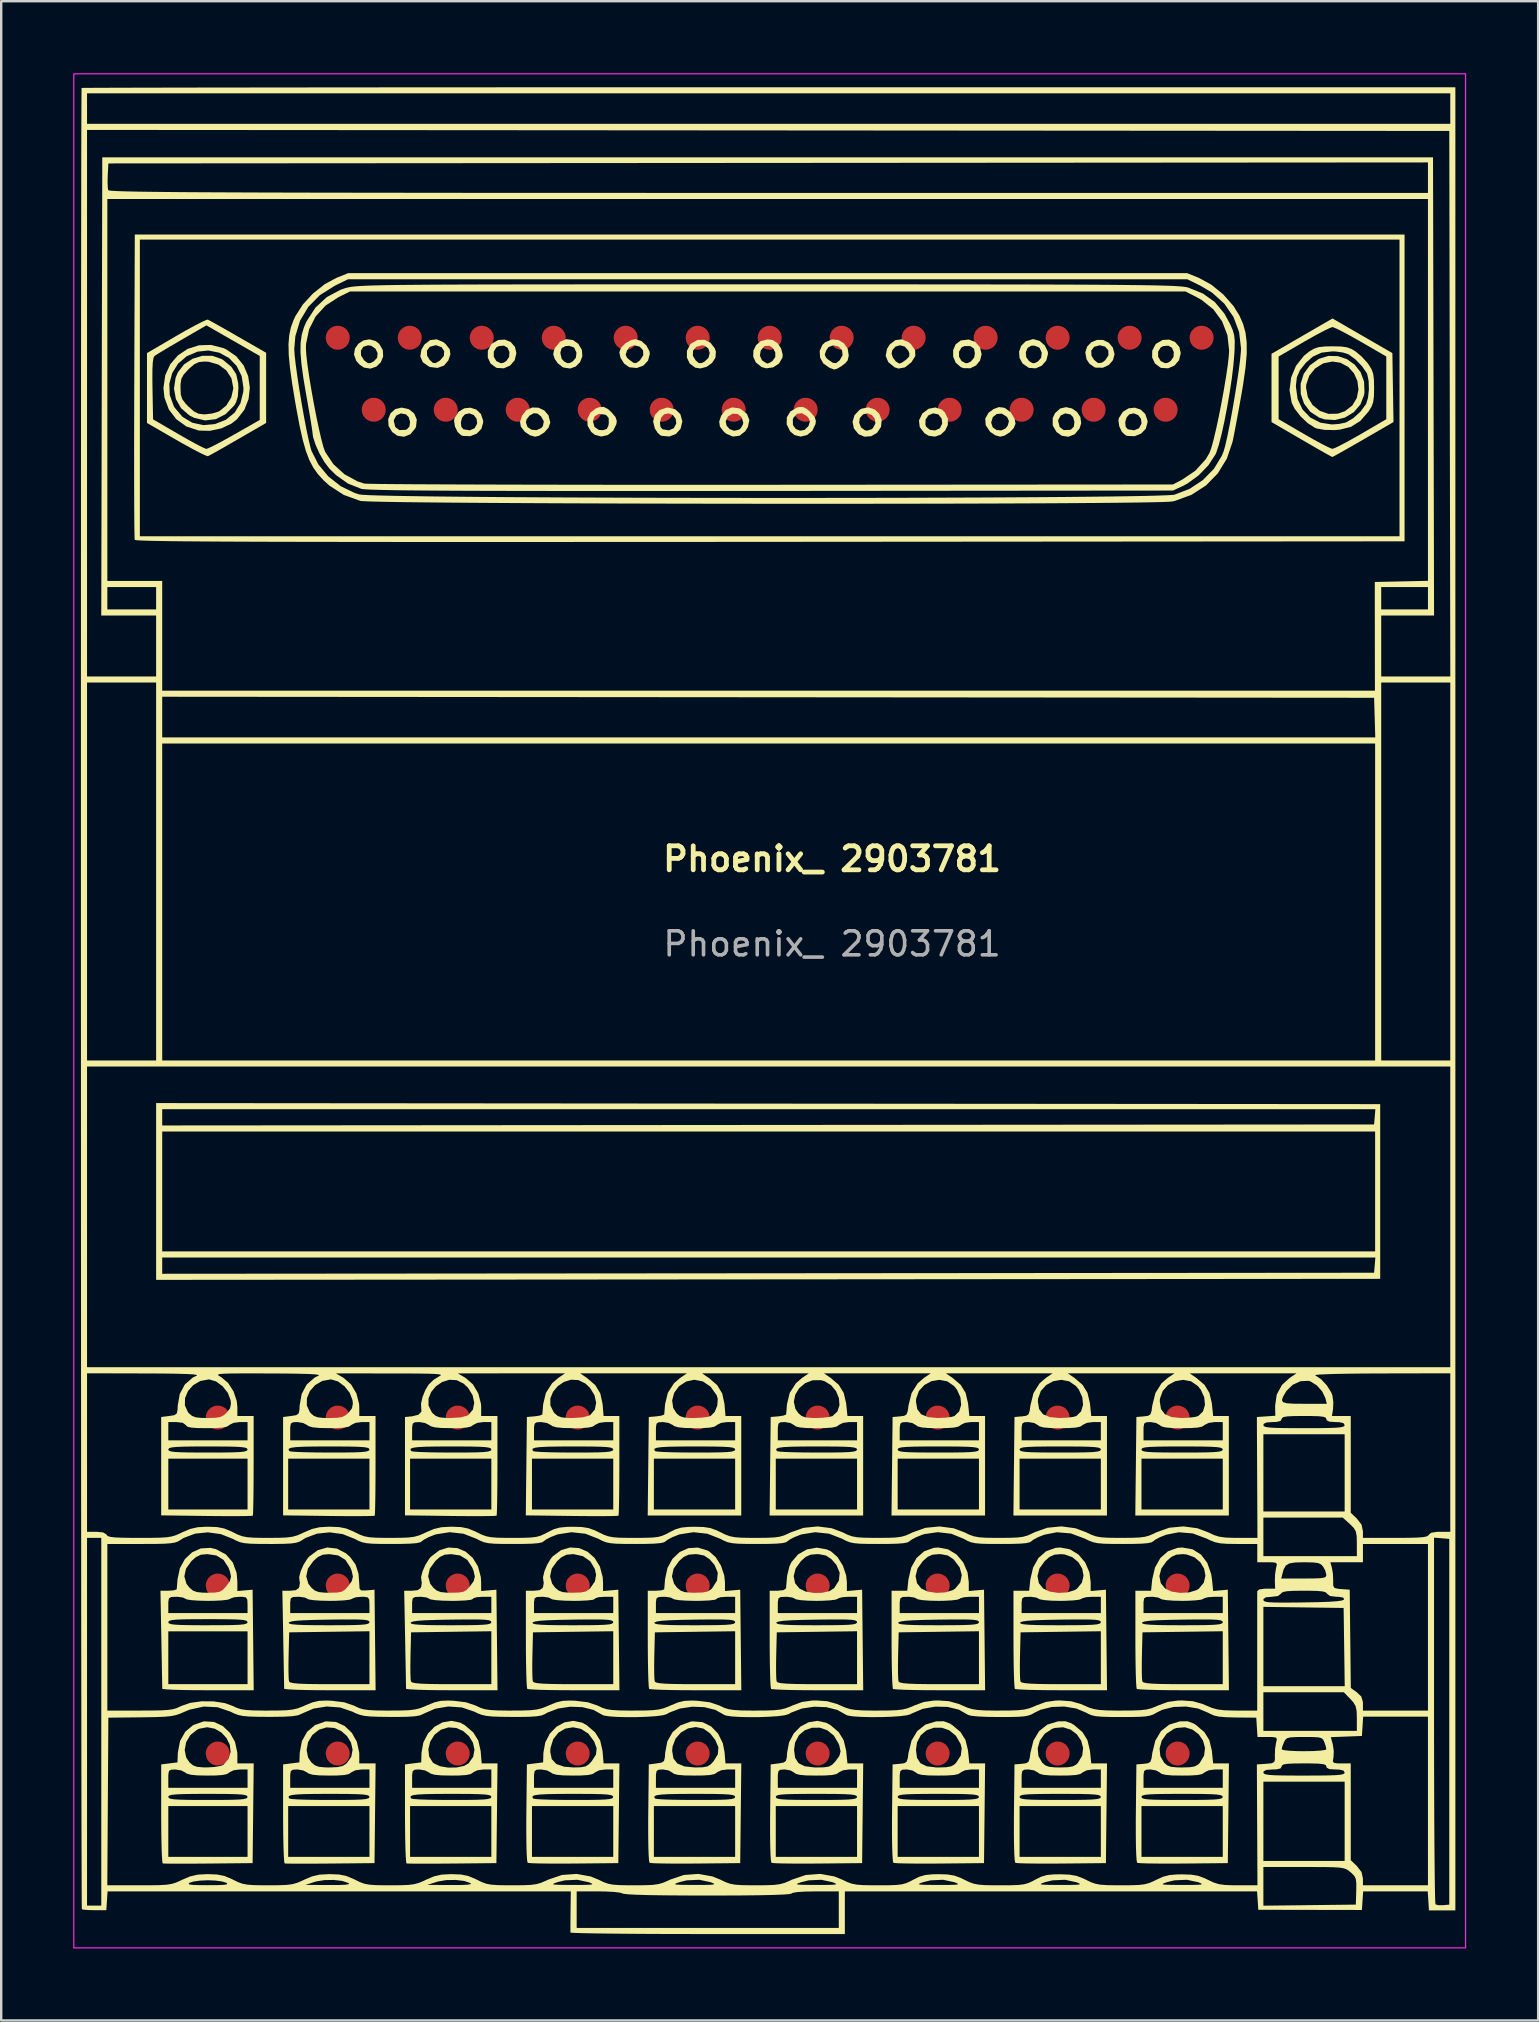
<source format=kicad_pcb>
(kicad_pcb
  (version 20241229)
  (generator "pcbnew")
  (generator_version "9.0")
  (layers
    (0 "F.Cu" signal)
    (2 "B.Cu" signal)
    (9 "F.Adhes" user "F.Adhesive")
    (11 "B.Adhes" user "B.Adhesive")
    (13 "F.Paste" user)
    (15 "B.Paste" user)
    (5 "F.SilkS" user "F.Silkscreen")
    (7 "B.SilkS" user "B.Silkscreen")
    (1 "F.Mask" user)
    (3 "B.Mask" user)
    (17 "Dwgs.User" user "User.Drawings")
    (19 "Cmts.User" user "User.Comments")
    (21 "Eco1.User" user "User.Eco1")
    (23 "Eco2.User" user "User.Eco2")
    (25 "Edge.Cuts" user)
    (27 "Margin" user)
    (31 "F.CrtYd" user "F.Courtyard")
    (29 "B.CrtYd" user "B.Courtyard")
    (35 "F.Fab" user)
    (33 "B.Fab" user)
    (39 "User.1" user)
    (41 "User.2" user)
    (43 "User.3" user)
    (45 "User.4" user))
  (footprint "Phoenix_ 2903781"
    (layer "F.Cu")
    (at 29.025 39.025)
    (property "Reference" "Phoenix_ 2903781" (at 2.6 -6.28 0) (unlocked yes) (layer "F.SilkS") (effects (font (size 1 1) (thickness 0.2) (bold yes))))
    (attr smd)
    (fp_poly (pts (xy -15.033 -25.021) (xy -14.813 -24.842) (xy -14.706 -24.589) (xy -14.737 -24.299) (xy -14.771 -24.22) (xy -14.975 -23.978) (xy -15.237 -23.874) (xy -15.514 -23.916) (xy -15.733 -24.072) (xy -15.883 -24.33) (xy -15.894 -24.525) (xy -15.663 -24.525) (xy -15.601 -24.278) (xy -15.431 -24.152) (xy -15.177 -24.162) (xy -15.12 -24.181) (xy -15.011 -24.3) (xy -14.986 -24.493) (xy -15.042 -24.689) (xy -15.155 -24.807) (xy -15.373 -24.847) (xy -15.56 -24.76) (xy -15.659 -24.577) (xy -15.663 -24.525) (xy -15.894 -24.525) (xy -15.899 -24.605) (xy -15.8 -24.852) (xy -15.601 -25.028) (xy -15.342 -25.09)) (stroke (width 0) (type solid)) (fill yes) (layer "F.SilkS"))
    (fp_poly (pts (xy 12.598 -25.053) (xy 12.807 -24.908) (xy 12.947 -24.696) (xy 12.982 -24.438) (xy 12.915 -24.22) (xy 12.711 -23.978) (xy 12.449 -23.874) (xy 12.172 -23.916) (xy 11.953 -24.072) (xy 11.795 -24.35) (xy 11.795 -24.525) (xy 12.023 -24.525) (xy 12.085 -24.278) (xy 12.255 -24.152) (xy 12.509 -24.162) (xy 12.566 -24.181) (xy 12.675 -24.3) (xy 12.7 -24.493) (xy 12.644 -24.689) (xy 12.531 -24.807) (xy 12.313 -24.847) (xy 12.126 -24.76) (xy 12.027 -24.577) (xy 12.023 -24.525) (xy 11.795 -24.525) (xy 11.795 -24.653) (xy 11.894 -24.863) (xy 12.106 -25.052) (xy 12.352 -25.108)) (stroke (width 0) (type solid)) (fill yes) (layer "F.SilkS"))
    (fp_poly (pts (xy 13.89 -27.908) (xy 14.13 -27.794) (xy 14.3 -27.591) (xy 14.372 -27.319) (xy 14.307 -27.067) (xy 14.134 -26.867) (xy 13.887 -26.751) (xy 13.594 -26.754) (xy 13.534 -26.772) (xy 13.331 -26.912) (xy 13.205 -27.101) (xy 13.153 -27.393) (xy 13.176 -27.465) (xy 13.401 -27.465) (xy 13.41 -27.253) (xy 13.517 -27.079) (xy 13.686 -26.944) (xy 13.845 -26.96) (xy 13.985 -27.064) (xy 14.119 -27.27) (xy 14.111 -27.475) (xy 13.98 -27.629) (xy 13.758 -27.686) (xy 13.523 -27.624) (xy 13.401 -27.465) (xy 13.176 -27.465) (xy 13.232 -27.635) (xy 13.405 -27.813) (xy 13.636 -27.909)) (stroke (width 0) (type solid)) (fill yes) (layer "F.SilkS"))
    (fp_poly (pts (xy -2.471 -27.795) (xy -2.287 -27.558) (xy -2.241 -27.423) (xy -2.259 -27.172) (xy -2.402 -26.949) (xy -2.629 -26.787) (xy -2.896 -26.72) (xy -3.106 -26.756) (xy -3.334 -26.927) (xy -3.451 -27.179) (xy -3.45 -27.248) (xy -3.201 -27.248) (xy -3.084 -27.057) (xy -2.955 -26.946) (xy -2.845 -26.943) (xy -2.714 -27.006) (xy -2.549 -27.165) (xy -2.499 -27.363) (xy -2.554 -27.548) (xy -2.708 -27.668) (xy -2.822 -27.686) (xy -3.061 -27.621) (xy -3.194 -27.459) (xy -3.201 -27.248) (xy -3.45 -27.248) (xy -3.447 -27.46) (xy -3.313 -27.717) (xy -3.275 -27.756) (xy -3.009 -27.908) (xy -2.726 -27.916)) (stroke (width 0) (type solid)) (fill yes) (layer "F.SilkS"))
    (fp_poly (pts (xy -1.266 -25.057) (xy -1.204 -25.029) (xy -0.946 -24.824) (xy -0.847 -24.568) (xy -0.909 -24.278) (xy -1.022 -24.099) (xy -1.259 -23.915) (xy -1.535 -23.882) (xy -1.813 -24.002) (xy -1.909 -24.084) (xy -2.074 -24.297) (xy -2.104 -24.507) (xy -2.099 -24.522) (xy -1.833 -24.522) (xy -1.796 -24.336) (xy -1.667 -24.192) (xy -1.484 -24.124) (xy -1.287 -24.167) (xy -1.202 -24.232) (xy -1.112 -24.395) (xy -1.102 -24.464) (xy -1.17 -24.692) (xy -1.335 -24.823) (xy -1.544 -24.838) (xy -1.742 -24.716) (xy -1.833 -24.522) (xy -2.099 -24.522) (xy -2.021 -24.755) (xy -1.832 -24.991) (xy -1.564 -25.097)) (stroke (width 0) (type solid)) (fill yes) (layer "F.SilkS"))
    (fp_poly (pts (xy 4.368 -25.018) (xy 4.564 -24.834) (xy 4.667 -24.58) (xy 4.641 -24.29) (xy 4.64 -24.287) (xy 4.476 -24.038) (xy 4.228 -23.896) (xy 3.946 -23.877) (xy 3.703 -23.982) (xy 3.508 -24.22) (xy 3.462 -24.454) (xy 3.731 -24.454) (xy 3.807 -24.264) (xy 3.968 -24.145) (xy 4.064 -24.13) (xy 4.242 -24.186) (xy 4.301 -24.232) (xy 4.404 -24.425) (xy 4.381 -24.623) (xy 4.262 -24.779) (xy 4.08 -24.85) (xy 3.895 -24.807) (xy 3.756 -24.655) (xy 3.731 -24.454) (xy 3.462 -24.454) (xy 3.454 -24.498) (xy 3.534 -24.771) (xy 3.743 -24.993) (xy 3.834 -25.045) (xy 4.112 -25.099)) (stroke (width 0) (type solid)) (fill yes) (layer "F.SilkS"))
    (fp_poly (pts (xy -16.421 -27.863) (xy -16.271 -27.744) (xy -16.122 -27.488) (xy -16.108 -27.221) (xy -16.205 -26.978) (xy -16.389 -26.797) (xy -16.637 -26.713) (xy -16.907 -26.756) (xy -17.093 -26.883) (xy -17.229 -27.037) (xy -17.324 -27.303) (xy -17.297 -27.464) (xy -17.035 -27.464) (xy -17.028 -27.26) (xy -16.902 -27.062) (xy -16.865 -27.03) (xy -16.742 -26.942) (xy -16.645 -26.942) (xy -16.504 -27.012) (xy -16.36 -27.163) (xy -16.339 -27.357) (xy -16.425 -27.54) (xy -16.599 -27.663) (xy -16.736 -27.686) (xy -16.935 -27.622) (xy -17.035 -27.464) (xy -17.297 -27.464) (xy -17.283 -27.549) (xy -17.139 -27.753) (xy -16.926 -27.889) (xy -16.675 -27.934)) (stroke (width 0) (type solid)) (fill yes) (layer "F.SilkS"))
    (fp_poly (pts (xy -13.596 -27.814) (xy -13.5 -27.732) (xy -13.335 -27.52) (xy -13.305 -27.31) (xy -13.389 -27.059) (xy -13.572 -26.84) (xy -13.842 -26.742) (xy -14.152 -26.78) (xy -14.196 -26.797) (xy -14.452 -26.976) (xy -14.56 -27.221) (xy -14.521 -27.465) (xy -14.285 -27.465) (xy -14.276 -27.253) (xy -14.169 -27.079) (xy -14.037 -26.954) (xy -13.923 -26.943) (xy -13.756 -27.041) (xy -13.735 -27.056) (xy -13.579 -27.241) (xy -13.563 -27.441) (xy -13.672 -27.606) (xy -13.889 -27.685) (xy -13.928 -27.686) (xy -14.163 -27.624) (xy -14.285 -27.465) (xy -14.521 -27.465) (xy -14.514 -27.506) (xy -14.387 -27.717) (xy -14.151 -27.901) (xy -13.874 -27.934)) (stroke (width 0) (type solid)) (fill yes) (layer "F.SilkS"))
    (fp_poly (pts (xy -12.225 -25.006) (xy -12.035 -24.825) (xy -11.942 -24.55) (xy -11.938 -24.474) (xy -12.013 -24.207) (xy -12.207 -24.006) (xy -12.476 -23.897) (xy -12.775 -23.908) (xy -12.85 -23.933) (xy -13.005 -24.071) (xy -13.116 -24.302) (xy -13.142 -24.478) (xy -12.869 -24.478) (xy -12.851 -24.291) (xy -12.764 -24.186) (xy -12.498 -24.141) (xy -12.295 -24.23) (xy -12.294 -24.232) (xy -12.19 -24.425) (xy -12.214 -24.623) (xy -12.332 -24.779) (xy -12.514 -24.85) (xy -12.7 -24.807) (xy -12.816 -24.674) (xy -12.869 -24.478) (xy -13.142 -24.478) (xy -13.153 -24.547) (xy -13.132 -24.658) (xy -12.963 -24.918) (xy -12.729 -25.059) (xy -12.469 -25.086)) (stroke (width 0) (type solid)) (fill yes) (layer "F.SilkS"))
    (fp_poly (pts (xy -10.79 -27.821) (xy -10.615 -27.618) (xy -10.555 -27.356) (xy -10.627 -27.062) (xy -10.816 -26.842) (xy -11.077 -26.726) (xy -11.367 -26.743) (xy -11.403 -26.756) (xy -11.632 -26.927) (xy -11.748 -27.179) (xy -11.745 -27.42) (xy -11.498 -27.42) (xy -11.497 -27.206) (xy -11.395 -27.035) (xy -11.367 -27.015) (xy -11.205 -26.938) (xy -11.086 -26.959) (xy -10.973 -27.034) (xy -10.858 -27.2) (xy -10.845 -27.405) (xy -10.923 -27.584) (xy -11.075 -27.671) (xy -11.282 -27.652) (xy -11.392 -27.597) (xy -11.498 -27.42) (xy -11.745 -27.42) (xy -11.744 -27.46) (xy -11.611 -27.717) (xy -11.573 -27.756) (xy -11.312 -27.907) (xy -11.037 -27.923)) (stroke (width 0) (type solid)) (fill yes) (layer "F.SilkS"))
    (fp_poly (pts (xy 7.167 -25.012) (xy 7.295 -24.897) (xy 7.427 -24.63) (xy 7.424 -24.366) (xy 7.315 -24.134) (xy 7.126 -23.962) (xy 6.888 -23.879) (xy 6.626 -23.915) (xy 6.448 -24.024) (xy 6.253 -24.277) (xy 6.242 -24.374) (xy 6.49 -24.374) (xy 6.523 -24.293) (xy 6.675 -24.163) (xy 6.889 -24.136) (xy 7.084 -24.221) (xy 7.095 -24.232) (xy 7.189 -24.424) (xy 7.166 -24.64) (xy 7.038 -24.801) (xy 7.027 -24.807) (xy 6.805 -24.85) (xy 6.615 -24.764) (xy 6.496 -24.592) (xy 6.49 -24.374) (xy 6.242 -24.374) (xy 6.221 -24.553) (xy 6.355 -24.83) (xy 6.373 -24.852) (xy 6.624 -25.041) (xy 6.904 -25.095)) (stroke (width 0) (type solid)) (fill yes) (layer "F.SilkS"))
    (fp_poly (pts (xy 15.461 -25.006) (xy 15.651 -24.825) (xy 15.744 -24.55) (xy 15.748 -24.474) (xy 15.673 -24.207) (xy 15.479 -24.006) (xy 15.21 -23.897) (xy 14.911 -23.908) (xy 14.836 -23.933) (xy 14.681 -24.071) (xy 14.57 -24.302) (xy 14.544 -24.478) (xy 14.817 -24.478) (xy 14.835 -24.291) (xy 14.922 -24.186) (xy 15.188 -24.141) (xy 15.391 -24.23) (xy 15.392 -24.232) (xy 15.496 -24.425) (xy 15.472 -24.623) (xy 15.354 -24.779) (xy 15.172 -24.85) (xy 14.986 -24.807) (xy 14.87 -24.674) (xy 14.817 -24.478) (xy 14.544 -24.478) (xy 14.533 -24.547) (xy 14.554 -24.658) (xy 14.723 -24.918) (xy 14.957 -25.059) (xy 15.217 -25.086)) (stroke (width 0) (type solid)) (fill yes) (layer "F.SilkS"))
    (fp_poly (pts (xy 16.896 -27.821) (xy 17.071 -27.618) (xy 17.131 -27.356) (xy 17.059 -27.062) (xy 16.87 -26.842) (xy 16.609 -26.726) (xy 16.319 -26.743) (xy 16.283 -26.756) (xy 16.054 -26.927) (xy 15.938 -27.179) (xy 15.941 -27.42) (xy 16.188 -27.42) (xy 16.189 -27.206) (xy 16.291 -27.035) (xy 16.32 -27.015) (xy 16.481 -26.938) (xy 16.6 -26.959) (xy 16.713 -27.034) (xy 16.828 -27.2) (xy 16.841 -27.405) (xy 16.763 -27.584) (xy 16.611 -27.671) (xy 16.404 -27.652) (xy 16.294 -27.597) (xy 16.188 -27.42) (xy 15.941 -27.42) (xy 15.942 -27.46) (xy 16.075 -27.717) (xy 16.113 -27.756) (xy 16.374 -27.907) (xy 16.649 -27.923)) (stroke (width 0) (type solid)) (fill yes) (layer "F.SilkS"))
    (fp_poly (pts (xy -9.637 -25.085) (xy -9.397 -24.973) (xy -9.219 -24.768) (xy -9.144 -24.48) (xy -9.144 -24.458) (xy -9.216 -24.252) (xy -9.393 -24.053) (xy -9.618 -23.912) (xy -9.779 -23.876) (xy -9.99 -23.935) (xy -10.199 -24.077) (xy -10.206 -24.084) (xy -10.372 -24.297) (xy -10.397 -24.472) (xy -10.16 -24.472) (xy -10.092 -24.28) (xy -9.926 -24.168) (xy -9.717 -24.149) (xy -9.523 -24.235) (xy -9.449 -24.32) (xy -9.413 -24.52) (xy -9.528 -24.724) (xy -9.674 -24.84) (xy -9.832 -24.855) (xy -10.004 -24.759) (xy -10.13 -24.598) (xy -10.16 -24.472) (xy -10.397 -24.472) (xy -10.402 -24.507) (xy -10.318 -24.755) (xy -10.139 -24.986) (xy -9.898 -25.093)) (stroke (width 0) (type solid)) (fill yes) (layer "F.SilkS"))
    (fp_poly (pts (xy -6.746 -25.033) (xy -6.597 -24.899) (xy -6.428 -24.7) (xy -6.372 -24.536) (xy -6.387 -24.403) (xy -6.524 -24.121) (xy -6.749 -23.943) (xy -7.018 -23.883) (xy -7.288 -23.956) (xy -7.436 -24.072) (xy -7.589 -24.339) (xy -7.594 -24.525) (xy -7.366 -24.525) (xy -7.3 -24.283) (xy -7.117 -24.157) (xy -6.943 -24.148) (xy -6.788 -24.2) (xy -6.719 -24.345) (xy -6.704 -24.448) (xy -6.71 -24.655) (xy -6.801 -24.765) (xy -6.874 -24.798) (xy -7.115 -24.825) (xy -7.294 -24.728) (xy -7.366 -24.532) (xy -7.366 -24.525) (xy -7.594 -24.525) (xy -7.597 -24.621) (xy -7.474 -24.876) (xy -7.235 -25.06) (xy -7.093 -25.109) (xy -6.914 -25.118)) (stroke (width 0) (type solid)) (fill yes) (layer "F.SilkS"))
    (fp_poly (pts (xy -5.351 -27.865) (xy -5.137 -27.679) (xy -5.01 -27.436) (xy -4.995 -27.33) (xy -5.069 -27.047) (xy -5.263 -26.84) (xy -5.537 -26.739) (xy -5.847 -26.769) (xy -5.851 -26.771) (xy -6.064 -26.92) (xy -6.218 -27.167) (xy -6.243 -27.291) (xy -6.001 -27.291) (xy -5.945 -27.167) (xy -5.851 -27.083) (xy -5.682 -26.959) (xy -5.571 -26.941) (xy -5.446 -27.027) (xy -5.404 -27.064) (xy -5.268 -27.272) (xy -5.277 -27.476) (xy -5.415 -27.629) (xy -5.649 -27.686) (xy -5.848 -27.608) (xy -5.947 -27.464) (xy -6.001 -27.291) (xy -6.243 -27.291) (xy -6.265 -27.397) (xy -6.193 -27.584) (xy -6.013 -27.767) (xy -5.783 -27.9) (xy -5.598 -27.94)) (stroke (width 0) (type solid)) (fill yes) (layer "F.SilkS"))
    (fp_poly (pts (xy -3.93 -25.016) (xy -3.723 -24.817) (xy -3.641 -24.521) (xy -3.641 -24.501) (xy -3.714 -24.205) (xy -3.906 -23.991) (xy -4.179 -23.885) (xy -4.493 -23.912) (xy -4.553 -23.933) (xy -4.665 -24.034) (xy -4.784 -24.216) (xy -4.785 -24.218) (xy -4.849 -24.478) (xy -4.572 -24.478) (xy -4.554 -24.291) (xy -4.466 -24.186) (xy -4.201 -24.141) (xy -3.998 -24.23) (xy -3.996 -24.232) (xy -3.893 -24.425) (xy -3.917 -24.623) (xy -4.035 -24.779) (xy -4.217 -24.85) (xy -4.403 -24.807) (xy -4.519 -24.674) (xy -4.572 -24.478) (xy -4.849 -24.478) (xy -4.857 -24.512) (xy -4.785 -24.781) (xy -4.594 -24.985) (xy -4.309 -25.085) (xy -4.23 -25.09)) (stroke (width 0) (type solid)) (fill yes) (layer "F.SilkS"))
    (fp_poly (pts (xy 0.12 -27.907) (xy 0.322 -27.78) (xy 0.476 -27.553) (xy 0.543 -27.295) (xy 0.531 -27.171) (xy 0.388 -26.924) (xy 0.145 -26.767) (xy -0.14 -26.725) (xy -0.337 -26.779) (xy -0.578 -26.972) (xy -0.687 -27.213) (xy -0.685 -27.253) (xy -0.407 -27.253) (xy -0.324 -27.066) (xy -0.288 -27.035) (xy -0.146 -26.946) (xy -0.085 -26.924) (xy 0.018 -26.968) (xy 0.119 -27.035) (xy 0.233 -27.196) (xy 0.233 -27.386) (xy 0.146 -27.557) (xy -0.001 -27.664) (xy -0.182 -27.661) (xy -0.233 -27.635) (xy -0.374 -27.466) (xy -0.407 -27.253) (xy -0.685 -27.253) (xy -0.678 -27.466) (xy -0.566 -27.694) (xy -0.366 -27.861) (xy -0.092 -27.931)) (stroke (width 0) (type solid)) (fill yes) (layer "F.SilkS"))
    (fp_poly (pts (xy 1.551 -25.033) (xy 1.7 -24.899) (xy 1.87 -24.7) (xy 1.926 -24.536) (xy 1.91 -24.403) (xy 1.775 -24.122) (xy 1.556 -23.944) (xy 1.294 -23.881) (xy 1.033 -23.945) (xy 0.853 -24.099) (xy 0.708 -24.395) (xy 0.713 -24.589) (xy 0.964 -24.589) (xy 0.971 -24.359) (xy 1.087 -24.199) (xy 1.265 -24.127) (xy 1.456 -24.16) (xy 1.611 -24.315) (xy 1.626 -24.345) (xy 1.678 -24.524) (xy 1.614 -24.665) (xy 1.549 -24.735) (xy 1.339 -24.856) (xy 1.137 -24.829) (xy 0.991 -24.666) (xy 0.964 -24.589) (xy 0.713 -24.589) (xy 0.716 -24.685) (xy 0.864 -24.929) (xy 1.139 -25.091) (xy 1.204 -25.109) (xy 1.383 -25.118)) (stroke (width 0) (type solid)) (fill yes) (layer "F.SilkS"))
    (fp_poly (pts (xy 5.793 -27.814) (xy 5.888 -27.732) (xy 6.062 -27.483) (xy 6.068 -27.238) (xy 5.908 -26.98) (xy 5.905 -26.978) (xy 5.636 -26.764) (xy 5.368 -26.715) (xy 5.207 -26.768) (xy 4.941 -26.985) (xy 4.834 -27.247) (xy 4.851 -27.336) (xy 5.08 -27.336) (xy 5.135 -27.17) (xy 5.261 -27.009) (xy 5.399 -26.925) (xy 5.415 -26.924) (xy 5.525 -26.972) (xy 5.681 -27.083) (xy 5.814 -27.218) (xy 5.822 -27.352) (xy 5.777 -27.464) (xy 5.629 -27.633) (xy 5.432 -27.686) (xy 5.24 -27.631) (xy 5.108 -27.48) (xy 5.08 -27.336) (xy 4.851 -27.336) (xy 4.89 -27.539) (xy 5.001 -27.717) (xy 5.238 -27.901) (xy 5.514 -27.934)) (stroke (width 0) (type solid)) (fill yes) (layer "F.SilkS"))
    (fp_poly (pts (xy 8.575 -27.821) (xy 8.761 -27.605) (xy 8.832 -27.317) (xy 8.768 -27.053) (xy 8.6 -26.846) (xy 8.361 -26.728) (xy 8.081 -26.733) (xy 7.96 -26.779) (xy 7.751 -26.962) (xy 7.649 -27.207) (xy 7.891 -27.207) (xy 7.992 -27.036) (xy 8.022 -27.015) (xy 8.16 -26.942) (xy 8.256 -26.945) (xy 8.388 -27.012) (xy 8.523 -27.176) (xy 8.551 -27.349) (xy 8.516 -27.544) (xy 8.384 -27.639) (xy 8.339 -27.652) (xy 8.119 -27.654) (xy 8 -27.6) (xy 7.892 -27.422) (xy 7.891 -27.207) (xy 7.649 -27.207) (xy 7.647 -27.214) (xy 7.646 -27.485) (xy 7.749 -27.724) (xy 7.955 -27.882) (xy 7.969 -27.887) (xy 8.294 -27.927)) (stroke (width 0) (type solid)) (fill yes) (layer "F.SilkS"))
    (fp_poly (pts (xy 9.759 -25.085) (xy 9.819 -25.062) (xy 10.053 -24.885) (xy 10.209 -24.617) (xy 10.245 -24.419) (xy 10.174 -24.241) (xy 10.002 -24.058) (xy 9.785 -23.921) (xy 9.61 -23.876) (xy 9.399 -23.935) (xy 9.19 -24.077) (xy 9.182 -24.084) (xy 9.002 -24.357) (xy 8.995 -24.464) (xy 9.23 -24.464) (xy 9.294 -24.267) (xy 9.454 -24.155) (xy 9.654 -24.138) (xy 9.838 -24.226) (xy 9.921 -24.341) (xy 9.972 -24.527) (xy 9.902 -24.679) (xy 9.87 -24.716) (xy 9.669 -24.838) (xy 9.461 -24.823) (xy 9.297 -24.69) (xy 9.23 -24.464) (xy 8.995 -24.464) (xy 8.983 -24.631) (xy 9.123 -24.877) (xy 9.332 -25.029) (xy 9.556 -25.111)) (stroke (width 0) (type solid)) (fill yes) (layer "F.SilkS"))
    (fp_poly (pts (xy 11.255 -27.865) (xy 11.468 -27.675) (xy 11.589 -27.425) (xy 11.599 -27.33) (xy 11.527 -27.051) (xy 11.342 -26.838) (xy 11.088 -26.725) (xy 10.812 -26.744) (xy 10.792 -26.751) (xy 10.541 -26.924) (xy 10.41 -27.161) (xy 10.395 -27.396) (xy 10.674 -27.396) (xy 10.691 -27.191) (xy 10.804 -27.034) (xy 10.94 -26.944) (xy 11.04 -26.942) (xy 11.182 -27.012) (xy 11.312 -27.164) (xy 11.338 -27.376) (xy 11.253 -27.568) (xy 11.223 -27.597) (xy 11.045 -27.668) (xy 10.905 -27.671) (xy 10.749 -27.578) (xy 10.674 -27.396) (xy 10.395 -27.396) (xy 10.393 -27.423) (xy 10.482 -27.667) (xy 10.67 -27.852) (xy 10.95 -27.938) (xy 11.001 -27.94)) (stroke (width 0) (type solid)) (fill yes) (layer "F.SilkS"))
    (fp_poly (pts (xy -8.196 -27.903) (xy -7.973 -27.744) (xy -7.825 -27.49) (xy -7.808 -27.225) (xy -7.901 -26.985) (xy -8.078 -26.804) (xy -8.316 -26.717) (xy -8.59 -26.759) (xy -8.636 -26.78) (xy -8.832 -26.938) (xy -8.957 -27.115) (xy -9.021 -27.31) (xy -9.013 -27.35) (xy -8.721 -27.35) (xy -8.669 -27.126) (xy -8.572 -27.015) (xy -8.435 -26.942) (xy -8.339 -26.945) (xy -8.207 -27.012) (xy -8.077 -27.164) (xy -8.052 -27.376) (xy -8.137 -27.57) (xy -8.169 -27.6) (xy -8.352 -27.664) (xy -8.508 -27.652) (xy -8.667 -27.57) (xy -8.719 -27.401) (xy -8.721 -27.35) (xy -9.013 -27.35) (xy -8.985 -27.492) (xy -8.939 -27.589) (xy -8.735 -27.835) (xy -8.474 -27.942)) (stroke (width 0) (type solid)) (fill yes) (layer "F.SilkS"))
    (fp_poly (pts (xy 2.871 -27.904) (xy 3.1 -27.764) (xy 3.253 -27.539) (xy 3.295 -27.255) (xy 3.249 -27.055) (xy 3.157 -26.945) (xy 2.989 -26.815) (xy 2.811 -26.71) (xy 2.692 -26.675) (xy 2.604 -26.707) (xy 2.481 -26.755) (xy 2.235 -26.929) (xy 2.1 -27.177) (xy 2.094 -27.291) (xy 2.296 -27.291) (xy 2.353 -27.167) (xy 2.447 -27.083) (xy 2.634 -26.954) (xy 2.767 -26.943) (xy 2.906 -27.049) (xy 2.915 -27.057) (xy 3.038 -27.271) (xy 3.016 -27.479) (xy 2.871 -27.633) (xy 2.648 -27.686) (xy 2.449 -27.608) (xy 2.351 -27.464) (xy 2.296 -27.291) (xy 2.094 -27.291) (xy 2.084 -27.451) (xy 2.195 -27.702) (xy 2.315 -27.815) (xy 2.598 -27.93)) (stroke (width 0) (type solid)) (fill yes) (layer "F.SilkS"))
    (fp_poly (pts (xy -0.064 3.916) (xy 25.442 3.937) (xy 25.442 7.578) (xy 25.442 11.218) (xy -0.064 11.24) (xy -25.569 11.261) (xy -25.569 10.668) (xy -25.315 10.668) (xy -25.315 11.007) (xy -0.064 10.986) (xy 25.188 10.964) (xy 25.215 10.647) (xy 25.241 10.329) (xy -0.037 10.329) (xy -25.315 10.329) (xy -25.315 10.668) (xy -25.569 10.668) (xy -25.569 7.578) (xy -25.315 7.578) (xy -25.315 10.075) (xy -0.042 10.075) (xy 25.231 10.075) (xy 25.231 7.578) (xy 25.231 5.08) (xy -0.042 5.08) (xy -25.315 5.08) (xy -25.315 7.578) (xy -25.569 7.578) (xy -25.569 4.487) (xy -25.315 4.487) (xy -25.315 4.826) (xy -0.064 4.805) (xy 25.188 4.784) (xy 25.215 4.466) (xy 25.241 4.149) (xy -0.037 4.149) (xy -25.315 4.149) (xy -25.315 4.487) (xy -25.569 4.487) (xy -25.569 3.894)) (stroke (width 0) (type solid)) (fill yes) (layer "F.SilkS"))
    (fp_poly (pts (xy 23.679 -27.234) (xy 24.055 -27.108) (xy 24.379 -26.879) (xy 24.627 -26.561) (xy 24.771 -26.169) (xy 24.787 -25.716) (xy 24.771 -25.614) (xy 24.617 -25.216) (xy 24.34 -24.897) (xy 23.976 -24.676) (xy 23.56 -24.571) (xy 23.125 -24.598) (xy 22.898 -24.672) (xy 22.525 -24.918) (xy 22.267 -25.258) (xy 22.132 -25.657) (xy 22.128 -25.925) (xy 22.352 -25.925) (xy 22.427 -25.521) (xy 22.629 -25.191) (xy 22.927 -24.953) (xy 23.288 -24.828) (xy 23.679 -24.836) (xy 23.969 -24.938) (xy 24.282 -25.18) (xy 24.468 -25.492) (xy 24.536 -25.841) (xy 24.493 -26.195) (xy 24.348 -26.521) (xy 24.108 -26.786) (xy 23.783 -26.959) (xy 23.453 -27.009) (xy 23.066 -26.931) (xy 22.732 -26.722) (xy 22.485 -26.417) (xy 22.361 -26.048) (xy 22.352 -25.925) (xy 22.128 -25.925) (xy 22.126 -26.08) (xy 22.254 -26.493) (xy 22.511 -26.849) (xy 22.882 -27.119) (xy 23.28 -27.243)) (stroke (width 0) (type solid)) (fill yes) (layer "F.SilkS"))
    (fp_poly (pts (xy -22.762 -27.568) (xy -22.653 -27.519) (xy -22.23 -27.23) (xy -21.922 -26.847) (xy -21.733 -26.401) (xy -21.663 -25.924) (xy -21.716 -25.445) (xy -21.893 -24.995) (xy -22.197 -24.605) (xy -22.429 -24.421) (xy -22.849 -24.224) (xy -23.331 -24.121) (xy -23.79 -24.132) (xy -23.791 -24.132) (xy -24.305 -24.302) (xy -24.727 -24.603) (xy -25.039 -25.011) (xy -25.222 -25.505) (xy -25.264 -25.908) (xy -25.239 -26.081) (xy -25.019 -26.081) (xy -25.001 -25.613) (xy -24.834 -25.152) (xy -24.794 -25.084) (xy -24.47 -24.704) (xy -24.064 -24.46) (xy -23.603 -24.358) (xy -23.112 -24.405) (xy -22.661 -24.584) (xy -22.3 -24.875) (xy -22.053 -25.274) (xy -21.936 -25.751) (xy -21.929 -25.908) (xy -22.004 -26.402) (xy -22.214 -26.825) (xy -22.533 -27.157) (xy -22.936 -27.378) (xy -23.397 -27.469) (xy -23.842 -27.421) (xy -24.299 -27.227) (xy -24.655 -26.919) (xy -24.899 -26.527) (xy -25.019 -26.081) (xy -25.239 -26.081) (xy -25.188 -26.44) (xy -24.978 -26.899) (xy -24.657 -27.269) (xy -24.251 -27.537) (xy -23.783 -27.686) (xy -23.279 -27.701)) (stroke (width 0) (type solid)) (fill yes) (layer "F.SilkS"))
    (fp_poly (pts (xy 24.702 -28.082) (xy 25.95 -27.36) (xy 25.973 -25.923) (xy 25.997 -24.487) (xy 24.738 -23.758) (xy 24.324 -23.52) (xy 23.964 -23.314) (xy 23.681 -23.155) (xy 23.5 -23.057) (xy 23.445 -23.031) (xy 23.364 -23.072) (xy 23.162 -23.184) (xy 22.862 -23.355) (xy 22.49 -23.569) (xy 22.162 -23.759) (xy 20.913 -24.485) (xy 20.913 -25.908) (xy 20.913 -27.218) (xy 21.209 -27.218) (xy 21.209 -25.912) (xy 21.209 -24.605) (xy 22.267 -23.988) (xy 22.654 -23.767) (xy 22.995 -23.582) (xy 23.262 -23.446) (xy 23.425 -23.377) (xy 23.453 -23.371) (xy 23.568 -23.411) (xy 23.799 -23.524) (xy 24.116 -23.693) (xy 24.489 -23.902) (xy 24.638 -23.988) (xy 25.696 -24.605) (xy 25.696 -25.912) (xy 25.696 -27.218) (xy 24.638 -27.832) (xy 24.251 -28.051) (xy 23.909 -28.236) (xy 23.643 -28.37) (xy 23.48 -28.439) (xy 23.453 -28.445) (xy 23.337 -28.404) (xy 23.106 -28.292) (xy 22.788 -28.125) (xy 22.415 -27.916) (xy 22.267 -27.832) (xy 21.209 -27.218) (xy 20.913 -27.218) (xy 20.913 -27.332) (xy 22.183 -28.067) (xy 23.454 -28.803)) (stroke (width 0) (type solid)) (fill yes) (layer "F.SilkS"))
    (fp_poly (pts (xy 26.458 -25.908) (xy 26.458 -19.516) (xy 0.019 -19.494) (xy -2.577 -19.492) (xy -5.007 -19.491) (xy -7.278 -19.49) (xy -9.394 -19.489) (xy -11.359 -19.488) (xy -13.179 -19.489) (xy -14.858 -19.489) (xy -16.401 -19.49) (xy -17.812 -19.492) (xy -19.097 -19.494) (xy -20.26 -19.496) (xy -21.307 -19.499) (xy -22.24 -19.503) (xy -23.067 -19.507) (xy -23.79 -19.512) (xy -24.416 -19.517) (xy -24.948 -19.523) (xy -25.391 -19.53) (xy -25.751 -19.537) (xy -26.032 -19.545) (xy -26.238 -19.553) (xy -26.375 -19.562) (xy -26.447 -19.572) (xy -26.462 -19.579) (xy -26.468 -19.679) (xy -26.473 -19.935) (xy -26.478 -20.333) (xy -26.481 -20.86) (xy -26.484 -21.503) (xy -26.485 -22.248) (xy -26.486 -23.082) (xy -26.485 -23.991) (xy -26.483 -24.963) (xy -26.48 -25.908) (xy -26.247 -25.908) (xy -26.247 -19.727) (xy 0 -19.727) (xy 26.247 -19.727) (xy 26.247 -25.908) (xy 26.247 -32.089) (xy 0 -32.089) (xy -26.247 -32.089) (xy -26.247 -25.908) (xy -26.48 -25.908) (xy -26.48 -25.982) (xy -26.48 -25.993) (xy -26.458 -32.3) (xy 0 -32.3) (xy 26.458 -32.3)) (stroke (width 0) (type solid)) (fill yes) (layer "F.SilkS"))
    (fp_poly (pts (xy -22.84 -27.113) (xy -22.774 -27.072) (xy -22.433 -26.789) (xy -22.232 -26.482) (xy -22.148 -26.102) (xy -22.14 -25.908) (xy -22.163 -25.552) (xy -22.24 -25.299) (xy -22.317 -25.173) (xy -22.673 -24.815) (xy -23.084 -24.607) (xy -23.527 -24.554) (xy -23.981 -24.661) (xy -24.183 -24.764) (xy -24.529 -25.063) (xy -24.746 -25.447) (xy -24.825 -25.882) (xy -24.821 -25.908) (xy -24.553 -25.908) (xy -24.541 -25.633) (xy -24.48 -25.441) (xy -24.341 -25.256) (xy -24.225 -25.136) (xy -24.001 -24.935) (xy -23.811 -24.837) (xy -23.586 -24.808) (xy -23.543 -24.807) (xy -23.247 -24.84) (xy -22.974 -24.921) (xy -22.937 -24.938) (xy -22.645 -25.175) (xy -22.438 -25.511) (xy -22.353 -25.883) (xy -22.353 -25.908) (xy -22.43 -26.309) (xy -22.644 -26.641) (xy -22.969 -26.879) (xy -23.379 -26.999) (xy -23.543 -27.009) (xy -23.78 -26.987) (xy -23.971 -26.902) (xy -24.185 -26.719) (xy -24.225 -26.68) (xy -24.419 -26.468) (xy -24.517 -26.289) (xy -24.551 -26.067) (xy -24.553 -25.908) (xy -24.821 -25.908) (xy -24.757 -26.334) (xy -24.663 -26.558) (xy -24.405 -26.891) (xy -24.052 -27.124) (xy -23.644 -27.247) (xy -23.226 -27.247)) (stroke (width 0) (type solid)) (fill yes) (layer "F.SilkS"))
    (fp_poly (pts (xy -23.314 -28.703) (xy -23.094 -28.581) (xy -22.781 -28.405) (xy -22.403 -28.19) (xy -22.155 -28.047) (xy -20.984 -27.374) (xy -20.984 -25.912) (xy -20.984 -24.45) (xy -22.155 -23.772) (xy -22.558 -23.54) (xy -22.912 -23.338) (xy -23.191 -23.181) (xy -23.366 -23.086) (xy -23.41 -23.064) (xy -23.508 -23.094) (xy -23.726 -23.196) (xy -24.038 -23.359) (xy -24.417 -23.567) (xy -24.723 -23.74) (xy -25.95 -24.448) (xy -25.95 -25.904) (xy -25.95 -26.252) (xy -25.725 -26.252) (xy -25.72 -25.877) (xy -25.696 -24.599) (xy -24.64 -23.984) (xy -24.255 -23.764) (xy -23.918 -23.579) (xy -23.656 -23.444) (xy -23.5 -23.374) (xy -23.475 -23.368) (xy -23.366 -23.408) (xy -23.14 -23.518) (xy -22.827 -23.683) (xy -22.455 -23.888) (xy -22.309 -23.971) (xy -21.251 -24.574) (xy -21.251 -25.907) (xy -21.251 -27.241) (xy -22.362 -27.878) (xy -23.473 -28.516) (xy -24.5 -27.921) (xy -24.881 -27.699) (xy -25.214 -27.501) (xy -25.469 -27.347) (xy -25.617 -27.253) (xy -25.635 -27.24) (xy -25.679 -27.157) (xy -25.708 -26.978) (xy -25.723 -26.683) (xy -25.725 -26.252) (xy -25.95 -26.252) (xy -25.95 -27.361) (xy -24.727 -28.076) (xy -24.316 -28.312) (xy -23.952 -28.51) (xy -23.663 -28.658) (xy -23.474 -28.743) (xy -23.414 -28.756)) (stroke (width 0) (type solid)) (fill yes) (layer "F.SilkS"))
    (fp_poly (pts (xy 23.812 -27.635) (xy 24.06 -27.601) (xy 24.255 -27.527) (xy 24.413 -27.432) (xy 24.665 -27.221) (xy 24.904 -26.96) (xy 24.957 -26.889) (xy 25.079 -26.693) (xy 25.149 -26.503) (xy 25.181 -26.261) (xy 25.188 -25.908) (xy 25.188 -25.908) (xy 25.181 -25.555) (xy 25.149 -25.313) (xy 25.079 -25.123) (xy 24.957 -24.927) (xy 24.957 -24.927) (xy 24.615 -24.534) (xy 24.228 -24.288) (xy 23.755 -24.169) (xy 23.547 -24.152) (xy 23.127 -24.16) (xy 22.801 -24.218) (xy 22.725 -24.246) (xy 22.423 -24.44) (xy 22.122 -24.725) (xy 21.876 -25.044) (xy 21.753 -25.291) (xy 21.665 -25.816) (xy 21.683 -25.961) (xy 21.929 -25.961) (xy 22.001 -25.443) (xy 22.208 -25.008) (xy 22.53 -24.674) (xy 22.95 -24.461) (xy 23.426 -24.387) (xy 23.717 -24.407) (xy 23.981 -24.461) (xy 24.019 -24.474) (xy 24.324 -24.651) (xy 24.623 -24.924) (xy 24.848 -25.231) (xy 24.857 -25.248) (xy 24.936 -25.507) (xy 24.972 -25.848) (xy 24.961 -26.196) (xy 24.904 -26.476) (xy 24.882 -26.527) (xy 24.682 -26.817) (xy 24.407 -27.101) (xy 24.126 -27.305) (xy 24.113 -27.313) (xy 23.891 -27.384) (xy 23.593 -27.426) (xy 23.453 -27.432) (xy 22.998 -27.38) (xy 22.628 -27.208) (xy 22.341 -26.953) (xy 22.096 -26.645) (xy 21.969 -26.352) (xy 21.929 -26.002) (xy 21.929 -25.961) (xy 21.683 -25.961) (xy 21.729 -26.341) (xy 21.933 -26.831) (xy 22.264 -27.249) (xy 22.493 -27.432) (xy 22.687 -27.545) (xy 22.887 -27.61) (xy 23.153 -27.638) (xy 23.453 -27.644)) (stroke (width 0) (type solid)) (fill yes) (layer "F.SilkS"))
    (fp_poly (pts (xy -12.897 29.713) (xy -12.708 29.816) (xy -12.356 30.117) (xy -12.144 30.457) (xy -12.046 30.885) (xy -12.041 30.942) (xy -12.002 31.411) (xy -11.672 31.411) (xy -11.342 31.411) (xy -11.365 33.489) (xy -11.388 35.567) (xy -13.229 35.585) (xy -13.772 35.589) (xy -14.257 35.591) (xy -14.659 35.59) (xy -14.953 35.588) (xy -15.113 35.583) (xy -15.134 35.581) (xy -15.152 35.494) (xy -15.168 35.261) (xy -15.181 34.905) (xy -15.191 34.45) (xy -15.193 34.248) (xy -14.986 34.248) (xy -14.986 35.306) (xy -13.293 35.306) (xy -11.599 35.306) (xy -11.599 34.248) (xy -11.599 33.189) (xy -13.293 33.189) (xy -14.986 33.189) (xy -14.986 34.248) (xy -15.193 34.248) (xy -15.196 33.919) (xy -15.198 33.506) (xy -15.198 32.828) (xy -14.968 32.828) (xy -14.93 32.879) (xy -14.831 32.896) (xy -14.59 32.912) (xy -14.234 32.924) (xy -13.789 32.932) (xy -13.283 32.935) (xy -13.236 32.935) (xy -12.663 32.934) (xy -12.238 32.928) (xy -11.941 32.916) (xy -11.75 32.896) (xy -11.644 32.868) (xy -11.603 32.828) (xy -11.599 32.808) (xy -11.62 32.765) (xy -11.696 32.732) (xy -11.847 32.709) (xy -12.095 32.694) (xy -12.46 32.685) (xy -12.962 32.682) (xy -13.293 32.681) (xy -13.897 32.684) (xy -14.349 32.692) (xy -14.665 32.709) (xy -14.863 32.736) (xy -14.958 32.775) (xy -14.968 32.828) (xy -15.198 32.828) (xy -15.198 32.046) (xy -14.901 32.046) (xy -14.901 32.427) (xy -13.25 32.427) (xy -11.599 32.427) (xy -11.599 32.046) (xy -11.599 31.665) (xy -11.928 31.665) (xy -12.18 31.698) (xy -12.351 31.781) (xy -12.361 31.792) (xy -12.46 31.856) (xy -12.648 31.896) (xy -12.954 31.916) (xy -13.267 31.919) (xy -13.686 31.911) (xy -13.965 31.884) (xy -14.134 31.835) (xy -14.194 31.792) (xy -14.363 31.704) (xy -14.599 31.665) (xy -14.611 31.665) (xy -14.789 31.674) (xy -14.874 31.73) (xy -14.9 31.88) (xy -14.901 32.046) (xy -15.198 32.046) (xy -15.198 31.454) (xy -14.859 31.411) (xy -14.521 31.369) (xy -14.51 30.972) (xy -14.484 30.823) (xy -14.224 30.823) (xy -14.191 31.127) (xy -14.038 31.373) (xy -14.001 31.405) (xy -13.743 31.528) (xy -13.405 31.587) (xy -13.046 31.582) (xy -12.731 31.514) (xy -12.548 31.409) (xy -12.355 31.136) (xy -12.302 30.84) (xy -12.367 30.545) (xy -12.53 30.278) (xy -12.769 30.066) (xy -13.061 29.935) (xy -13.386 29.91) (xy -13.701 30.007) (xy -13.97 30.219) (xy -14.147 30.506) (xy -14.224 30.823) (xy -14.484 30.823) (xy -14.432 30.536) (xy -14.241 30.168) (xy -13.965 29.883) (xy -13.63 29.701) (xy -13.265 29.638)) (stroke (width 0) (type solid)) (fill yes) (layer "F.SilkS"))
    (fp_poly (pts (xy -7.817 29.713) (xy -7.628 29.816) (xy -7.276 30.117) (xy -7.064 30.457) (xy -6.966 30.885) (xy -6.961 30.942) (xy -6.922 31.411) (xy -6.592 31.411) (xy -6.262 31.411) (xy -6.285 33.489) (xy -6.308 35.567) (xy -8.157 35.585) (xy -8.702 35.588) (xy -9.191 35.586) (xy -9.597 35.581) (xy -9.896 35.572) (xy -10.062 35.56) (xy -10.085 35.554) (xy -10.108 35.457) (xy -10.125 35.211) (xy -10.137 34.836) (xy -10.143 34.351) (xy -10.143 34.248) (xy -9.906 34.248) (xy -9.906 35.306) (xy -8.213 35.306) (xy -6.519 35.306) (xy -6.519 34.248) (xy -6.519 33.189) (xy -8.213 33.189) (xy -9.906 33.189) (xy -9.906 34.248) (xy -10.143 34.248) (xy -10.143 33.777) (xy -10.14 33.48) (xy -10.133 32.828) (xy -9.888 32.828) (xy -9.85 32.879) (xy -9.751 32.896) (xy -9.51 32.912) (xy -9.154 32.924) (xy -8.709 32.932) (xy -8.203 32.935) (xy -8.156 32.935) (xy -7.583 32.934) (xy -7.158 32.928) (xy -6.861 32.916) (xy -6.67 32.896) (xy -6.564 32.868) (xy -6.523 32.828) (xy -6.519 32.808) (xy -6.54 32.765) (xy -6.616 32.732) (xy -6.767 32.709) (xy -7.015 32.694) (xy -7.38 32.685) (xy -7.882 32.682) (xy -8.213 32.681) (xy -8.817 32.684) (xy -9.269 32.692) (xy -9.585 32.709) (xy -9.783 32.736) (xy -9.878 32.775) (xy -9.888 32.828) (xy -10.133 32.828) (xy -10.124 32.046) (xy -9.821 32.046) (xy -9.821 32.427) (xy -8.17 32.427) (xy -6.519 32.427) (xy -6.519 32.046) (xy -6.519 31.665) (xy -6.848 31.665) (xy -7.1 31.698) (xy -7.271 31.781) (xy -7.281 31.792) (xy -7.38 31.856) (xy -7.568 31.896) (xy -7.874 31.916) (xy -8.187 31.919) (xy -8.606 31.911) (xy -8.885 31.884) (xy -9.054 31.835) (xy -9.114 31.792) (xy -9.283 31.704) (xy -9.519 31.665) (xy -9.531 31.665) (xy -9.709 31.674) (xy -9.794 31.73) (xy -9.82 31.88) (xy -9.821 32.046) (xy -10.124 32.046) (xy -10.118 31.454) (xy -9.779 31.411) (xy -9.441 31.369) (xy -9.43 30.972) (xy -9.424 30.935) (xy -9.144 30.935) (xy -9.082 31.232) (xy -8.892 31.436) (xy -8.565 31.55) (xy -8.166 31.581) (xy -7.866 31.573) (xy -7.676 31.538) (xy -7.541 31.454) (xy -7.416 31.32) (xy -7.239 31.044) (xy -7.212 30.78) (xy -7.315 30.497) (xy -7.561 30.167) (xy -7.865 29.973) (xy -8.194 29.907) (xy -8.518 29.961) (xy -8.803 30.128) (xy -9.019 30.4) (xy -9.134 30.77) (xy -9.144 30.935) (xy -9.424 30.935) (xy -9.352 30.536) (xy -9.161 30.168) (xy -8.885 29.883) (xy -8.55 29.701) (xy -8.185 29.638)) (stroke (width 0) (type solid)) (fill yes) (layer "F.SilkS"))
    (fp_poly (pts (xy -18.077 29.684) (xy -17.713 29.852) (xy -17.413 30.137) (xy -17.202 30.514) (xy -17.106 30.957) (xy -17.103 31.057) (xy -17.103 31.411) (xy -16.763 31.411) (xy -16.422 31.411) (xy -16.445 33.489) (xy -16.468 35.567) (xy -18.309 35.585) (xy -18.852 35.589) (xy -19.337 35.591) (xy -19.739 35.59) (xy -20.033 35.588) (xy -20.193 35.583) (xy -20.214 35.581) (xy -20.232 35.494) (xy -20.248 35.261) (xy -20.261 34.905) (xy -20.271 34.45) (xy -20.273 34.248) (xy -20.066 34.248) (xy -20.066 35.306) (xy -18.373 35.306) (xy -16.679 35.306) (xy -16.679 34.248) (xy -16.679 33.189) (xy -18.373 33.189) (xy -20.066 33.189) (xy -20.066 34.248) (xy -20.273 34.248) (xy -20.276 33.919) (xy -20.278 33.506) (xy -20.278 32.828) (xy -20.048 32.828) (xy -20.01 32.879) (xy -19.911 32.896) (xy -19.67 32.912) (xy -19.314 32.924) (xy -18.869 32.932) (xy -18.363 32.935) (xy -18.316 32.935) (xy -17.743 32.934) (xy -17.318 32.928) (xy -17.021 32.916) (xy -16.83 32.896) (xy -16.724 32.868) (xy -16.683 32.828) (xy -16.679 32.808) (xy -16.7 32.765) (xy -16.776 32.732) (xy -16.927 32.709) (xy -17.175 32.694) (xy -17.54 32.685) (xy -18.042 32.682) (xy -18.373 32.681) (xy -18.977 32.684) (xy -19.429 32.692) (xy -19.745 32.709) (xy -19.943 32.736) (xy -20.038 32.775) (xy -20.048 32.828) (xy -20.278 32.828) (xy -20.278 32.046) (xy -19.981 32.046) (xy -19.981 32.427) (xy -18.33 32.427) (xy -16.679 32.427) (xy -16.679 32.046) (xy -16.679 31.665) (xy -17.008 31.665) (xy -17.26 31.698) (xy -17.431 31.781) (xy -17.441 31.792) (xy -17.54 31.856) (xy -17.728 31.896) (xy -18.034 31.916) (xy -18.347 31.919) (xy -18.766 31.911) (xy -19.045 31.884) (xy -19.214 31.835) (xy -19.274 31.792) (xy -19.443 31.704) (xy -19.679 31.665) (xy -19.691 31.665) (xy -19.869 31.674) (xy -19.954 31.73) (xy -19.98 31.88) (xy -19.981 32.046) (xy -20.278 32.046) (xy -20.278 31.454) (xy -19.939 31.411) (xy -19.6 31.369) (xy -19.583 30.96) (xy -19.563 30.853) (xy -19.298 30.853) (xy -19.236 31.167) (xy -19.096 31.373) (xy -18.952 31.491) (xy -18.783 31.554) (xy -18.532 31.578) (xy -18.35 31.581) (xy -18.016 31.567) (xy -17.798 31.519) (xy -17.643 31.422) (xy -17.628 31.409) (xy -17.435 31.136) (xy -17.382 30.84) (xy -17.447 30.545) (xy -17.61 30.278) (xy -17.849 30.066) (xy -18.141 29.935) (xy -18.466 29.91) (xy -18.781 30.007) (xy -19.061 30.229) (xy -19.237 30.525) (xy -19.298 30.853) (xy -19.563 30.853) (xy -19.492 30.479) (xy -19.274 30.091) (xy -18.944 29.813) (xy -18.52 29.665) (xy -18.479 29.659)) (stroke (width 0) (type solid)) (fill yes) (layer "F.SilkS"))
    (fp_poly (pts (xy -2.799 29.693) (xy -2.439 29.871) (xy -2.149 30.172) (xy -1.953 30.572) (xy -1.881 30.942) (xy -1.842 31.411) (xy -1.512 31.411) (xy -1.182 31.411) (xy -1.205 33.489) (xy -1.228 35.567) (xy -3.077 35.585) (xy -3.622 35.588) (xy -4.111 35.586) (xy -4.517 35.581) (xy -4.816 35.572) (xy -4.982 35.56) (xy -5.005 35.554) (xy -5.028 35.457) (xy -5.045 35.211) (xy -5.057 34.836) (xy -5.063 34.351) (xy -5.063 34.248) (xy -4.826 34.248) (xy -4.826 35.306) (xy -3.133 35.306) (xy -1.439 35.306) (xy -1.439 34.248) (xy -1.439 33.189) (xy -3.133 33.189) (xy -4.826 33.189) (xy -4.826 34.248) (xy -5.063 34.248) (xy -5.063 33.777) (xy -5.06 33.48) (xy -5.053 32.828) (xy -4.808 32.828) (xy -4.77 32.879) (xy -4.671 32.896) (xy -4.43 32.912) (xy -4.074 32.924) (xy -3.629 32.932) (xy -3.123 32.935) (xy -3.076 32.935) (xy -2.503 32.934) (xy -2.078 32.928) (xy -1.781 32.916) (xy -1.59 32.896) (xy -1.484 32.868) (xy -1.443 32.828) (xy -1.439 32.808) (xy -1.46 32.765) (xy -1.536 32.732) (xy -1.687 32.709) (xy -1.935 32.694) (xy -2.3 32.685) (xy -2.802 32.682) (xy -3.133 32.681) (xy -3.737 32.684) (xy -4.189 32.692) (xy -4.505 32.709) (xy -4.703 32.736) (xy -4.798 32.775) (xy -4.808 32.828) (xy -5.053 32.828) (xy -5.044 32.046) (xy -4.741 32.046) (xy -4.741 32.427) (xy -3.09 32.427) (xy -1.439 32.427) (xy -1.439 32.046) (xy -1.439 31.665) (xy -1.768 31.665) (xy -2.02 31.698) (xy -2.191 31.781) (xy -2.201 31.792) (xy -2.298 31.855) (xy -2.481 31.895) (xy -2.78 31.915) (xy -3.133 31.919) (xy -3.548 31.913) (xy -3.825 31.889) (xy -3.99 31.846) (xy -4.064 31.792) (xy -4.217 31.704) (xy -4.443 31.665) (xy -4.455 31.665) (xy -4.631 31.674) (xy -4.714 31.731) (xy -4.74 31.882) (xy -4.741 32.046) (xy -5.044 32.046) (xy -5.038 31.454) (xy -4.705 31.411) (xy -4.503 31.378) (xy -4.404 31.311) (xy -4.367 31.162) (xy -4.356 30.972) (xy -4.34 30.889) (xy -4.064 30.889) (xy -4.012 31.202) (xy -3.846 31.415) (xy -3.553 31.538) (xy -3.121 31.581) (xy -3.086 31.581) (xy -2.786 31.573) (xy -2.596 31.538) (xy -2.461 31.454) (xy -2.336 31.32) (xy -2.161 31.031) (xy -2.137 30.743) (xy -2.267 30.435) (xy -2.479 30.164) (xy -2.762 29.961) (xy -3.081 29.896) (xy -3.403 29.954) (xy -3.694 30.119) (xy -3.921 30.376) (xy -4.048 30.709) (xy -4.064 30.889) (xy -4.34 30.889) (xy -4.265 30.495) (xy -4.045 30.105) (xy -3.715 29.824) (xy -3.293 29.671) (xy -3.206 29.659)) (stroke (width 0) (type solid)) (fill yes) (layer "F.SilkS"))
    (fp_poly (pts (xy -23.157 29.684) (xy -22.793 29.852) (xy -22.493 30.137) (xy -22.282 30.514) (xy -22.186 30.957) (xy -22.183 31.057) (xy -22.183 31.411) (xy -21.843 31.411) (xy -21.502 31.411) (xy -21.525 33.489) (xy -21.548 35.567) (xy -23.389 35.585) (xy -23.932 35.589) (xy -24.417 35.591) (xy -24.819 35.59) (xy -25.113 35.588) (xy -25.273 35.583) (xy -25.294 35.581) (xy -25.312 35.494) (xy -25.328 35.261) (xy -25.341 34.905) (xy -25.351 34.45) (xy -25.353 34.248) (xy -25.061 34.248) (xy -25.061 35.306) (xy -23.41 35.306) (xy -21.759 35.306) (xy -21.759 34.248) (xy -21.759 33.189) (xy -23.41 33.189) (xy -25.061 33.189) (xy -25.061 34.248) (xy -25.353 34.248) (xy -25.356 33.919) (xy -25.358 33.506) (xy -25.358 32.808) (xy -25.061 32.808) (xy -25.041 32.853) (xy -24.964 32.886) (xy -24.811 32.909) (xy -24.561 32.923) (xy -24.192 32.932) (xy -23.685 32.935) (xy -23.41 32.935) (xy -22.834 32.934) (xy -22.407 32.928) (xy -22.107 32.916) (xy -21.914 32.897) (xy -21.806 32.868) (xy -21.763 32.829) (xy -21.759 32.808) (xy -21.78 32.764) (xy -21.857 32.731) (xy -22.009 32.708) (xy -22.26 32.693) (xy -22.628 32.685) (xy -23.136 32.682) (xy -23.41 32.681) (xy -23.986 32.683) (xy -24.414 32.689) (xy -24.714 32.701) (xy -24.907 32.72) (xy -25.015 32.748) (xy -25.058 32.787) (xy -25.061 32.808) (xy -25.358 32.808) (xy -25.358 32.046) (xy -25.061 32.046) (xy -25.061 32.427) (xy -23.41 32.427) (xy -21.759 32.427) (xy -21.759 32.046) (xy -21.759 31.665) (xy -22.088 31.665) (xy -22.34 31.698) (xy -22.511 31.781) (xy -22.521 31.792) (xy -22.62 31.856) (xy -22.808 31.896) (xy -23.114 31.916) (xy -23.427 31.919) (xy -23.846 31.911) (xy -24.125 31.884) (xy -24.294 31.835) (xy -24.354 31.792) (xy -24.523 31.704) (xy -24.759 31.665) (xy -24.771 31.665) (xy -24.949 31.674) (xy -25.034 31.73) (xy -25.06 31.88) (xy -25.061 32.046) (xy -25.358 32.046) (xy -25.358 31.454) (xy -25.019 31.411) (xy -24.68 31.369) (xy -24.663 30.96) (xy -24.643 30.853) (xy -24.378 30.853) (xy -24.316 31.167) (xy -24.176 31.373) (xy -24.032 31.491) (xy -23.864 31.554) (xy -23.614 31.577) (xy -23.435 31.578) (xy -23.133 31.561) (xy -22.886 31.519) (xy -22.768 31.472) (xy -22.547 31.218) (xy -22.464 30.93) (xy -22.5 30.635) (xy -22.635 30.358) (xy -22.849 30.126) (xy -23.123 29.966) (xy -23.437 29.904) (xy -23.771 29.966) (xy -23.861 30.007) (xy -24.141 30.229) (xy -24.317 30.525) (xy -24.378 30.853) (xy -24.643 30.853) (xy -24.572 30.479) (xy -24.354 30.091) (xy -24.024 29.813) (xy -23.6 29.665) (xy -23.559 29.659)) (stroke (width 0) (type solid)) (fill yes) (layer "F.SilkS"))
    (fp_poly (pts (xy 7.497 29.744) (xy 7.612 29.816) (xy 7.955 30.108) (xy 8.161 30.44) (xy 8.264 30.867) (xy 8.271 30.929) (xy 8.321 31.411) (xy 8.649 31.411) (xy 8.978 31.411) (xy 8.955 33.489) (xy 8.932 35.567) (xy 7.083 35.585) (xy 6.538 35.588) (xy 6.049 35.586) (xy 5.643 35.581) (xy 5.344 35.572) (xy 5.178 35.56) (xy 5.155 35.554) (xy 5.132 35.457) (xy 5.115 35.211) (xy 5.103 34.836) (xy 5.097 34.351) (xy 5.097 34.248) (xy 5.334 34.248) (xy 5.334 35.306) (xy 7.027 35.306) (xy 8.721 35.306) (xy 8.721 34.248) (xy 8.721 33.189) (xy 7.027 33.189) (xy 5.334 33.189) (xy 5.334 34.248) (xy 5.097 34.248) (xy 5.097 33.777) (xy 5.1 33.48) (xy 5.107 32.808) (xy 5.334 32.808) (xy 5.355 32.852) (xy 5.43 32.885) (xy 5.582 32.908) (xy 5.829 32.923) (xy 6.194 32.931) (xy 6.697 32.935) (xy 7.027 32.935) (xy 7.611 32.934) (xy 8.047 32.928) (xy 8.354 32.917) (xy 8.554 32.898) (xy 8.668 32.871) (xy 8.715 32.833) (xy 8.721 32.808) (xy 8.7 32.765) (xy 8.624 32.732) (xy 8.473 32.709) (xy 8.225 32.694) (xy 7.86 32.685) (xy 7.358 32.682) (xy 7.027 32.681) (xy 6.443 32.683) (xy 6.008 32.689) (xy 5.7 32.7) (xy 5.5 32.718) (xy 5.387 32.746) (xy 5.339 32.784) (xy 5.334 32.808) (xy 5.107 32.808) (xy 5.116 32.046) (xy 5.419 32.046) (xy 5.419 32.427) (xy 7.07 32.427) (xy 8.721 32.427) (xy 8.721 32.046) (xy 8.721 31.665) (xy 8.392 31.665) (xy 8.14 31.698) (xy 7.969 31.781) (xy 7.959 31.792) (xy 7.862 31.855) (xy 7.679 31.895) (xy 7.38 31.915) (xy 7.027 31.919) (xy 6.612 31.913) (xy 6.335 31.889) (xy 6.17 31.846) (xy 6.096 31.792) (xy 5.943 31.704) (xy 5.717 31.665) (xy 5.705 31.665) (xy 5.529 31.674) (xy 5.446 31.731) (xy 5.42 31.882) (xy 5.419 32.046) (xy 5.116 32.046) (xy 5.122 31.454) (xy 5.429 31.428) (xy 5.61 31.404) (xy 5.707 31.341) (xy 5.756 31.193) (xy 5.785 30.975) (xy 5.817 30.846) (xy 6.096 30.846) (xy 6.139 31.179) (xy 6.282 31.403) (xy 6.542 31.532) (xy 6.937 31.58) (xy 7.027 31.581) (xy 7.35 31.572) (xy 7.555 31.535) (xy 7.694 31.459) (xy 7.765 31.39) (xy 7.965 31.086) (xy 8.002 30.778) (xy 7.955 30.597) (xy 7.756 30.256) (xy 7.483 30.033) (xy 7.169 29.924) (xy 6.846 29.924) (xy 6.545 30.029) (xy 6.299 30.234) (xy 6.14 30.536) (xy 6.096 30.846) (xy 5.817 30.846) (xy 5.911 30.462) (xy 6.148 30.066) (xy 6.488 29.796) (xy 6.923 29.663) (xy 6.954 29.659) (xy 7.253 29.656)) (stroke (width 0) (type solid)) (fill yes) (layer "F.SilkS"))
    (fp_poly (pts (xy 2.352 29.717) (xy 2.532 29.816) (xy 2.875 30.108) (xy 3.081 30.44) (xy 3.184 30.867) (xy 3.191 30.929) (xy 3.241 31.411) (xy 3.569 31.411) (xy 3.898 31.411) (xy 3.875 33.489) (xy 3.852 35.567) (xy 2.003 35.585) (xy 1.458 35.588) (xy 0.969 35.586) (xy 0.563 35.581) (xy 0.264 35.572) (xy 0.098 35.56) (xy 0.075 35.554) (xy 0.052 35.457) (xy 0.035 35.211) (xy 0.023 34.836) (xy 0.017 34.351) (xy 0.017 34.248) (xy 0.254 34.248) (xy 0.254 35.306) (xy 1.947 35.306) (xy 3.641 35.306) (xy 3.641 34.248) (xy 3.641 33.189) (xy 1.947 33.189) (xy 0.254 33.189) (xy 0.254 34.248) (xy 0.017 34.248) (xy 0.017 33.777) (xy 0.02 33.48) (xy 0.027 32.808) (xy 0.254 32.808) (xy 0.275 32.852) (xy 0.35 32.885) (xy 0.502 32.908) (xy 0.749 32.923) (xy 1.114 32.931) (xy 1.617 32.935) (xy 1.947 32.935) (xy 2.531 32.934) (xy 2.967 32.928) (xy 3.274 32.917) (xy 3.474 32.898) (xy 3.588 32.871) (xy 3.635 32.833) (xy 3.641 32.808) (xy 3.62 32.765) (xy 3.544 32.732) (xy 3.393 32.709) (xy 3.145 32.694) (xy 2.78 32.685) (xy 2.278 32.682) (xy 1.947 32.681) (xy 1.363 32.683) (xy 0.928 32.689) (xy 0.62 32.7) (xy 0.42 32.718) (xy 0.307 32.746) (xy 0.259 32.784) (xy 0.254 32.808) (xy 0.027 32.808) (xy 0.036 32.046) (xy 0.339 32.046) (xy 0.339 32.427) (xy 1.99 32.427) (xy 3.641 32.427) (xy 3.641 32.046) (xy 3.641 31.665) (xy 3.312 31.665) (xy 3.06 31.698) (xy 2.889 31.781) (xy 2.879 31.792) (xy 2.782 31.855) (xy 2.599 31.895) (xy 2.3 31.915) (xy 1.947 31.919) (xy 1.532 31.913) (xy 1.255 31.889) (xy 1.09 31.846) (xy 1.016 31.792) (xy 0.863 31.704) (xy 0.637 31.665) (xy 0.625 31.665) (xy 0.449 31.674) (xy 0.366 31.731) (xy 0.34 31.882) (xy 0.339 32.046) (xy 0.036 32.046) (xy 0.042 31.454) (xy 0.375 31.411) (xy 0.577 31.378) (xy 0.676 31.311) (xy 0.713 31.162) (xy 0.724 30.972) (xy 0.748 30.846) (xy 1.016 30.846) (xy 1.059 31.178) (xy 1.2 31.401) (xy 1.457 31.53) (xy 1.85 31.579) (xy 1.955 31.581) (xy 2.266 31.575) (xy 2.462 31.545) (xy 2.597 31.473) (xy 2.725 31.343) (xy 2.744 31.32) (xy 2.906 31.096) (xy 2.954 30.906) (xy 2.902 30.671) (xy 2.873 30.591) (xy 2.674 30.252) (xy 2.401 30.031) (xy 2.087 29.923) (xy 1.764 29.925) (xy 1.463 30.031) (xy 1.218 30.238) (xy 1.059 30.541) (xy 1.016 30.846) (xy 0.748 30.846) (xy 0.808 30.533) (xy 1.003 30.163) (xy 1.282 29.878) (xy 1.619 29.698) (xy 1.984 29.638)) (stroke (width 0) (type solid)) (fill yes) (layer "F.SilkS"))
    (fp_poly (pts (xy 12.517 22.492) (xy 12.872 22.711) (xy 13.15 23.041) (xy 13.326 23.455) (xy 13.377 23.858) (xy 13.377 24.228) (xy 13.695 24.2) (xy 14.012 24.173) (xy 14.035 26.268) (xy 14.058 28.363) (xy 12.165 28.363) (xy 11.615 28.361) (xy 11.123 28.354) (xy 10.714 28.344) (xy 10.412 28.33) (xy 10.243 28.315) (xy 10.216 28.307) (xy 10.201 28.21) (xy 10.186 27.967) (xy 10.175 27.604) (xy 10.169 27.315) (xy 10.426 27.315) (xy 10.428 27.653) (xy 10.437 27.896) (xy 10.451 27.998) (xy 10.503 28.038) (xy 10.639 28.068) (xy 10.875 28.089) (xy 11.231 28.102) (xy 11.725 28.108) (xy 12.147 28.109) (xy 13.801 28.109) (xy 13.801 27.007) (xy 13.801 25.904) (xy 12.129 25.927) (xy 10.456 25.95) (xy 10.432 26.919) (xy 10.426 27.315) (xy 10.169 27.315) (xy 10.166 27.143) (xy 10.161 26.61) (xy 10.16 26.233) (xy 10.16 25.548) (xy 10.435 25.548) (xy 10.459 25.586) (xy 10.571 25.614) (xy 10.787 25.633) (xy 11.124 25.646) (xy 11.601 25.653) (xy 12.1 25.654) (xy 12.685 25.653) (xy 13.121 25.647) (xy 13.429 25.636) (xy 13.63 25.618) (xy 13.745 25.591) (xy 13.794 25.553) (xy 13.801 25.525) (xy 13.782 25.481) (xy 13.711 25.449) (xy 13.568 25.427) (xy 13.331 25.415) (xy 12.979 25.412) (xy 12.492 25.415) (xy 12.135 25.419) (xy 11.521 25.431) (xy 11.061 25.447) (xy 10.739 25.468) (xy 10.539 25.497) (xy 10.445 25.533) (xy 10.435 25.548) (xy 10.16 25.548) (xy 10.16 24.807) (xy 10.499 24.807) (xy 10.499 25.146) (xy 12.15 25.146) (xy 13.801 25.146) (xy 13.801 24.807) (xy 13.801 24.469) (xy 13.425 24.469) (xy 13.185 24.486) (xy 13.025 24.53) (xy 12.996 24.553) (xy 12.894 24.59) (xy 12.659 24.618) (xy 12.331 24.635) (xy 12.107 24.638) (xy 11.741 24.63) (xy 11.447 24.608) (xy 11.261 24.576) (xy 11.218 24.553) (xy 11.107 24.499) (xy 10.897 24.47) (xy 10.832 24.469) (xy 10.619 24.477) (xy 10.524 24.535) (xy 10.499 24.691) (xy 10.499 24.807) (xy 10.16 24.807) (xy 10.16 24.215) (xy 10.487 24.215) (xy 10.814 24.215) (xy 10.861 23.752) (xy 10.895 23.604) (xy 11.16 23.604) (xy 11.218 23.9) (xy 11.399 24.124) (xy 11.672 24.252) (xy 12.027 24.306) (xy 12.396 24.286) (xy 12.709 24.192) (xy 12.805 24.132) (xy 13.011 23.881) (xy 13.079 23.592) (xy 13.025 23.296) (xy 12.865 23.027) (xy 12.614 22.818) (xy 12.288 22.703) (xy 12.129 22.691) (xy 11.862 22.714) (xy 11.659 22.807) (xy 11.464 22.979) (xy 11.243 23.286) (xy 11.16 23.604) (xy 10.895 23.604) (xy 10.977 23.25) (xy 11.201 22.851) (xy 11.518 22.572) (xy 11.913 22.429) (xy 12.108 22.414)) (stroke (width 0) (type solid)) (fill yes) (layer "F.SilkS"))
    (fp_poly (pts (xy 12.577 29.744) (xy 12.692 29.816) (xy 13.035 30.108) (xy 13.241 30.44) (xy 13.344 30.867) (xy 13.351 30.929) (xy 13.401 31.411) (xy 13.729 31.411) (xy 14.058 31.411) (xy 14.035 33.489) (xy 14.012 35.567) (xy 12.163 35.585) (xy 11.618 35.588) (xy 11.129 35.586) (xy 10.723 35.581) (xy 10.424 35.572) (xy 10.258 35.56) (xy 10.235 35.554) (xy 10.212 35.457) (xy 10.195 35.211) (xy 10.183 34.836) (xy 10.177 34.351) (xy 10.177 34.248) (xy 10.414 34.248) (xy 10.414 35.306) (xy 12.107 35.306) (xy 13.801 35.306) (xy 13.801 34.248) (xy 13.801 33.189) (xy 12.107 33.189) (xy 10.414 33.189) (xy 10.414 34.248) (xy 10.177 34.248) (xy 10.177 33.777) (xy 10.18 33.48) (xy 10.187 32.808) (xy 10.414 32.808) (xy 10.435 32.852) (xy 10.51 32.885) (xy 10.662 32.908) (xy 10.909 32.923) (xy 11.274 32.931) (xy 11.777 32.935) (xy 12.107 32.935) (xy 12.691 32.934) (xy 13.127 32.928) (xy 13.434 32.917) (xy 13.634 32.898) (xy 13.748 32.871) (xy 13.795 32.833) (xy 13.801 32.808) (xy 13.78 32.765) (xy 13.704 32.732) (xy 13.553 32.709) (xy 13.305 32.694) (xy 12.94 32.685) (xy 12.438 32.682) (xy 12.107 32.681) (xy 11.523 32.683) (xy 11.088 32.689) (xy 10.78 32.7) (xy 10.58 32.718) (xy 10.467 32.746) (xy 10.419 32.784) (xy 10.414 32.808) (xy 10.187 32.808) (xy 10.196 32.046) (xy 10.499 32.046) (xy 10.499 32.427) (xy 12.15 32.427) (xy 13.801 32.427) (xy 13.801 32.046) (xy 13.801 31.665) (xy 13.472 31.665) (xy 13.22 31.698) (xy 13.049 31.781) (xy 13.039 31.792) (xy 12.942 31.855) (xy 12.759 31.895) (xy 12.46 31.915) (xy 12.107 31.919) (xy 11.692 31.913) (xy 11.415 31.889) (xy 11.25 31.846) (xy 11.176 31.792) (xy 11.023 31.704) (xy 10.797 31.665) (xy 10.785 31.665) (xy 10.609 31.674) (xy 10.526 31.731) (xy 10.5 31.882) (xy 10.499 32.046) (xy 10.196 32.046) (xy 10.202 31.454) (xy 10.509 31.428) (xy 10.69 31.404) (xy 10.787 31.341) (xy 10.836 31.193) (xy 10.865 30.975) (xy 10.912 30.784) (xy 11.169 30.784) (xy 11.2 31.109) (xy 11.36 31.385) (xy 11.488 31.494) (xy 11.648 31.554) (xy 11.893 31.578) (xy 12.107 31.581) (xy 12.429 31.572) (xy 12.634 31.536) (xy 12.771 31.46) (xy 12.843 31.39) (xy 13.024 31.087) (xy 13.062 30.768) (xy 12.98 30.463) (xy 12.799 30.198) (xy 12.54 30.003) (xy 12.226 29.906) (xy 11.876 29.935) (xy 11.764 29.974) (xy 11.463 30.174) (xy 11.26 30.458) (xy 11.169 30.784) (xy 10.912 30.784) (xy 10.991 30.462) (xy 11.228 30.066) (xy 11.568 29.796) (xy 12.003 29.663) (xy 12.034 29.659) (xy 12.333 29.656)) (stroke (width 0) (type solid)) (fill yes) (layer "F.SilkS"))
    (fp_poly (pts (xy 17.62 22.489) (xy 17.974 22.708) (xy 18.237 23.057) (xy 18.399 23.524) (xy 18.433 23.751) (xy 18.482 24.226) (xy 18.787 24.199) (xy 19.092 24.173) (xy 19.115 26.268) (xy 19.138 28.363) (xy 17.245 28.363) (xy 16.695 28.361) (xy 16.203 28.354) (xy 15.794 28.344) (xy 15.492 28.33) (xy 15.323 28.315) (xy 15.296 28.307) (xy 15.281 28.21) (xy 15.266 27.967) (xy 15.255 27.604) (xy 15.249 27.315) (xy 15.506 27.315) (xy 15.508 27.653) (xy 15.517 27.896) (xy 15.531 27.998) (xy 15.583 28.038) (xy 15.719 28.068) (xy 15.955 28.089) (xy 16.311 28.102) (xy 16.805 28.108) (xy 17.227 28.109) (xy 18.881 28.109) (xy 18.881 27.007) (xy 18.881 25.904) (xy 17.209 25.927) (xy 15.536 25.95) (xy 15.512 26.919) (xy 15.506 27.315) (xy 15.249 27.315) (xy 15.246 27.143) (xy 15.241 26.61) (xy 15.24 26.233) (xy 15.24 25.548) (xy 15.515 25.548) (xy 15.539 25.586) (xy 15.651 25.614) (xy 15.867 25.633) (xy 16.204 25.646) (xy 16.681 25.653) (xy 17.18 25.654) (xy 17.765 25.653) (xy 18.201 25.647) (xy 18.509 25.636) (xy 18.71 25.618) (xy 18.825 25.591) (xy 18.874 25.553) (xy 18.881 25.525) (xy 18.862 25.481) (xy 18.791 25.449) (xy 18.648 25.427) (xy 18.411 25.415) (xy 18.059 25.412) (xy 17.572 25.415) (xy 17.215 25.419) (xy 16.601 25.431) (xy 16.141 25.447) (xy 15.819 25.468) (xy 15.619 25.497) (xy 15.525 25.533) (xy 15.515 25.548) (xy 15.24 25.548) (xy 15.24 24.807) (xy 15.579 24.807) (xy 15.579 25.146) (xy 17.23 25.146) (xy 18.881 25.146) (xy 18.881 24.807) (xy 18.881 24.469) (xy 18.505 24.469) (xy 18.265 24.486) (xy 18.105 24.53) (xy 18.076 24.553) (xy 17.974 24.59) (xy 17.739 24.618) (xy 17.411 24.635) (xy 17.187 24.638) (xy 16.821 24.63) (xy 16.527 24.608) (xy 16.341 24.576) (xy 16.298 24.553) (xy 16.187 24.499) (xy 15.977 24.47) (xy 15.912 24.469) (xy 15.699 24.477) (xy 15.604 24.535) (xy 15.579 24.691) (xy 15.579 24.807) (xy 15.24 24.807) (xy 15.24 24.215) (xy 15.567 24.215) (xy 15.894 24.215) (xy 15.941 23.752) (xy 15.975 23.604) (xy 16.24 23.604) (xy 16.298 23.9) (xy 16.479 24.124) (xy 16.752 24.252) (xy 17.107 24.306) (xy 17.476 24.286) (xy 17.789 24.192) (xy 17.885 24.132) (xy 18.091 23.881) (xy 18.159 23.592) (xy 18.105 23.296) (xy 17.945 23.027) (xy 17.694 22.818) (xy 17.368 22.703) (xy 17.209 22.691) (xy 16.942 22.714) (xy 16.739 22.807) (xy 16.544 22.979) (xy 16.323 23.286) (xy 16.24 23.604) (xy 15.975 23.604) (xy 16.057 23.25) (xy 16.281 22.851) (xy 16.598 22.572) (xy 16.993 22.429) (xy 17.188 22.414)) (stroke (width 0) (type solid)) (fill yes) (layer "F.SilkS"))
    (fp_poly (pts (xy 17.657 29.744) (xy 17.772 29.816) (xy 18.115 30.108) (xy 18.321 30.44) (xy 18.424 30.867) (xy 18.431 30.929) (xy 18.481 31.411) (xy 18.809 31.411) (xy 19.138 31.411) (xy 19.115 33.489) (xy 19.092 35.567) (xy 17.243 35.585) (xy 16.698 35.588) (xy 16.209 35.586) (xy 15.803 35.581) (xy 15.504 35.572) (xy 15.338 35.56) (xy 15.315 35.554) (xy 15.292 35.457) (xy 15.275 35.211) (xy 15.263 34.836) (xy 15.257 34.351) (xy 15.257 34.248) (xy 15.494 34.248) (xy 15.494 35.306) (xy 17.187 35.306) (xy 18.881 35.306) (xy 18.881 34.248) (xy 18.881 33.189) (xy 17.187 33.189) (xy 15.494 33.189) (xy 15.494 34.248) (xy 15.257 34.248) (xy 15.257 33.777) (xy 15.26 33.48) (xy 15.267 32.808) (xy 15.494 32.808) (xy 15.515 32.852) (xy 15.59 32.885) (xy 15.742 32.908) (xy 15.989 32.923) (xy 16.354 32.931) (xy 16.857 32.935) (xy 17.187 32.935) (xy 17.771 32.934) (xy 18.207 32.928) (xy 18.514 32.917) (xy 18.714 32.898) (xy 18.828 32.871) (xy 18.875 32.833) (xy 18.881 32.808) (xy 18.86 32.765) (xy 18.784 32.732) (xy 18.633 32.709) (xy 18.385 32.694) (xy 18.02 32.685) (xy 17.518 32.682) (xy 17.187 32.681) (xy 16.603 32.683) (xy 16.168 32.689) (xy 15.86 32.7) (xy 15.66 32.718) (xy 15.547 32.746) (xy 15.499 32.784) (xy 15.494 32.808) (xy 15.267 32.808) (xy 15.276 32.046) (xy 15.579 32.046) (xy 15.579 32.427) (xy 17.23 32.427) (xy 18.881 32.427) (xy 18.881 32.046) (xy 18.881 31.665) (xy 18.552 31.665) (xy 18.3 31.698) (xy 18.129 31.781) (xy 18.119 31.792) (xy 18.022 31.855) (xy 17.839 31.895) (xy 17.54 31.915) (xy 17.187 31.919) (xy 16.772 31.913) (xy 16.495 31.889) (xy 16.33 31.846) (xy 16.256 31.792) (xy 16.103 31.704) (xy 15.877 31.665) (xy 15.865 31.665) (xy 15.689 31.674) (xy 15.606 31.731) (xy 15.58 31.882) (xy 15.579 32.046) (xy 15.276 32.046) (xy 15.282 31.454) (xy 15.589 31.428) (xy 15.77 31.404) (xy 15.867 31.341) (xy 15.916 31.193) (xy 15.945 30.975) (xy 15.992 30.784) (xy 16.249 30.784) (xy 16.28 31.109) (xy 16.44 31.385) (xy 16.568 31.494) (xy 16.728 31.554) (xy 16.973 31.578) (xy 17.187 31.581) (xy 17.509 31.572) (xy 17.714 31.536) (xy 17.851 31.46) (xy 17.923 31.39) (xy 18.104 31.087) (xy 18.142 30.768) (xy 18.06 30.463) (xy 17.879 30.198) (xy 17.62 30.003) (xy 17.306 29.906) (xy 16.956 29.935) (xy 16.844 29.974) (xy 16.543 30.174) (xy 16.34 30.458) (xy 16.249 30.784) (xy 15.992 30.784) (xy 16.071 30.462) (xy 16.308 30.066) (xy 16.648 29.796) (xy 17.083 29.663) (xy 17.114 29.659) (xy 17.413 29.656)) (stroke (width 0) (type solid)) (fill yes) (layer "F.SilkS"))
    (fp_poly (pts (xy 7.437 22.492) (xy 7.792 22.711) (xy 8.07 23.041) (xy 8.246 23.455) (xy 8.297 23.858) (xy 8.297 24.228) (xy 8.615 24.2) (xy 8.932 24.173) (xy 8.955 26.268) (xy 8.978 28.363) (xy 7.085 28.363) (xy 6.535 28.361) (xy 6.043 28.354) (xy 5.634 28.344) (xy 5.332 28.33) (xy 5.163 28.315) (xy 5.136 28.307) (xy 5.121 28.21) (xy 5.106 27.967) (xy 5.095 27.604) (xy 5.089 27.315) (xy 5.346 27.315) (xy 5.348 27.653) (xy 5.357 27.896) (xy 5.371 27.998) (xy 5.423 28.038) (xy 5.559 28.068) (xy 5.795 28.089) (xy 6.151 28.102) (xy 6.645 28.108) (xy 7.067 28.109) (xy 8.721 28.109) (xy 8.721 27.007) (xy 8.721 25.904) (xy 7.048 25.927) (xy 5.376 25.95) (xy 5.352 26.919) (xy 5.346 27.315) (xy 5.089 27.315) (xy 5.086 27.143) (xy 5.081 26.61) (xy 5.08 26.233) (xy 5.08 25.548) (xy 5.355 25.548) (xy 5.379 25.586) (xy 5.491 25.614) (xy 5.707 25.633) (xy 6.044 25.646) (xy 6.521 25.653) (xy 7.02 25.654) (xy 7.605 25.653) (xy 8.041 25.647) (xy 8.349 25.636) (xy 8.55 25.618) (xy 8.665 25.591) (xy 8.714 25.553) (xy 8.721 25.525) (xy 8.702 25.481) (xy 8.631 25.449) (xy 8.488 25.427) (xy 8.251 25.415) (xy 7.899 25.412) (xy 7.412 25.415) (xy 7.055 25.419) (xy 6.441 25.431) (xy 5.981 25.447) (xy 5.659 25.468) (xy 5.459 25.497) (xy 5.365 25.533) (xy 5.355 25.548) (xy 5.08 25.548) (xy 5.08 24.807) (xy 5.419 24.807) (xy 5.419 25.146) (xy 7.07 25.146) (xy 8.721 25.146) (xy 8.721 24.807) (xy 8.721 24.469) (xy 8.345 24.469) (xy 8.105 24.486) (xy 7.945 24.53) (xy 7.916 24.553) (xy 7.814 24.59) (xy 7.579 24.618) (xy 7.251 24.635) (xy 7.027 24.638) (xy 6.661 24.63) (xy 6.367 24.608) (xy 6.181 24.576) (xy 6.138 24.553) (xy 6.027 24.499) (xy 5.817 24.47) (xy 5.752 24.469) (xy 5.539 24.477) (xy 5.444 24.535) (xy 5.419 24.691) (xy 5.419 24.807) (xy 5.08 24.807) (xy 5.08 24.215) (xy 5.407 24.215) (xy 5.734 24.215) (xy 5.781 23.752) (xy 5.815 23.604) (xy 6.08 23.604) (xy 6.138 23.9) (xy 6.319 24.124) (xy 6.593 24.252) (xy 6.948 24.306) (xy 7.317 24.286) (xy 7.63 24.191) (xy 7.726 24.131) (xy 7.943 23.87) (xy 8.006 23.565) (xy 7.917 23.242) (xy 7.679 22.925) (xy 7.651 22.899) (xy 7.424 22.748) (xy 7.14 22.693) (xy 7.049 22.691) (xy 6.782 22.714) (xy 6.579 22.807) (xy 6.384 22.979) (xy 6.163 23.286) (xy 6.08 23.604) (xy 5.815 23.604) (xy 5.897 23.25) (xy 6.121 22.851) (xy 6.438 22.572) (xy 6.833 22.429) (xy 7.028 22.414)) (stroke (width 0) (type solid)) (fill yes) (layer "F.SilkS"))
    (fp_poly (pts (xy -23.077 22.482) (xy -22.662 22.704) (xy -22.373 23.037) (xy -22.214 23.475) (xy -22.183 23.832) (xy -22.183 24.228) (xy -21.865 24.2) (xy -21.548 24.173) (xy -21.525 26.268) (xy -21.502 28.363) (xy -23.409 28.363) (xy -23.957 28.361) (xy -24.443 28.353) (xy -24.843 28.342) (xy -25.134 28.327) (xy -25.293 28.309) (xy -25.314 28.3) (xy -25.315 28.201) (xy -25.319 27.956) (xy -25.326 27.591) (xy -25.334 27.13) (xy -25.336 27.009) (xy -25.061 27.009) (xy -25.061 28.109) (xy -23.41 28.109) (xy -21.759 28.109) (xy -21.759 27.009) (xy -21.759 25.908) (xy -23.41 25.908) (xy -25.061 25.908) (xy -25.061 27.009) (xy -25.336 27.009) (xy -25.344 26.596) (xy -25.351 26.226) (xy -25.364 25.527) (xy -25.061 25.527) (xy -25.041 25.571) (xy -24.964 25.604) (xy -24.811 25.627) (xy -24.561 25.642) (xy -24.192 25.65) (xy -23.685 25.654) (xy -23.41 25.654) (xy -22.834 25.652) (xy -22.407 25.647) (xy -22.107 25.635) (xy -21.914 25.616) (xy -21.806 25.587) (xy -21.763 25.548) (xy -21.759 25.527) (xy -21.78 25.483) (xy -21.857 25.45) (xy -22.009 25.427) (xy -22.26 25.412) (xy -22.628 25.404) (xy -23.136 25.4) (xy -23.41 25.4) (xy -23.986 25.402) (xy -24.414 25.407) (xy -24.714 25.419) (xy -24.907 25.438) (xy -25.015 25.467) (xy -25.058 25.506) (xy -25.061 25.527) (xy -25.364 25.527) (xy -25.377 24.807) (xy -25.061 24.807) (xy -25.061 25.146) (xy -23.41 25.146) (xy -21.759 25.146) (xy -21.759 24.807) (xy -21.768 24.591) (xy -21.824 24.494) (xy -21.978 24.469) (xy -22.093 24.469) (xy -22.318 24.488) (xy -22.463 24.537) (xy -22.479 24.553) (xy -22.582 24.589) (xy -22.818 24.618) (xy -23.153 24.635) (xy -23.41 24.638) (xy -23.79 24.63) (xy -24.096 24.609) (xy -24.291 24.578) (xy -24.342 24.553) (xy -24.453 24.499) (xy -24.663 24.47) (xy -24.728 24.469) (xy -24.941 24.477) (xy -25.036 24.535) (xy -25.061 24.691) (xy -25.061 24.807) (xy -25.377 24.807) (xy -25.388 24.215) (xy -25.055 24.215) (xy -24.842 24.2) (xy -24.721 24.164) (xy -24.712 24.151) (xy -24.7 24.033) (xy -24.683 23.816) (xy -24.677 23.739) (xy -24.651 23.617) (xy -24.393 23.617) (xy -24.305 23.924) (xy -24.176 24.092) (xy -24.034 24.209) (xy -23.867 24.272) (xy -23.62 24.297) (xy -23.422 24.299) (xy -23.117 24.293) (xy -22.925 24.259) (xy -22.79 24.181) (xy -22.656 24.039) (xy -22.496 23.818) (xy -22.447 23.626) (xy -22.498 23.393) (xy -22.555 23.249) (xy -22.762 22.929) (xy -23.063 22.745) (xy -23.438 22.691) (xy -23.702 22.714) (xy -23.906 22.81) (xy -24.096 22.979) (xy -24.323 23.294) (xy -24.393 23.617) (xy -24.651 23.617) (xy -24.579 23.277) (xy -24.368 22.895) (xy -24.068 22.614) (xy -23.705 22.452) (xy -23.304 22.429)) (stroke (width 0) (type solid)) (fill yes) (layer "F.SilkS"))
    (fp_poly (pts (xy 2.375 22.492) (xy 2.555 22.575) (xy 2.829 22.816) (xy 3.049 23.168) (xy 3.186 23.573) (xy 3.217 23.858) (xy 3.217 24.228) (xy 3.535 24.2) (xy 3.852 24.173) (xy 3.875 26.268) (xy 3.898 28.363) (xy 2.005 28.363) (xy 1.455 28.361) (xy 0.963 28.354) (xy 0.554 28.344) (xy 0.252 28.33) (xy 0.083 28.315) (xy 0.056 28.307) (xy 0.041 28.21) (xy 0.026 27.967) (xy 0.015 27.604) (xy 0.009 27.315) (xy 0.266 27.315) (xy 0.268 27.653) (xy 0.277 27.896) (xy 0.291 27.998) (xy 0.343 28.038) (xy 0.479 28.068) (xy 0.715 28.089) (xy 1.071 28.102) (xy 1.565 28.108) (xy 1.987 28.109) (xy 3.641 28.109) (xy 3.641 27.007) (xy 3.641 25.904) (xy 1.968 25.927) (xy 0.296 25.95) (xy 0.272 26.919) (xy 0.266 27.315) (xy 0.009 27.315) (xy 0.006 27.143) (xy 0.001 26.61) (xy 0 26.233) (xy 0 25.548) (xy 0.275 25.548) (xy 0.299 25.586) (xy 0.411 25.614) (xy 0.627 25.633) (xy 0.964 25.646) (xy 1.441 25.653) (xy 1.94 25.654) (xy 2.525 25.653) (xy 2.961 25.647) (xy 3.269 25.636) (xy 3.47 25.618) (xy 3.585 25.591) (xy 3.634 25.553) (xy 3.641 25.525) (xy 3.622 25.481) (xy 3.551 25.449) (xy 3.408 25.427) (xy 3.171 25.415) (xy 2.819 25.412) (xy 2.332 25.415) (xy 1.975 25.419) (xy 1.361 25.431) (xy 0.901 25.447) (xy 0.579 25.468) (xy 0.379 25.497) (xy 0.285 25.533) (xy 0.275 25.548) (xy 0 25.548) (xy 0 24.807) (xy 0.339 24.807) (xy 0.339 25.146) (xy 1.99 25.146) (xy 3.641 25.146) (xy 3.641 24.807) (xy 3.641 24.469) (xy 3.265 24.469) (xy 3.025 24.486) (xy 2.865 24.53) (xy 2.836 24.553) (xy 2.734 24.59) (xy 2.499 24.618) (xy 2.171 24.635) (xy 1.947 24.638) (xy 1.581 24.63) (xy 1.287 24.608) (xy 1.101 24.576) (xy 1.058 24.553) (xy 0.947 24.499) (xy 0.737 24.47) (xy 0.672 24.469) (xy 0.459 24.477) (xy 0.364 24.535) (xy 0.339 24.691) (xy 0.339 24.807) (xy 0 24.807) (xy 0 24.215) (xy 0.339 24.215) (xy 0.578 24.19) (xy 0.68 24.121) (xy 0.682 24.109) (xy 0.726 23.604) (xy 1 23.604) (xy 1.058 23.9) (xy 1.239 24.124) (xy 1.499 24.25) (xy 1.835 24.309) (xy 2.186 24.302) (xy 2.494 24.23) (xy 2.685 24.109) (xy 2.885 23.792) (xy 2.918 23.467) (xy 2.782 23.141) (xy 2.571 22.899) (xy 2.344 22.748) (xy 2.06 22.693) (xy 1.969 22.691) (xy 1.702 22.714) (xy 1.499 22.807) (xy 1.304 22.979) (xy 1.083 23.286) (xy 1 23.604) (xy 0.726 23.604) (xy 0.728 23.585) (xy 0.822 23.2) (xy 0.903 23.028) (xy 1.185 22.7) (xy 1.551 22.494) (xy 1.961 22.421)) (stroke (width 0) (type solid)) (fill yes) (layer "F.SilkS"))
    (fp_poly (pts (xy -2.588 22.541) (xy -2.525 22.575) (xy -2.251 22.816) (xy -2.031 23.168) (xy -1.894 23.573) (xy -1.863 23.858) (xy -1.863 24.228) (xy -1.545 24.2) (xy -1.228 24.173) (xy -1.205 26.268) (xy -1.182 28.363) (xy -3.075 28.363) (xy -3.625 28.361) (xy -4.117 28.354) (xy -4.526 28.344) (xy -4.828 28.33) (xy -4.997 28.315) (xy -5.024 28.307) (xy -5.039 28.21) (xy -5.054 27.967) (xy -5.065 27.604) (xy -5.071 27.315) (xy -4.814 27.315) (xy -4.812 27.653) (xy -4.803 27.896) (xy -4.789 27.998) (xy -4.737 28.038) (xy -4.601 28.068) (xy -4.365 28.089) (xy -4.009 28.102) (xy -3.515 28.108) (xy -3.093 28.109) (xy -1.439 28.109) (xy -1.439 27.007) (xy -1.439 25.904) (xy -3.111 25.927) (xy -4.784 25.95) (xy -4.808 26.919) (xy -4.814 27.315) (xy -5.071 27.315) (xy -5.074 27.143) (xy -5.079 26.61) (xy -5.08 26.233) (xy -5.08 25.548) (xy -4.805 25.548) (xy -4.781 25.586) (xy -4.669 25.614) (xy -4.453 25.633) (xy -4.116 25.646) (xy -3.639 25.653) (xy -3.14 25.654) (xy -2.555 25.653) (xy -2.119 25.647) (xy -1.811 25.636) (xy -1.61 25.618) (xy -1.495 25.591) (xy -1.446 25.553) (xy -1.439 25.525) (xy -1.458 25.481) (xy -1.529 25.449) (xy -1.672 25.427) (xy -1.909 25.415) (xy -2.261 25.412) (xy -2.748 25.415) (xy -3.105 25.419) (xy -3.719 25.431) (xy -4.179 25.447) (xy -4.501 25.468) (xy -4.701 25.497) (xy -4.795 25.533) (xy -4.805 25.548) (xy -5.08 25.548) (xy -5.08 24.807) (xy -4.741 24.807) (xy -4.741 25.146) (xy -3.09 25.146) (xy -1.439 25.146) (xy -1.439 24.807) (xy -1.439 24.469) (xy -1.82 24.469) (xy -2.048 24.485) (xy -2.184 24.528) (xy -2.201 24.553) (xy -2.282 24.592) (xy -2.509 24.62) (xy -2.858 24.636) (xy -3.085 24.638) (xy -3.467 24.63) (xy -3.774 24.609) (xy -3.97 24.578) (xy -4.022 24.553) (xy -4.133 24.499) (xy -4.343 24.47) (xy -4.408 24.469) (xy -4.621 24.477) (xy -4.716 24.535) (xy -4.741 24.691) (xy -4.741 24.807) (xy -5.08 24.807) (xy -5.08 24.215) (xy -4.741 24.215) (xy -4.527 24.201) (xy -4.405 24.165) (xy -4.395 24.151) (xy -4.384 24.033) (xy -4.367 23.816) (xy -4.361 23.737) (xy -4.335 23.617) (xy -4.073 23.617) (xy -3.985 23.924) (xy -3.856 24.092) (xy -3.712 24.21) (xy -3.543 24.273) (xy -3.293 24.297) (xy -3.109 24.299) (xy -2.792 24.289) (xy -2.591 24.249) (xy -2.452 24.165) (xy -2.395 24.109) (xy -2.195 23.792) (xy -2.162 23.467) (xy -2.298 23.141) (xy -2.509 22.899) (xy -2.736 22.748) (xy -3.02 22.693) (xy -3.111 22.691) (xy -3.378 22.714) (xy -3.581 22.807) (xy -3.776 22.979) (xy -4.003 23.294) (xy -4.073 23.617) (xy -4.335 23.617) (xy -4.26 23.266) (xy -4.048 22.883) (xy -3.75 22.603) (xy -3.391 22.442) (xy -2.996 22.417)) (stroke (width 0) (type solid)) (fill yes) (layer "F.SilkS"))
    (fp_poly (pts (xy -13.021 22.438) (xy -12.675 22.584) (xy -12.379 22.841) (xy -12.159 23.196) (xy -12.039 23.638) (xy -12.025 23.861) (xy -12.023 24.228) (xy -11.705 24.2) (xy -11.388 24.173) (xy -11.365 26.268) (xy -11.342 28.363) (xy -13.249 28.363) (xy -13.797 28.361) (xy -14.283 28.353) (xy -14.683 28.342) (xy -14.975 28.327) (xy -15.133 28.309) (xy -15.154 28.3) (xy -15.156 28.201) (xy -15.16 27.956) (xy -15.166 27.591) (xy -15.171 27.315) (xy -14.974 27.315) (xy -14.972 27.653) (xy -14.963 27.896) (xy -14.949 27.998) (xy -14.897 28.038) (xy -14.761 28.068) (xy -14.525 28.089) (xy -14.169 28.102) (xy -13.675 28.108) (xy -13.253 28.109) (xy -11.599 28.109) (xy -11.599 27.007) (xy -11.599 25.904) (xy -13.271 25.927) (xy -14.944 25.95) (xy -14.968 26.919) (xy -14.974 27.315) (xy -15.171 27.315) (xy -15.175 27.13) (xy -15.185 26.596) (xy -15.192 26.226) (xy -15.205 25.548) (xy -14.965 25.548) (xy -14.941 25.586) (xy -14.829 25.614) (xy -14.613 25.633) (xy -14.276 25.646) (xy -13.799 25.653) (xy -13.3 25.654) (xy -12.715 25.653) (xy -12.279 25.647) (xy -11.971 25.636) (xy -11.77 25.618) (xy -11.655 25.591) (xy -11.606 25.553) (xy -11.599 25.525) (xy -11.618 25.481) (xy -11.689 25.449) (xy -11.832 25.427) (xy -12.069 25.415) (xy -12.421 25.412) (xy -12.908 25.415) (xy -13.265 25.419) (xy -13.879 25.431) (xy -14.339 25.447) (xy -14.661 25.468) (xy -14.861 25.497) (xy -14.955 25.533) (xy -14.965 25.548) (xy -15.205 25.548) (xy -15.219 24.807) (xy -14.901 24.807) (xy -14.901 25.146) (xy -13.25 25.146) (xy -11.599 25.146) (xy -11.599 24.807) (xy -11.599 24.469) (xy -11.98 24.469) (xy -12.208 24.485) (xy -12.344 24.528) (xy -12.361 24.553) (xy -12.442 24.592) (xy -12.669 24.62) (xy -13.018 24.636) (xy -13.245 24.638) (xy -13.627 24.63) (xy -13.934 24.609) (xy -14.13 24.578) (xy -14.182 24.553) (xy -14.293 24.499) (xy -14.503 24.47) (xy -14.568 24.469) (xy -14.781 24.477) (xy -14.876 24.535) (xy -14.901 24.691) (xy -14.901 24.807) (xy -15.219 24.807) (xy -15.231 24.215) (xy -14.902 24.215) (xy -14.668 24.192) (xy -14.549 24.11) (xy -14.521 24.046) (xy -14.496 23.877) (xy -14.512 23.805) (xy -14.527 23.645) (xy -14.52 23.617) (xy -14.233 23.617) (xy -14.145 23.924) (xy -14.016 24.092) (xy -13.874 24.209) (xy -13.707 24.272) (xy -13.46 24.297) (xy -13.262 24.299) (xy -12.957 24.293) (xy -12.765 24.259) (xy -12.63 24.181) (xy -12.496 24.039) (xy -12.336 23.818) (xy -12.287 23.626) (xy -12.338 23.393) (xy -12.395 23.249) (xy -12.602 22.929) (xy -12.903 22.745) (xy -13.278 22.691) (xy -13.542 22.714) (xy -13.746 22.81) (xy -13.936 22.979) (xy -14.163 23.294) (xy -14.233 23.617) (xy -14.52 23.617) (xy -14.464 23.402) (xy -14.344 23.13) (xy -14.187 22.881) (xy -14.114 22.796) (xy -13.766 22.531) (xy -13.393 22.416)) (stroke (width 0) (type solid)) (fill yes) (layer "F.SilkS"))
    (fp_poly (pts (xy -7.941 22.439) (xy -7.593 22.588) (xy -7.297 22.848) (xy -7.077 23.205) (xy -6.958 23.648) (xy -6.945 23.861) (xy -6.943 24.228) (xy -6.625 24.2) (xy -6.308 24.173) (xy -6.285 26.268) (xy -6.262 28.363) (xy -8.155 28.363) (xy -8.705 28.361) (xy -9.197 28.354) (xy -9.606 28.344) (xy -9.908 28.33) (xy -10.077 28.315) (xy -10.104 28.307) (xy -10.119 28.21) (xy -10.134 27.967) (xy -10.145 27.604) (xy -10.151 27.315) (xy -9.894 27.315) (xy -9.892 27.653) (xy -9.883 27.896) (xy -9.869 27.998) (xy -9.817 28.038) (xy -9.681 28.068) (xy -9.445 28.089) (xy -9.089 28.102) (xy -8.595 28.108) (xy -8.173 28.109) (xy -6.519 28.109) (xy -6.519 27.007) (xy -6.519 25.904) (xy -8.191 25.927) (xy -9.864 25.95) (xy -9.888 26.919) (xy -9.894 27.315) (xy -10.151 27.315) (xy -10.154 27.143) (xy -10.159 26.61) (xy -10.16 26.233) (xy -10.16 25.548) (xy -9.885 25.548) (xy -9.861 25.586) (xy -9.749 25.614) (xy -9.533 25.633) (xy -9.196 25.646) (xy -8.719 25.653) (xy -8.22 25.654) (xy -7.635 25.653) (xy -7.199 25.647) (xy -6.891 25.636) (xy -6.69 25.618) (xy -6.575 25.591) (xy -6.526 25.553) (xy -6.519 25.525) (xy -6.538 25.481) (xy -6.609 25.449) (xy -6.752 25.427) (xy -6.989 25.415) (xy -7.341 25.412) (xy -7.828 25.415) (xy -8.185 25.419) (xy -8.799 25.431) (xy -9.259 25.447) (xy -9.581 25.468) (xy -9.781 25.497) (xy -9.875 25.533) (xy -9.885 25.548) (xy -10.16 25.548) (xy -10.16 24.807) (xy -9.821 24.807) (xy -9.821 25.146) (xy -8.17 25.146) (xy -6.519 25.146) (xy -6.519 24.807) (xy -6.519 24.469) (xy -6.9 24.469) (xy -7.128 24.485) (xy -7.264 24.528) (xy -7.281 24.553) (xy -7.362 24.592) (xy -7.589 24.62) (xy -7.938 24.636) (xy -8.165 24.638) (xy -8.547 24.63) (xy -8.854 24.609) (xy -9.05 24.578) (xy -9.102 24.553) (xy -9.213 24.499) (xy -9.423 24.47) (xy -9.488 24.469) (xy -9.701 24.477) (xy -9.796 24.535) (xy -9.821 24.691) (xy -9.821 24.807) (xy -10.16 24.807) (xy -10.16 24.215) (xy -9.827 24.215) (xy -9.591 24.193) (xy -9.471 24.113) (xy -9.441 24.046) (xy -9.415 23.878) (xy -9.43 23.808) (xy -9.446 23.649) (xy -9.438 23.617) (xy -9.153 23.617) (xy -9.065 23.924) (xy -8.936 24.092) (xy -8.792 24.21) (xy -8.623 24.273) (xy -8.373 24.297) (xy -8.189 24.299) (xy -7.873 24.289) (xy -7.672 24.25) (xy -7.535 24.166) (xy -7.478 24.109) (xy -7.284 23.829) (xy -7.234 23.555) (xy -7.285 23.314) (xy -7.474 22.992) (xy -7.779 22.778) (xy -8.168 22.692) (xy -8.213 22.691) (xy -8.472 22.717) (xy -8.678 22.82) (xy -8.856 22.979) (xy -9.083 23.294) (xy -9.153 23.617) (xy -9.438 23.617) (xy -9.387 23.406) (xy -9.274 23.134) (xy -9.128 22.888) (xy -9.043 22.784) (xy -8.691 22.524) (xy -8.315 22.413)) (stroke (width 0) (type solid)) (fill yes) (layer "F.SilkS"))
    (fp_poly (pts (xy -18.038 22.458) (xy -17.655 22.658) (xy -17.475 22.821) (xy -17.253 23.133) (xy -17.134 23.509) (xy -17.103 23.935) (xy -17.092 24.125) (xy -17.029 24.202) (xy -16.861 24.206) (xy -16.785 24.2) (xy -16.468 24.173) (xy -16.445 26.268) (xy -16.422 28.363) (xy -18.329 28.363) (xy -18.877 28.361) (xy -19.363 28.353) (xy -19.763 28.342) (xy -20.054 28.327) (xy -20.213 28.309) (xy -20.234 28.3) (xy -20.235 28.201) (xy -20.239 27.956) (xy -20.246 27.591) (xy -20.251 27.315) (xy -20.054 27.315) (xy -20.052 27.653) (xy -20.043 27.896) (xy -20.029 27.998) (xy -19.977 28.038) (xy -19.841 28.068) (xy -19.605 28.089) (xy -19.249 28.102) (xy -18.755 28.108) (xy -18.333 28.109) (xy -16.679 28.109) (xy -16.679 27.007) (xy -16.679 25.904) (xy -18.352 25.927) (xy -20.024 25.95) (xy -20.048 26.919) (xy -20.054 27.315) (xy -20.251 27.315) (xy -20.254 27.13) (xy -20.264 26.596) (xy -20.271 26.226) (xy -20.283 25.548) (xy -20.045 25.548) (xy -20.021 25.586) (xy -19.909 25.614) (xy -19.693 25.633) (xy -19.356 25.646) (xy -18.879 25.653) (xy -18.38 25.654) (xy -17.795 25.653) (xy -17.359 25.647) (xy -17.051 25.636) (xy -16.85 25.618) (xy -16.735 25.591) (xy -16.686 25.553) (xy -16.679 25.525) (xy -16.698 25.481) (xy -16.769 25.449) (xy -16.912 25.427) (xy -17.149 25.415) (xy -17.501 25.412) (xy -17.988 25.415) (xy -18.345 25.419) (xy -18.959 25.431) (xy -19.419 25.447) (xy -19.741 25.468) (xy -19.941 25.497) (xy -20.035 25.533) (xy -20.045 25.548) (xy -20.283 25.548) (xy -20.297 24.807) (xy -19.981 24.807) (xy -19.981 25.146) (xy -18.33 25.146) (xy -16.679 25.146) (xy -16.679 24.807) (xy -16.688 24.591) (xy -16.744 24.494) (xy -16.898 24.469) (xy -17.013 24.469) (xy -17.238 24.488) (xy -17.383 24.537) (xy -17.399 24.553) (xy -17.502 24.589) (xy -17.738 24.618) (xy -18.073 24.635) (xy -18.33 24.638) (xy -18.71 24.63) (xy -19.016 24.609) (xy -19.211 24.578) (xy -19.262 24.553) (xy -19.373 24.499) (xy -19.583 24.47) (xy -19.648 24.469) (xy -19.861 24.477) (xy -19.956 24.535) (xy -19.981 24.691) (xy -19.981 24.807) (xy -20.297 24.807) (xy -20.308 24.215) (xy -19.981 24.215) (xy -19.747 24.192) (xy -19.629 24.109) (xy -19.601 24.046) (xy -19.576 23.877) (xy -19.592 23.805) (xy -19.607 23.645) (xy -19.6 23.617) (xy -19.313 23.617) (xy -19.225 23.924) (xy -19.096 24.092) (xy -18.954 24.209) (xy -18.787 24.272) (xy -18.54 24.297) (xy -18.342 24.299) (xy -18.037 24.293) (xy -17.845 24.259) (xy -17.71 24.181) (xy -17.576 24.039) (xy -17.416 23.818) (xy -17.367 23.626) (xy -17.418 23.393) (xy -17.475 23.249) (xy -17.682 22.929) (xy -17.983 22.745) (xy -18.358 22.691) (xy -18.622 22.714) (xy -18.826 22.81) (xy -19.016 22.979) (xy -19.243 23.294) (xy -19.313 23.617) (xy -19.6 23.617) (xy -19.544 23.402) (xy -19.424 23.13) (xy -19.267 22.881) (xy -19.194 22.796) (xy -18.835 22.526) (xy -18.441 22.414)) (stroke (width 0) (type solid)) (fill yes) (layer "F.SilkS"))
    (fp_poly (pts (xy 17.886 -30.495) (xy 18.407 -30.21) (xy 18.905 -29.803) (xy 19.33 -29.32) (xy 19.578 -28.921) (xy 19.729 -28.574) (xy 19.83 -28.209) (xy 19.879 -27.801) (xy 19.879 -27.324) (xy 19.83 -26.752) (xy 19.731 -26.059) (xy 19.648 -25.569) (xy 19.555 -25.054) (xy 19.465 -24.565) (xy 19.385 -24.14) (xy 19.322 -23.816) (xy 19.29 -23.664) (xy 19.052 -22.963) (xy 18.677 -22.351) (xy 18.18 -21.843) (xy 17.579 -21.454) (xy 16.889 -21.202) (xy 16.781 -21.177) (xy 16.638 -21.165) (xy 16.336 -21.153) (xy 15.885 -21.143) (xy 15.296 -21.133) (xy 14.578 -21.124) (xy 13.742 -21.116) (xy 12.796 -21.109) (xy 11.753 -21.102) (xy 10.62 -21.097) (xy 9.41 -21.092) (xy 8.131 -21.088) (xy 6.793 -21.085) (xy 5.408 -21.083) (xy 3.983 -21.081) (xy 2.531 -21.081) (xy 1.061 -21.081) (xy -0.418 -21.081) (xy -1.894 -21.083) (xy -3.359 -21.085) (xy -4.802 -21.088) (xy -6.213 -21.092) (xy -7.581 -21.097) (xy -8.898 -21.102) (xy -10.152 -21.108) (xy -11.335 -21.115) (xy -12.434 -21.122) (xy -13.442 -21.13) (xy -14.347 -21.139) (xy -15.14 -21.148) (xy -15.811 -21.158) (xy -16.349 -21.169) (xy -16.745 -21.181) (xy -16.988 -21.193) (xy -17.06 -21.201) (xy -17.751 -21.451) (xy -18.352 -21.841) (xy -18.599 -22.066) (xy -18.828 -22.318) (xy -19.021 -22.59) (xy -19.185 -22.904) (xy -19.329 -23.284) (xy -19.462 -23.755) (xy -19.592 -24.34) (xy -19.728 -25.062) (xy -19.772 -25.313) (xy -19.902 -26.103) (xy -19.992 -26.754) (xy -20.043 -27.287) (xy -20.048 -27.54) (xy -19.812 -27.54) (xy -19.796 -27.27) (xy -19.75 -26.87) (xy -19.682 -26.375) (xy -19.597 -25.822) (xy -19.501 -25.244) (xy -19.4 -24.676) (xy -19.3 -24.155) (xy -19.206 -23.714) (xy -19.125 -23.389) (xy -19.093 -23.284) (xy -18.809 -22.722) (xy -18.393 -22.222) (xy -17.877 -21.814) (xy -17.294 -21.53) (xy -17.103 -21.471) (xy -16.956 -21.455) (xy -16.651 -21.439) (xy -16.196 -21.425) (xy -15.602 -21.411) (xy -14.879 -21.399) (xy -14.038 -21.387) (xy -13.087 -21.377) (xy -12.038 -21.367) (xy -10.9 -21.358) (xy -9.683 -21.351) (xy -8.398 -21.344) (xy -7.054 -21.339) (xy -5.662 -21.334) (xy -4.232 -21.33) (xy -2.774 -21.328) (xy -1.297 -21.326) (xy 0.187 -21.325) (xy 1.67 -21.325) (xy 3.14 -21.327) (xy 4.589 -21.329) (xy 6.004 -21.332) (xy 7.378 -21.337) (xy 8.699 -21.342) (xy 9.958 -21.349) (xy 11.143 -21.356) (xy 12.247 -21.364) (xy 13.257 -21.374) (xy 14.165 -21.384) (xy 14.959 -21.396) (xy 15.631 -21.408) (xy 16.169 -21.422) (xy 16.565 -21.437) (xy 16.807 -21.452) (xy 16.873 -21.462) (xy 17.498 -21.703) (xy 18.053 -22.069) (xy 18.511 -22.537) (xy 18.842 -23.08) (xy 18.917 -23.266) (xy 18.988 -23.519) (xy 19.075 -23.904) (xy 19.173 -24.388) (xy 19.274 -24.936) (xy 19.373 -25.513) (xy 19.465 -26.084) (xy 19.544 -26.615) (xy 19.603 -27.071) (xy 19.637 -27.418) (xy 19.643 -27.557) (xy 19.562 -28.239) (xy 19.328 -28.864) (xy 18.95 -29.416) (xy 18.439 -29.878) (xy 17.967 -30.16) (xy 17.403 -30.438) (xy -0.085 -30.438) (xy -17.572 -30.438) (xy -18.136 -30.16) (xy -18.745 -29.775) (xy -19.226 -29.288) (xy -19.569 -28.715) (xy -19.766 -28.069) (xy -19.812 -27.54) (xy -20.048 -27.54) (xy -20.053 -27.728) (xy -20.023 -28.1) (xy -19.954 -28.426) (xy -19.844 -28.732) (xy -19.767 -28.899) (xy -19.455 -29.386) (xy -19.029 -29.847) (xy -18.539 -30.235) (xy -18.058 -30.494) (xy -17.568 -30.692) (xy -0.085 -30.692) (xy 17.399 -30.692)) (stroke (width 0) (type solid)) (fill yes) (layer "F.SilkS"))
    (fp_poly (pts (xy 1.925 -30.226) (xy 3.779 -30.226) (xy 5.478 -30.225) (xy 7.028 -30.224) (xy 8.436 -30.223) (xy 9.71 -30.221) (xy 10.856 -30.219) (xy 11.881 -30.216) (xy 12.793 -30.213) (xy 13.598 -30.209) (xy 14.302 -30.204) (xy 14.914 -30.198) (xy 15.44 -30.192) (xy 15.886 -30.185) (xy 16.261 -30.177) (xy 16.57 -30.168) (xy 16.821 -30.158) (xy 17.02 -30.147) (xy 17.175 -30.134) (xy 17.293 -30.121) (xy 17.38 -30.106) (xy 17.439 -30.092) (xy 18.054 -29.843) (xy 18.55 -29.488) (xy 18.948 -29.009) (xy 19.2 -28.546) (xy 19.301 -28.308) (xy 19.358 -28.098) (xy 19.381 -27.86) (xy 19.376 -27.538) (xy 19.364 -27.318) (xy 19.324 -26.847) (xy 19.257 -26.297) (xy 19.167 -25.702) (xy 19.062 -25.096) (xy 18.949 -24.511) (xy 18.832 -23.982) (xy 18.719 -23.542) (xy 18.616 -23.225) (xy 18.581 -23.144) (xy 18.285 -22.688) (xy 17.874 -22.263) (xy 17.404 -21.921) (xy 17.202 -21.815) (xy 16.806 -21.632) (xy 0.085 -21.616) (xy -1.99 -21.615) (xy -3.902 -21.613) (xy -5.655 -21.613) (xy -7.257 -21.613) (xy -8.713 -21.614) (xy -10.029 -21.616) (xy -11.211 -21.618) (xy -12.264 -21.621) (xy -13.194 -21.625) (xy -14.008 -21.63) (xy -14.711 -21.636) (xy -15.309 -21.642) (xy -15.807 -21.65) (xy -16.213 -21.659) (xy -16.53 -21.668) (xy -16.766 -21.679) (xy -16.926 -21.69) (xy -17.016 -21.703) (xy -17.022 -21.705) (xy -17.573 -21.923) (xy -18.071 -22.275) (xy -18.351 -22.55) (xy -18.559 -22.826) (xy -18.76 -23.174) (xy -18.925 -23.54) (xy -19.029 -23.865) (xy -19.051 -24.027) (xy -19.066 -24.156) (xy -19.107 -24.421) (xy -19.168 -24.789) (xy -19.245 -25.231) (xy -19.305 -25.569) (xy -19.431 -26.306) (xy -19.513 -26.905) (xy -19.552 -27.392) (xy -19.55 -27.565) (xy -19.327 -27.565) (xy -19.31 -27.285) (xy -19.264 -26.885) (xy -19.193 -26.399) (xy -19.104 -25.858) (xy -19.003 -25.293) (xy -18.896 -24.737) (xy -18.788 -24.221) (xy -18.686 -23.779) (xy -18.595 -23.44) (xy -18.523 -23.241) (xy -18.18 -22.73) (xy -17.72 -22.311) (xy -17.181 -22.016) (xy -16.891 -21.923) (xy -16.782 -21.917) (xy -16.512 -21.911) (xy -16.089 -21.905) (xy -15.521 -21.9) (xy -14.817 -21.895) (xy -13.985 -21.891) (xy -13.033 -21.887) (xy -11.969 -21.883) (xy -10.802 -21.88) (xy -9.539 -21.877) (xy -8.189 -21.875) (xy -6.761 -21.873) (xy -5.262 -21.872) (xy -3.7 -21.872) (xy -2.085 -21.872) (xy -0.423 -21.873) (xy 0.085 -21.873) (xy 16.806 -21.886) (xy 17.187 -22.086) (xy 17.742 -22.461) (xy 18.167 -22.931) (xy 18.327 -23.199) (xy 18.404 -23.407) (xy 18.498 -23.75) (xy 18.604 -24.197) (xy 18.715 -24.715) (xy 18.825 -25.271) (xy 18.928 -25.835) (xy 19.018 -26.373) (xy 19.089 -26.853) (xy 19.133 -27.244) (xy 19.147 -27.468) (xy 19.075 -28.109) (xy 18.853 -28.686) (xy 18.491 -29.182) (xy 18.001 -29.576) (xy 17.826 -29.674) (xy 17.326 -29.93) (xy -0.079 -29.93) (xy -17.484 -29.93) (xy -17.965 -29.693) (xy -18.506 -29.342) (xy -18.92 -28.889) (xy -19.194 -28.352) (xy -19.32 -27.747) (xy -19.327 -27.565) (xy -19.55 -27.565) (xy -19.547 -27.793) (xy -19.499 -28.134) (xy -19.407 -28.44) (xy -19.299 -28.686) (xy -18.927 -29.259) (xy -18.451 -29.699) (xy -17.876 -30.003) (xy -17.716 -30.057) (xy -17.65 -30.077) (xy -17.579 -30.095) (xy -17.497 -30.112) (xy -17.396 -30.127) (xy -17.27 -30.141) (xy -17.111 -30.153) (xy -16.912 -30.164) (xy -16.667 -30.174) (xy -16.367 -30.183) (xy -16.006 -30.191) (xy -15.577 -30.198) (xy -15.073 -30.203) (xy -14.486 -30.208) (xy -13.81 -30.213) (xy -13.037 -30.216) (xy -12.16 -30.219) (xy -11.172 -30.221) (xy -10.066 -30.223) (xy -8.836 -30.224) (xy -7.473 -30.225) (xy -5.97 -30.225) (xy -4.322 -30.226) (xy -2.519 -30.226) (xy -0.557 -30.226) (xy -0.091 -30.226)) (stroke (width 0) (type solid)) (fill yes) (layer "F.SilkS"))
    (fp_poly (pts (xy 28.575 -0.451) (xy 28.575 37.537) (xy 28.025 37.538) (xy 27.474 37.538) (xy 27.449 37.142) (xy 27.423 36.745) (xy 26.077 36.745) (xy 24.732 36.745) (xy 24.706 37.132) (xy 24.68 37.52) (xy 22.521 37.516) (xy 20.362 37.512) (xy 20.337 37.129) (xy 20.311 36.745) (xy 11.722 36.745) (xy 3.133 36.745) (xy 3.133 37.634) (xy 3.133 38.523) (xy -2.582 38.523) (xy -3.549 38.522) (xy -4.465 38.52) (xy -5.315 38.516) (xy -6.087 38.51) (xy -6.766 38.503) (xy -7.338 38.495) (xy -7.79 38.486) (xy -8.108 38.476) (xy -8.277 38.466) (xy -8.303 38.46) (xy -8.304 38.353) (xy -8.303 38.116) (xy -8.3 37.791) (xy -8.298 37.571) (xy -8.297 37.507) (xy -8.043 37.507) (xy -8.043 38.269) (xy -2.582 38.269) (xy 2.879 38.269) (xy 2.879 37.507) (xy 2.879 36.745) (xy 1.912 36.745) (xy 1.479 36.753) (xy 1.155 36.773) (xy 0.961 36.806) (xy 0.917 36.832) (xy 0.823 36.857) (xy 0.562 36.877) (xy 0.135 36.894) (xy -0.457 36.906) (xy -1.212 36.914) (xy -2.128 36.918) (xy -2.577 36.919) (xy -3.544 36.916) (xy -4.364 36.91) (xy -5.034 36.9) (xy -5.548 36.885) (xy -5.903 36.867) (xy -6.095 36.844) (xy -6.128 36.832) (xy -6.245 36.796) (xy -6.494 36.767) (xy -6.838 36.75) (xy -7.129 36.745) (xy -8.043 36.745) (xy -8.043 37.507) (xy -8.297 37.507) (xy -8.288 36.745) (xy -17.94 36.745) (xy -27.592 36.745) (xy -27.618 37.137) (xy -27.644 37.529) (xy -28.134 37.529) (xy -28.405 37.522) (xy -28.599 37.506) (xy -28.663 37.489) (xy -28.666 37.403) (xy -28.669 37.154) (xy -28.671 36.749) (xy -28.673 36.194) (xy -28.675 35.496) (xy -28.678 34.661) (xy -28.68 33.696) (xy -28.682 32.608) (xy -28.684 31.402) (xy -28.686 30.086) (xy -28.686 29.676) (xy -28.448 29.676) (xy -28.448 37.338) (xy -28.152 37.338) (xy -27.855 37.338) (xy -27.855 36.535) (xy 20.574 36.535) (xy 20.574 37.341) (xy 22.5 37.318) (xy 24.426 37.296) (xy 24.444 36.729) (xy 24.448 36.42) (xy 24.426 36.227) (xy 24.361 36.096) (xy 24.237 35.973) (xy 24.205 35.946) (xy 24.113 35.872) (xy 24.023 35.817) (xy 23.907 35.779) (xy 23.742 35.754) (xy 23.5 35.739) (xy 23.159 35.732) (xy 22.691 35.73) (xy 22.261 35.729) (xy 20.574 35.729) (xy 20.574 36.535) (xy -27.855 36.535) (xy -27.855 36.491) (xy -27.603 36.491) (xy -26.277 36.491) (xy -25.771 36.49) (xy -25.4 36.483) (xy -25.13 36.466) (xy -24.926 36.434) (xy -24.908 36.429) (xy -24.22 36.429) (xy -24.174 36.459) (xy -24.014 36.477) (xy -23.719 36.485) (xy -23.41 36.486) (xy -23.006 36.483) (xy -22.75 36.473) (xy -22.623 36.452) (xy -22.605 36.418) (xy -22.648 36.384) (xy -22.817 36.332) (xy -23.094 36.295) (xy -23.41 36.281) (xy -23.735 36.296) (xy -24.009 36.333) (xy -24.172 36.384) (xy -24.22 36.429) (xy -24.908 36.429) (xy -24.755 36.383) (xy -24.583 36.309) (xy -24.477 36.258) (xy -24.148 36.119) (xy -23.836 36.047) (xy -23.456 36.026) (xy -23.407 36.026) (xy -23.026 36.041) (xy -22.73 36.1) (xy -22.436 36.221) (xy -22.362 36.258) (xy -22.157 36.358) (xy -21.973 36.425) (xy -21.767 36.464) (xy -21.496 36.484) (xy -21.119 36.491) (xy -20.892 36.491) (xy -20.447 36.488) (xy -20.129 36.475) (xy -20.126 36.475) (xy -19.346 36.475) (xy -18.373 36.48) (xy -17.944 36.479) (xy -17.672 36.467) (xy -17.54 36.443) (xy -17.537 36.407) (xy -17.551 36.398) (xy -17.812 36.309) (xy -18.17 36.268) (xy -18.558 36.275) (xy -18.91 36.334) (xy -18.965 36.351) (xy -19.346 36.475) (xy -20.126 36.475) (xy -19.892 36.444) (xy -19.695 36.39) (xy -19.493 36.305) (xy -19.397 36.258) (xy -19.068 36.119) (xy -18.756 36.047) (xy -18.376 36.026) (xy -18.327 36.026) (xy -17.946 36.041) (xy -17.65 36.1) (xy -17.356 36.221) (xy -17.282 36.258) (xy -17.077 36.358) (xy -16.893 36.425) (xy -16.687 36.464) (xy -16.416 36.484) (xy -16.039 36.491) (xy -15.812 36.491) (xy -15.367 36.488) (xy -15.049 36.475) (xy -15.046 36.475) (xy -14.266 36.475) (xy -13.293 36.48) (xy -12.864 36.479) (xy -12.592 36.467) (xy -12.46 36.443) (xy -12.457 36.407) (xy -12.471 36.398) (xy -12.732 36.309) (xy -13.09 36.268) (xy -13.478 36.275) (xy -13.83 36.334) (xy -13.885 36.351) (xy -14.266 36.475) (xy -15.046 36.475) (xy -14.812 36.444) (xy -14.615 36.39) (xy -14.413 36.305) (xy -14.317 36.258) (xy -13.988 36.119) (xy -13.676 36.047) (xy -13.296 36.026) (xy -13.247 36.026) (xy -12.866 36.041) (xy -12.57 36.1) (xy -12.276 36.221) (xy -12.202 36.258) (xy -11.997 36.358) (xy -11.813 36.425) (xy -11.607 36.464) (xy -11.336 36.484) (xy -10.959 36.491) (xy -10.732 36.491) (xy -10.287 36.488) (xy -9.969 36.475) (xy -9.732 36.444) (xy -9.721 36.441) (xy -9.031 36.441) (xy -8.977 36.461) (xy -8.8 36.471) (xy -8.483 36.475) (xy -8.213 36.476) (xy -7.802 36.476) (xy -7.541 36.47) (xy -7.411 36.457) (xy -7.392 36.431) (xy -7.467 36.392) (xy -7.535 36.364) (xy -8.013 36.261) (xy -8.536 36.285) (xy -8.848 36.362) (xy -8.982 36.41) (xy -9.031 36.441) (xy -9.721 36.441) (xy -9.535 36.39) (xy -9.333 36.305) (xy -9.237 36.258) (xy -8.656 36.061) (xy -8.051 36.016) (xy -7.459 36.123) (xy -7.126 36.26) (xy -6.92 36.359) (xy -6.734 36.425) (xy -6.526 36.465) (xy -6.252 36.484) (xy -5.871 36.491) (xy -5.653 36.491) (xy -5.208 36.488) (xy -4.889 36.475) (xy -4.653 36.444) (xy -4.641 36.441) (xy -3.951 36.441) (xy -3.897 36.461) (xy -3.72 36.471) (xy -3.403 36.475) (xy -3.133 36.476) (xy -2.722 36.476) (xy -2.461 36.47) (xy -2.331 36.457) (xy -2.312 36.431) (xy -2.387 36.392) (xy -2.455 36.364) (xy -2.933 36.261) (xy -3.456 36.285) (xy -3.768 36.362) (xy -3.902 36.41) (xy -3.951 36.441) (xy -4.641 36.441) (xy -4.455 36.39) (xy -4.253 36.305) (xy -4.157 36.258) (xy -3.576 36.061) (xy -2.971 36.016) (xy -2.379 36.123) (xy -2.046 36.26) (xy -1.84 36.359) (xy -1.654 36.425) (xy -1.446 36.465) (xy -1.172 36.484) (xy -0.791 36.491) (xy -0.573 36.491) (xy -0.128 36.488) (xy 0.191 36.475) (xy 0.427 36.444) (xy 0.439 36.441) (xy 1.129 36.441) (xy 1.183 36.461) (xy 1.36 36.471) (xy 1.677 36.475) (xy 1.947 36.476) (xy 2.358 36.476) (xy 2.619 36.47) (xy 2.749 36.457) (xy 2.768 36.431) (xy 2.693 36.392) (xy 2.625 36.364) (xy 2.147 36.261) (xy 1.624 36.285) (xy 1.312 36.362) (xy 1.178 36.41) (xy 1.129 36.441) (xy 0.439 36.441) (xy 0.625 36.39) (xy 0.827 36.305) (xy 0.923 36.258) (xy 1.504 36.061) (xy 2.109 36.016) (xy 2.701 36.123) (xy 3.034 36.26) (xy 3.238 36.358) (xy 3.422 36.424) (xy 3.627 36.464) (xy 3.897 36.484) (xy 4.272 36.491) (xy 4.526 36.491) (xy 4.971 36.489) (xy 5.287 36.477) (xy 5.514 36.45) (xy 5.546 36.441) (xy 6.209 36.441) (xy 6.263 36.461) (xy 6.44 36.471) (xy 6.757 36.475) (xy 7.027 36.476) (xy 7.438 36.476) (xy 7.699 36.47) (xy 7.829 36.457) (xy 7.848 36.431) (xy 7.773 36.392) (xy 7.705 36.364) (xy 7.227 36.261) (xy 6.704 36.285) (xy 6.392 36.362) (xy 6.258 36.41) (xy 6.209 36.441) (xy 5.546 36.441) (xy 5.693 36.401) (xy 5.864 36.323) (xy 5.979 36.261) (xy 6.239 36.133) (xy 6.487 36.062) (xy 6.792 36.032) (xy 7.027 36.028) (xy 7.407 36.039) (xy 7.692 36.086) (xy 7.959 36.183) (xy 8.114 36.259) (xy 8.317 36.358) (xy 8.501 36.424) (xy 8.705 36.463) (xy 8.973 36.484) (xy 9.346 36.491) (xy 9.606 36.491) (xy 10.051 36.489) (xy 10.366 36.477) (xy 10.593 36.45) (xy 10.625 36.441) (xy 11.289 36.441) (xy 11.343 36.461) (xy 11.52 36.471) (xy 11.837 36.475) (xy 12.107 36.476) (xy 12.518 36.476) (xy 12.779 36.47) (xy 12.909 36.457) (xy 12.928 36.431) (xy 12.853 36.392) (xy 12.785 36.364) (xy 12.307 36.261) (xy 11.784 36.285) (xy 11.472 36.362) (xy 11.338 36.41) (xy 11.289 36.441) (xy 10.625 36.441) (xy 10.772 36.401) (xy 10.943 36.324) (xy 11.06 36.26) (xy 11.315 36.133) (xy 11.555 36.063) (xy 11.848 36.035) (xy 12.107 36.032) (xy 12.494 36.047) (xy 12.787 36.098) (xy 13.061 36.202) (xy 13.184 36.263) (xy 13.386 36.361) (xy 13.571 36.426) (xy 13.779 36.465) (xy 14.054 36.484) (xy 14.438 36.491) (xy 14.647 36.491) (xy 15.091 36.488) (xy 15.408 36.475) (xy 15.64 36.446) (xy 15.655 36.441) (xy 16.369 36.441) (xy 16.423 36.461) (xy 16.6 36.471) (xy 16.917 36.475) (xy 17.187 36.476) (xy 17.598 36.476) (xy 17.859 36.47) (xy 17.989 36.457) (xy 18.008 36.431) (xy 17.933 36.392) (xy 17.865 36.364) (xy 17.387 36.261) (xy 16.864 36.285) (xy 16.552 36.362) (xy 16.418 36.41) (xy 16.369 36.441) (xy 15.655 36.441) (xy 15.829 36.393) (xy 16.018 36.31) (xy 16.111 36.263) (xy 16.395 36.134) (xy 16.665 36.064) (xy 16.995 36.037) (xy 17.187 36.035) (xy 17.57 36.048) (xy 17.858 36.096) (xy 18.127 36.196) (xy 18.264 36.263) (xy 18.498 36.373) (xy 18.713 36.441) (xy 18.964 36.477) (xy 19.304 36.49) (xy 19.516 36.491) (xy 20.327 36.491) (xy 20.315 33.972) (xy 20.314 33.824) (xy 20.574 33.824) (xy 20.574 35.475) (xy 22.267 35.475) (xy 23.961 35.475) (xy 23.961 33.824) (xy 23.961 32.173) (xy 22.267 32.173) (xy 20.574 32.173) (xy 20.574 33.824) (xy 20.314 33.824) (xy 20.304 31.792) (xy 20.574 31.792) (xy 20.595 31.836) (xy 20.67 31.869) (xy 20.822 31.892) (xy 21.069 31.907) (xy 21.434 31.915) (xy 21.937 31.919) (xy 22.267 31.919) (xy 22.851 31.918) (xy 23.287 31.912) (xy 23.594 31.901) (xy 23.794 31.882) (xy 23.908 31.855) (xy 23.955 31.817) (xy 23.961 31.792) (xy 23.911 31.709) (xy 23.741 31.67) (xy 23.58 31.665) (xy 23.329 31.649) (xy 23.214 31.592) (xy 23.199 31.538) (xy 23.172 31.481) (xy 23.074 31.444) (xy 22.879 31.422) (xy 22.558 31.413) (xy 22.267 31.411) (xy 21.85 31.415) (xy 21.576 31.428) (xy 21.417 31.455) (xy 21.347 31.499) (xy 21.336 31.538) (xy 21.286 31.622) (xy 21.117 31.66) (xy 20.955 31.665) (xy 20.704 31.682) (xy 20.589 31.738) (xy 20.574 31.792) (xy 20.304 31.792) (xy 20.303 31.454) (xy 20.684 31.428) (xy 20.917 31.406) (xy 21.026 31.355) (xy 21.055 31.233) (xy 21.052 31.09) (xy 21.061 30.823) (xy 21.336 30.823) (xy 21.416 30.857) (xy 21.635 30.883) (xy 21.964 30.899) (xy 22.267 30.903) (xy 22.649 30.897) (xy 22.953 30.878) (xy 23.146 30.851) (xy 23.199 30.824) (xy 23.171 30.692) (xy 23.116 30.528) (xy 23.068 30.424) (xy 22.997 30.36) (xy 22.866 30.326) (xy 22.716 30.318) (xy 23.384 30.318) (xy 23.466 30.616) (xy 23.508 30.894) (xy 23.495 31.155) (xy 23.494 31.163) (xy 23.469 31.315) (xy 23.508 31.387) (xy 23.651 31.41) (xy 23.827 31.411) (xy 24.215 31.411) (xy 24.215 33.427) (xy 24.215 35.444) (xy 24.469 35.687) (xy 24.664 35.938) (xy 24.723 36.21) (xy 24.723 36.211) (xy 24.723 36.491) (xy 26.077 36.491) (xy 27.432 36.491) (xy 27.432 32.978) (xy 27.432 29.614) (xy 27.686 29.614) (xy 27.687 30.735) (xy 27.689 31.807) (xy 27.692 32.819) (xy 27.696 33.758) (xy 27.701 34.613) (xy 27.707 35.371) (xy 27.714 36.02) (xy 27.721 36.548) (xy 27.729 36.943) (xy 27.738 37.193) (xy 27.746 37.286) (xy 27.746 37.286) (xy 27.866 37.321) (xy 28.064 37.321) (xy 28.321 37.296) (xy 28.321 29.676) (xy 28.321 22.056) (xy 28.003 22.029) (xy 27.686 22.003) (xy 27.686 29.614) (xy 27.432 29.614) (xy 27.432 29.464) (xy 26.082 29.464) (xy 24.732 29.464) (xy 24.706 29.866) (xy 24.68 30.268) (xy 24.032 30.293) (xy 23.384 30.318) (xy 22.716 30.318) (xy 22.639 30.313) (xy 22.283 30.311) (xy 21.923 30.313) (xy 21.696 30.327) (xy 21.563 30.362) (xy 21.487 30.428) (xy 21.434 30.526) (xy 21.361 30.713) (xy 21.336 30.823) (xy 21.061 30.823) (xy 21.062 30.807) (xy 21.102 30.553) (xy 21.105 30.544) (xy 21.136 30.405) (xy 21.102 30.337) (xy 20.968 30.313) (xy 20.75 30.311) (xy 20.329 30.311) (xy 20.303 29.909) (xy 20.278 29.506) (xy 19.431 29.498) (xy 19.014 29.487) (xy 18.722 29.462) (xy 18.511 29.414) (xy 18.337 29.336) (xy 18.288 29.307) (xy 18.157 29.252) (xy 20.574 29.252) (xy 20.574 30.057) (xy 22.521 30.057) (xy 24.469 30.057) (xy 24.469 29.532) (xy 24.46 29.227) (xy 24.418 29.026) (xy 24.323 28.865) (xy 24.198 28.727) (xy 23.927 28.448) (xy 22.251 28.448) (xy 20.574 28.448) (xy 20.574 29.252) (xy 18.157 29.252) (xy 17.855 29.125) (xy 17.352 29.042) (xy 16.836 29.059) (xy 16.365 29.176) (xy 16.144 29.285) (xy 16.004 29.364) (xy 15.859 29.418) (xy 15.674 29.452) (xy 15.416 29.47) (xy 15.05 29.478) (xy 14.661 29.479) (xy 14.18 29.477) (xy 13.835 29.466) (xy 13.592 29.444) (xy 13.417 29.405) (xy 13.277 29.346) (xy 13.202 29.303) (xy 12.772 29.123) (xy 12.271 29.042) (xy 11.756 29.06) (xy 11.287 29.176) (xy 11.064 29.285) (xy 10.925 29.363) (xy 10.781 29.417) (xy 10.598 29.451) (xy 10.343 29.47) (xy 9.981 29.478) (xy 9.563 29.479) (xy 9.064 29.473) (xy 8.666 29.454) (xy 8.392 29.426) (xy 8.266 29.389) (xy 7.883 29.172) (xy 7.411 29.057) (xy 6.895 29.046) (xy 6.38 29.138) (xy 5.913 29.335) (xy 5.866 29.363) (xy 5.71 29.408) (xy 5.428 29.443) (xy 5.06 29.468) (xy 4.643 29.481) (xy 4.216 29.483) (xy 3.817 29.474) (xy 3.485 29.452) (xy 3.259 29.418) (xy 3.186 29.389) (xy 2.818 29.182) (xy 2.356 29.068) (xy 1.85 29.049) (xy 1.346 29.124) (xy 0.895 29.295) (xy 0.786 29.359) (xy 0.63 29.405) (xy 0.349 29.442) (xy -0.02 29.467) (xy -0.437 29.482) (xy -0.865 29.484) (xy -1.264 29.475) (xy -1.596 29.453) (xy -1.822 29.418) (xy -1.894 29.389) (xy -2.262 29.182) (xy -2.724 29.068) (xy -3.23 29.049) (xy -3.734 29.124) (xy -4.185 29.295) (xy -4.294 29.359) (xy -4.45 29.405) (xy -4.731 29.442) (xy -5.1 29.467) (xy -5.517 29.482) (xy -5.945 29.484) (xy -6.344 29.475) (xy -6.676 29.453) (xy -6.902 29.418) (xy -6.974 29.389) (xy -7.343 29.181) (xy -7.805 29.068) (xy -8.312 29.049) (xy -8.816 29.125) (xy -9.269 29.297) (xy -9.376 29.36) (xy -9.506 29.414) (xy -9.717 29.449) (xy -10.035 29.469) (xy -10.486 29.476) (xy -10.731 29.475) (xy -11.208 29.469) (xy -11.554 29.457) (xy -11.804 29.432) (xy -11.997 29.389) (xy -12.17 29.323) (xy -12.312 29.254) (xy -12.825 29.08) (xy -13.385 29.04) (xy -13.94 29.13) (xy -14.437 29.348) (xy -14.456 29.36) (xy -14.586 29.414) (xy -14.797 29.449) (xy -15.115 29.469) (xy -15.566 29.476) (xy -15.811 29.475) (xy -16.288 29.469) (xy -16.634 29.457) (xy -16.884 29.432) (xy -17.077 29.389) (xy -17.25 29.323) (xy -17.392 29.254) (xy -17.901 29.081) (xy -18.458 29.04) (xy -19.01 29.127) (xy -19.503 29.34) (xy -19.53 29.357) (xy -19.667 29.409) (xy -19.898 29.445) (xy -20.248 29.465) (xy -20.739 29.472) (xy -20.885 29.472) (xy -21.363 29.468) (xy -21.708 29.457) (xy -21.957 29.434) (xy -22.149 29.393) (xy -22.319 29.329) (xy -22.472 29.255) (xy -23.01 29.071) (xy -23.585 29.043) (xy -24.169 29.171) (xy -24.384 29.259) (xy -24.572 29.341) (xy -24.749 29.4) (xy -24.948 29.44) (xy -25.203 29.465) (xy -25.549 29.48) (xy -26.019 29.489) (xy -26.204 29.491) (xy -27.559 29.506) (xy -27.581 32.999) (xy -27.603 36.491) (xy -27.855 36.491) (xy -27.855 29.676) (xy -27.855 22.267) (xy -27.601 22.267) (xy -27.601 25.739) (xy -27.601 29.21) (xy -26.243 29.21) (xy -25.725 29.208) (xy -25.344 29.2) (xy -25.069 29.183) (xy -24.868 29.153) (xy -24.71 29.106) (xy -24.564 29.04) (xy -24.529 29.021) (xy -24.145 28.888) (xy -23.669 28.823) (xy -23.166 28.827) (xy -22.699 28.9) (xy -22.371 29.02) (xy -22.2 29.1) (xy -22.024 29.154) (xy -21.805 29.187) (xy -21.506 29.204) (xy -21.088 29.21) (xy -20.92 29.21) (xy -20.457 29.207) (xy -20.122 29.195) (xy -19.872 29.166) (xy -19.667 29.117) (xy -19.465 29.04) (xy -19.351 28.989) (xy -19.05 28.867) (xy -18.786 28.805) (xy -18.478 28.792) (xy -18.261 28.8) (xy -17.732 28.865) (xy -17.321 29.005) (xy -17.291 29.021) (xy -17.119 29.101) (xy -16.942 29.155) (xy -16.722 29.187) (xy -16.42 29.204) (xy -15.999 29.21) (xy -15.84 29.21) (xy -15.377 29.207) (xy -15.042 29.195) (xy -14.792 29.166) (xy -14.587 29.117) (xy -14.385 29.04) (xy -14.271 28.989) (xy -13.97 28.867) (xy -13.706 28.805) (xy -13.398 28.792) (xy -13.181 28.8) (xy -12.652 28.865) (xy -12.241 29.005) (xy -12.211 29.021) (xy -12.039 29.101) (xy -11.862 29.155) (xy -11.642 29.187) (xy -11.34 29.204) (xy -10.919 29.21) (xy -10.76 29.21) (xy -10.297 29.207) (xy -9.962 29.195) (xy -9.712 29.166) (xy -9.507 29.117) (xy -9.305 29.04) (xy -9.191 28.989) (xy -8.89 28.867) (xy -8.626 28.805) (xy -8.318 28.792) (xy -8.101 28.8) (xy -7.572 28.865) (xy -7.161 29.005) (xy -7.131 29.021) (xy -6.959 29.101) (xy -6.782 29.155) (xy -6.562 29.187) (xy -6.26 29.204) (xy -5.839 29.21) (xy -5.68 29.21) (xy -5.217 29.207) (xy -4.882 29.195) (xy -4.632 29.166) (xy -4.427 29.117) (xy -4.225 29.04) (xy -4.111 28.989) (xy -3.81 28.867) (xy -3.546 28.805) (xy -3.238 28.792) (xy -3.021 28.8) (xy -2.492 28.865) (xy -2.081 29.005) (xy -2.051 29.021) (xy -1.879 29.101) (xy -1.703 29.154) (xy -1.483 29.187) (xy -1.181 29.204) (xy -0.761 29.21) (xy -0.598 29.21) (xy -0.133 29.207) (xy 0.203 29.194) (xy 0.452 29.166) (xy 0.654 29.117) (xy 0.851 29.042) (xy 0.944 28.999) (xy 1.343 28.852) (xy 1.761 28.793) (xy 1.947 28.788) (xy 2.399 28.821) (xy 2.794 28.932) (xy 2.951 28.999) (xy 3.157 29.088) (xy 3.353 29.148) (xy 3.577 29.184) (xy 3.872 29.203) (xy 4.278 29.21) (xy 4.487 29.21) (xy 4.951 29.207) (xy 5.287 29.194) (xy 5.536 29.166) (xy 5.738 29.116) (xy 5.935 29.04) (xy 6.024 28.999) (xy 6.423 28.852) (xy 6.841 28.793) (xy 7.027 28.788) (xy 7.479 28.821) (xy 7.874 28.932) (xy 8.031 28.999) (xy 8.237 29.088) (xy 8.433 29.148) (xy 8.657 29.184) (xy 8.952 29.203) (xy 9.358 29.21) (xy 9.567 29.21) (xy 10.031 29.207) (xy 10.367 29.194) (xy 10.616 29.166) (xy 10.818 29.116) (xy 11.015 29.04) (xy 11.104 28.999) (xy 11.503 28.852) (xy 11.921 28.793) (xy 12.107 28.788) (xy 12.559 28.821) (xy 12.954 28.932) (xy 13.111 28.999) (xy 13.317 29.088) (xy 13.513 29.148) (xy 13.737 29.184) (xy 14.032 29.203) (xy 14.438 29.21) (xy 14.647 29.21) (xy 15.111 29.207) (xy 15.447 29.194) (xy 15.696 29.166) (xy 15.898 29.116) (xy 16.095 29.04) (xy 16.184 28.999) (xy 16.583 28.852) (xy 17.001 28.793) (xy 17.187 28.788) (xy 17.639 28.821) (xy 18.034 28.932) (xy 18.191 28.999) (xy 18.436 29.102) (xy 18.673 29.165) (xy 18.953 29.198) (xy 19.332 29.209) (xy 19.48 29.21) (xy 20.317 29.21) (xy 20.317 26.776) (xy 20.317 26.541) (xy 20.574 26.541) (xy 20.574 28.194) (xy 22.269 28.194) (xy 23.964 28.194) (xy 23.941 26.564) (xy 23.918 24.934) (xy 22.246 24.911) (xy 20.574 24.888) (xy 20.574 26.541) (xy 20.317 26.541) (xy 20.317 26.147) (xy 20.317 25.571) (xy 20.317 25.071) (xy 20.317 24.668) (xy 20.317 24.597) (xy 20.574 24.597) (xy 20.593 24.642) (xy 20.663 24.674) (xy 20.806 24.695) (xy 21.043 24.707) (xy 21.395 24.711) (xy 21.883 24.708) (xy 22.239 24.703) (xy 22.853 24.692) (xy 23.314 24.676) (xy 23.636 24.654) (xy 23.836 24.626) (xy 23.929 24.589) (xy 23.94 24.575) (xy 23.9 24.501) (xy 23.711 24.47) (xy 23.626 24.469) (xy 23.35 24.436) (xy 23.229 24.342) (xy 23.175 24.283) (xy 23.045 24.245) (xy 22.814 24.224) (xy 22.452 24.215) (xy 22.267 24.215) (xy 21.846 24.219) (xy 21.567 24.235) (xy 21.401 24.266) (xy 21.32 24.316) (xy 21.305 24.342) (xy 21.179 24.438) (xy 20.915 24.469) (xy 20.68 24.489) (xy 20.582 24.556) (xy 20.574 24.597) (xy 20.317 24.597) (xy 20.318 24.385) (xy 20.318 24.245) (xy 20.318 24.236) (xy 20.4 24.162) (xy 20.633 24.131) (xy 20.693 24.13) (xy 21.065 24.13) (xy 21.052 23.812) (xy 21.056 23.707) (xy 21.318 23.707) (xy 22.258 23.707) (xy 22.67 23.704) (xy 22.942 23.694) (xy 23.101 23.67) (xy 23.177 23.63) (xy 23.198 23.568) (xy 23.199 23.556) (xy 23.152 23.374) (xy 23.067 23.218) (xy 22.981 23.121) (xy 22.863 23.065) (xy 22.669 23.038) (xy 22.357 23.03) (xy 22.273 23.029) (xy 23.365 23.029) (xy 23.43 23.262) (xy 23.472 23.512) (xy 23.483 23.796) (xy 23.483 23.808) (xy 23.484 24.007) (xy 23.54 24.101) (xy 23.696 24.137) (xy 23.821 24.147) (xy 24.172 24.172) (xy 24.195 26.221) (xy 24.218 28.269) (xy 24.47 28.449) (xy 24.656 28.627) (xy 24.72 28.846) (xy 24.723 28.919) (xy 24.723 29.21) (xy 26.077 29.21) (xy 27.432 29.21) (xy 27.432 25.739) (xy 27.432 22.267) (xy 26.077 22.267) (xy 24.723 22.267) (xy 24.723 22.648) (xy 24.723 23.029) (xy 24.044 23.029) (xy 23.365 23.029) (xy 22.273 23.029) (xy 21.898 23.038) (xy 21.656 23.078) (xy 21.509 23.166) (xy 21.421 23.321) (xy 21.376 23.474) (xy 21.318 23.707) (xy 21.056 23.707) (xy 21.062 23.529) (xy 21.101 23.274) (xy 21.105 23.262) (xy 21.136 23.125) (xy 21.103 23.056) (xy 20.969 23.032) (xy 20.745 23.029) (xy 20.32 23.029) (xy 20.32 22.648) (xy 20.32 22.267) (xy 19.481 22.267) (xy 19.073 22.262) (xy 18.782 22.241) (xy 18.558 22.193) (xy 18.349 22.112) (xy 18.21 22.043) (xy 17.631 21.828) (xy 17.05 21.779) (xy 16.526 21.881) (xy 16.263 21.984) (xy 16.062 22.092) (xy 15.998 22.145) (xy 15.918 22.197) (xy 15.762 22.232) (xy 15.505 22.254) (xy 15.122 22.265) (xy 14.729 22.267) (xy 14.255 22.265) (xy 13.913 22.256) (xy 13.666 22.234) (xy 13.476 22.193) (xy 13.307 22.13) (xy 13.13 22.043) (xy 12.551 21.828) (xy 11.97 21.779) (xy 11.446 21.881) (xy 11.183 21.984) (xy 10.982 22.092) (xy 10.918 22.145) (xy 10.839 22.196) (xy 10.684 22.232) (xy 10.428 22.254) (xy 10.048 22.265) (xy 9.636 22.267) (xy 9.16 22.266) (xy 8.819 22.257) (xy 8.577 22.236) (xy 8.398 22.199) (xy 8.247 22.14) (xy 8.09 22.054) (xy 8.084 22.05) (xy 7.569 21.842) (xy 7.006 21.776) (xy 6.445 21.856) (xy 6.368 21.88) (xy 6.105 21.984) (xy 5.903 22.092) (xy 5.838 22.145) (xy 5.758 22.197) (xy 5.602 22.232) (xy 5.344 22.254) (xy 4.961 22.265) (xy 4.572 22.267) (xy 4.099 22.265) (xy 3.76 22.256) (xy 3.517 22.234) (xy 3.335 22.195) (xy 3.178 22.133) (xy 3.019 22.05) (xy 2.479 21.84) (xy 1.901 21.777) (xy 1.334 21.866) (xy 1.288 21.88) (xy 1.025 21.984) (xy 0.823 22.092) (xy 0.758 22.145) (xy 0.678 22.197) (xy 0.522 22.232) (xy 0.264 22.254) (xy -0.119 22.265) (xy -0.508 22.267) (xy -0.981 22.265) (xy -1.32 22.256) (xy -1.563 22.234) (xy -1.745 22.195) (xy -1.902 22.133) (xy -2.061 22.05) (xy -2.601 21.84) (xy -3.179 21.777) (xy -3.746 21.866) (xy -3.792 21.88) (xy -4.055 21.984) (xy -4.257 22.092) (xy -4.322 22.145) (xy -4.402 22.197) (xy -4.558 22.232) (xy -4.816 22.254) (xy -5.199 22.265) (xy -5.588 22.267) (xy -6.061 22.265) (xy -6.4 22.256) (xy -6.643 22.234) (xy -6.825 22.195) (xy -6.982 22.133) (xy -7.141 22.05) (xy -7.681 21.84) (xy -8.259 21.777) (xy -8.826 21.866) (xy -8.872 21.88) (xy -9.135 21.984) (xy -9.337 22.092) (xy -9.402 22.145) (xy -9.482 22.197) (xy -9.638 22.232) (xy -9.896 22.254) (xy -10.279 22.265) (xy -10.668 22.267) (xy -11.141 22.265) (xy -11.48 22.256) (xy -11.723 22.234) (xy -11.905 22.195) (xy -12.062 22.133) (xy -12.221 22.05) (xy -12.761 21.84) (xy -13.339 21.777) (xy -13.906 21.866) (xy -13.952 21.88) (xy -14.215 21.984) (xy -14.417 22.092) (xy -14.482 22.145) (xy -14.562 22.197) (xy -14.718 22.232) (xy -14.976 22.254) (xy -15.359 22.265) (xy -15.748 22.267) (xy -16.222 22.265) (xy -16.562 22.256) (xy -16.805 22.234) (xy -16.987 22.195) (xy -17.144 22.133) (xy -17.29 22.056) (xy -17.795 21.856) (xy -18.335 21.783) (xy -18.865 21.837) (xy -19.34 22.015) (xy -19.48 22.103) (xy -19.595 22.171) (xy -19.738 22.217) (xy -19.94 22.246) (xy -20.235 22.261) (xy -20.654 22.267) (xy -20.852 22.267) (xy -21.32 22.265) (xy -21.657 22.255) (xy -21.897 22.232) (xy -22.078 22.191) (xy -22.235 22.127) (xy -22.37 22.056) (xy -22.875 21.856) (xy -23.415 21.783) (xy -23.945 21.837) (xy -24.42 22.015) (xy -24.56 22.103) (xy -24.663 22.165) (xy -24.788 22.209) (xy -24.965 22.238) (xy -25.221 22.256) (xy -25.585 22.265) (xy -26.085 22.267) (xy -26.196 22.267) (xy -27.601 22.267) (xy -27.855 22.267) (xy -27.855 22.013) (xy -28.152 22.013) (xy -28.448 22.013) (xy -28.448 29.676) (xy -28.686 29.676) (xy -28.687 28.666) (xy -28.689 27.149) (xy -28.691 25.54) (xy -28.692 23.848) (xy -28.693 22.077) (xy -28.695 20.235) (xy -28.696 18.329) (xy -28.697 16.364) (xy -28.698 15.155) (xy -28.448 15.155) (xy -28.448 18.457) (xy -28.448 21.759) (xy -28.064 21.759) (xy -27.779 21.785) (xy -27.642 21.867) (xy -27.632 21.886) (xy -27.587 21.936) (xy -27.48 21.971) (xy -27.288 21.994) (xy -26.987 22.007) (xy -26.552 22.013) (xy -26.267 22.013) (xy -25.763 22.012) (xy -25.394 22.005) (xy -25.125 21.987) (xy -24.922 21.955) (xy -24.751 21.904) (xy -24.577 21.829) (xy -24.477 21.78) (xy -24.148 21.641) (xy -23.836 21.569) (xy -23.456 21.548) (xy -23.407 21.548) (xy -23.026 21.563) (xy -22.73 21.622) (xy -22.436 21.743) (xy -22.362 21.78) (xy -22.157 21.88) (xy -21.973 21.947) (xy -21.767 21.986) (xy -21.496 22.006) (xy -21.119 22.013) (xy -20.892 22.013) (xy -20.447 22.01) (xy -20.129 21.997) (xy -19.892 21.966) (xy -19.695 21.912) (xy -19.493 21.827) (xy -19.397 21.78) (xy -19.068 21.641) (xy -18.756 21.569) (xy -18.376 21.548) (xy -18.327 21.548) (xy -17.946 21.563) (xy -17.65 21.622) (xy -17.356 21.743) (xy -17.282 21.78) (xy -17.077 21.88) (xy -16.893 21.947) (xy -16.687 21.986) (xy -16.416 22.006) (xy -16.039 22.013) (xy -15.812 22.013) (xy -15.367 22.01) (xy -15.049 21.997) (xy -14.812 21.966) (xy -14.615 21.912) (xy -14.413 21.827) (xy -14.317 21.78) (xy -13.988 21.641) (xy -13.676 21.569) (xy -13.296 21.548) (xy -13.247 21.548) (xy -12.866 21.563) (xy -12.57 21.622) (xy -12.276 21.743) (xy -12.202 21.78) (xy -12 21.879) (xy -11.817 21.945) (xy -11.614 21.985) (xy -11.347 22.006) (xy -10.975 22.013) (xy -10.713 22.013) (xy -10.269 22.011) (xy -9.953 21.999) (xy -9.726 21.972) (xy -9.547 21.923) (xy -9.375 21.845) (xy -9.261 21.783) (xy -9.002 21.655) (xy -8.755 21.584) (xy -8.451 21.554) (xy -8.209 21.55) (xy -7.831 21.56) (xy -7.548 21.605) (xy -7.286 21.7) (xy -7.122 21.78) (xy -6.92 21.879) (xy -6.737 21.945) (xy -6.534 21.985) (xy -6.267 22.006) (xy -5.895 22.013) (xy -5.633 22.013) (xy -5.189 22.011) (xy -4.873 21.999) (xy -4.646 21.972) (xy -4.467 21.923) (xy -4.295 21.845) (xy -4.181 21.783) (xy -3.922 21.655) (xy -3.675 21.584) (xy -3.371 21.554) (xy -3.129 21.55) (xy -2.751 21.56) (xy -2.468 21.605) (xy -2.206 21.7) (xy -2.042 21.78) (xy -1.836 21.881) (xy -1.651 21.947) (xy -1.443 21.987) (xy -1.17 22.006) (xy -0.789 22.013) (xy -0.582 22.013) (xy -0.14 22.01) (xy 0.175 21.997) (xy 0.406 21.966) (xy 0.596 21.912) (xy 0.788 21.827) (xy 0.871 21.786) (xy 1.411 21.595) (xy 2 21.536) (xy 2.582 21.61) (xy 3.038 21.78) (xy 3.244 21.881) (xy 3.429 21.947) (xy 3.637 21.987) (xy 3.91 22.006) (xy 4.291 22.013) (xy 4.498 22.013) (xy 4.94 22.01) (xy 5.255 21.997) (xy 5.486 21.966) (xy 5.676 21.912) (xy 5.868 21.827) (xy 5.951 21.786) (xy 6.494 21.594) (xy 7.085 21.537) (xy 7.67 21.614) (xy 8.114 21.781) (xy 8.321 21.881) (xy 8.507 21.947) (xy 8.716 21.987) (xy 8.99 22.007) (xy 9.372 22.013) (xy 9.577 22.013) (xy 10.018 22.01) (xy 10.332 21.997) (xy 10.562 21.967) (xy 10.751 21.913) (xy 10.94 21.829) (xy 11.031 21.783) (xy 11.569 21.591) (xy 12.157 21.534) (xy 12.743 21.612) (xy 13.194 21.781) (xy 13.401 21.881) (xy 13.587 21.948) (xy 13.797 21.987) (xy 14.072 22.007) (xy 14.455 22.013) (xy 14.657 22.013) (xy 15.098 22.01) (xy 15.412 21.997) (xy 15.642 21.967) (xy 15.831 21.913) (xy 16.02 21.829) (xy 16.111 21.783) (xy 16.649 21.591) (xy 17.237 21.534) (xy 17.823 21.612) (xy 18.274 21.781) (xy 18.513 21.894) (xy 18.732 21.963) (xy 18.984 21.999) (xy 19.326 22.012) (xy 19.526 22.013) (xy 20.327 22.013) (xy 20.327 21.971) (xy 20.574 21.971) (xy 20.574 22.775) (xy 22.521 22.775) (xy 24.469 22.775) (xy 24.469 22.239) (xy 24.462 21.937) (xy 24.426 21.744) (xy 24.34 21.598) (xy 24.18 21.439) (xy 24.175 21.434) (xy 23.881 21.167) (xy 22.227 21.167) (xy 20.574 21.167) (xy 20.574 21.971) (xy 20.327 21.971) (xy 20.315 19.494) (xy 20.314 19.304) (xy 20.574 19.304) (xy 20.574 20.913) (xy 22.267 20.913) (xy 23.961 20.913) (xy 23.961 19.304) (xy 23.961 17.695) (xy 22.267 17.695) (xy 20.574 17.695) (xy 20.574 19.304) (xy 20.314 19.304) (xy 20.304 17.314) (xy 20.574 17.314) (xy 20.595 17.358) (xy 20.67 17.391) (xy 20.822 17.414) (xy 21.069 17.429) (xy 21.434 17.437) (xy 21.937 17.441) (xy 22.267 17.441) (xy 22.851 17.44) (xy 23.287 17.434) (xy 23.594 17.423) (xy 23.794 17.404) (xy 23.908 17.377) (xy 23.955 17.339) (xy 23.961 17.314) (xy 23.911 17.231) (xy 23.741 17.192) (xy 23.58 17.187) (xy 23.329 17.171) (xy 23.214 17.114) (xy 23.199 17.06) (xy 23.172 17.003) (xy 23.074 16.966) (xy 22.879 16.944) (xy 22.558 16.935) (xy 22.267 16.933) (xy 21.85 16.937) (xy 21.576 16.95) (xy 21.417 16.977) (xy 21.347 17.021) (xy 21.336 17.06) (xy 21.286 17.144) (xy 21.117 17.182) (xy 20.955 17.187) (xy 20.704 17.204) (xy 20.589 17.26) (xy 20.574 17.314) (xy 20.304 17.314) (xy 20.303 16.976) (xy 20.687 16.95) (xy 21.072 16.924) (xy 21.063 16.517) (xy 21.097 16.273) (xy 21.347 16.273) (xy 21.395 16.358) (xy 21.554 16.404) (xy 21.843 16.422) (xy 22.277 16.425) (xy 23.217 16.425) (xy 23.159 16.192) (xy 23.026 15.911) (xy 22.801 15.659) (xy 22.54 15.494) (xy 22.45 15.468) (xy 22.123 15.484) (xy 21.801 15.631) (xy 21.542 15.881) (xy 21.508 15.933) (xy 21.391 16.136) (xy 21.347 16.273) (xy 21.097 16.273) (xy 21.13 16.042) (xy 21.349 15.638) (xy 21.671 15.346) (xy 21.833 15.237) (xy 22.733 15.237) (xy 22.979 15.402) (xy 23.221 15.662) (xy 23.402 15.951) (xy 23.449 16.073) (xy 23.49 16.355) (xy 23.478 16.638) (xy 23.431 16.933) (xy 23.823 16.933) (xy 24.215 16.933) (xy 24.215 18.949) (xy 24.215 20.966) (xy 24.469 21.209) (xy 24.664 21.46) (xy 24.723 21.732) (xy 24.723 21.733) (xy 24.723 22.013) (xy 26.068 22.013) (xy 26.587 22.011) (xy 26.961 22.002) (xy 27.212 21.985) (xy 27.365 21.957) (xy 27.442 21.917) (xy 27.463 21.886) (xy 27.563 21.801) (xy 27.796 21.763) (xy 27.937 21.759) (xy 28.363 21.759) (xy 28.363 18.457) (xy 28.363 15.155) (xy 25.463 15.161) (xy 24.772 15.164) (xy 24.154 15.171) (xy 23.626 15.18) (xy 23.205 15.193) (xy 22.907 15.207) (xy 22.749 15.223) (xy 22.733 15.237) (xy 21.833 15.237) (xy 21.954 15.155) (xy 19.727 15.155) (xy 17.501 15.155) (xy 17.781 15.346) (xy 18.119 15.635) (xy 18.324 15.97) (xy 18.426 16.403) (xy 18.431 16.451) (xy 18.481 16.933) (xy 18.808 16.933) (xy 19.135 16.933) (xy 19.135 19.008) (xy 19.135 21.082) (xy 17.186 21.082) (xy 15.237 21.082) (xy 15.251 19.77) (xy 15.494 19.77) (xy 15.494 20.828) (xy 17.187 20.828) (xy 18.881 20.828) (xy 18.881 19.77) (xy 18.881 18.711) (xy 17.187 18.711) (xy 15.494 18.711) (xy 15.494 19.77) (xy 15.251 19.77) (xy 15.26 19.029) (xy 15.267 18.33) (xy 15.494 18.33) (xy 15.515 18.374) (xy 15.59 18.407) (xy 15.742 18.43) (xy 15.989 18.445) (xy 16.354 18.453) (xy 16.857 18.457) (xy 17.187 18.457) (xy 17.771 18.456) (xy 18.207 18.45) (xy 18.514 18.439) (xy 18.714 18.42) (xy 18.828 18.393) (xy 18.875 18.355) (xy 18.881 18.33) (xy 18.86 18.287) (xy 18.784 18.254) (xy 18.633 18.231) (xy 18.385 18.216) (xy 18.02 18.207) (xy 17.518 18.204) (xy 17.187 18.203) (xy 16.603 18.205) (xy 16.168 18.211) (xy 15.86 18.222) (xy 15.66 18.24) (xy 15.547 18.268) (xy 15.499 18.306) (xy 15.494 18.33) (xy 15.267 18.33) (xy 15.276 17.568) (xy 15.579 17.568) (xy 15.579 17.949) (xy 17.23 17.949) (xy 18.881 17.949) (xy 18.881 17.568) (xy 18.881 17.187) (xy 18.552 17.187) (xy 18.3 17.22) (xy 18.129 17.303) (xy 18.119 17.314) (xy 18.022 17.377) (xy 17.839 17.417) (xy 17.54 17.437) (xy 17.187 17.441) (xy 16.772 17.435) (xy 16.495 17.411) (xy 16.33 17.368) (xy 16.256 17.314) (xy 16.103 17.226) (xy 15.877 17.187) (xy 15.865 17.187) (xy 15.689 17.196) (xy 15.606 17.253) (xy 15.58 17.404) (xy 15.579 17.568) (xy 15.276 17.568) (xy 15.282 16.976) (xy 15.589 16.95) (xy 15.77 16.926) (xy 15.867 16.863) (xy 15.916 16.715) (xy 15.945 16.497) (xy 15.988 16.325) (xy 16.256 16.325) (xy 16.308 16.646) (xy 16.472 16.862) (xy 16.762 16.983) (xy 17.165 17.018) (xy 17.475 17.005) (xy 17.732 16.973) (xy 17.861 16.935) (xy 18.057 16.744) (xy 18.14 16.47) (xy 18.109 16.154) (xy 17.965 15.837) (xy 17.845 15.686) (xy 17.56 15.489) (xy 17.233 15.427) (xy 16.902 15.483) (xy 16.605 15.643) (xy 16.379 15.891) (xy 16.264 16.212) (xy 16.256 16.325) (xy 15.988 16.325) (xy 16.074 15.98) (xy 16.327 15.574) (xy 16.591 15.346) (xy 16.874 15.155) (xy 14.647 15.155) (xy 12.421 15.155) (xy 12.701 15.346) (xy 13.039 15.635) (xy 13.244 15.97) (xy 13.346 16.403) (xy 13.351 16.451) (xy 13.401 16.933) (xy 13.728 16.933) (xy 14.055 16.933) (xy 14.055 19.008) (xy 14.055 21.082) (xy 12.106 21.082) (xy 10.157 21.082) (xy 10.171 19.77) (xy 10.414 19.77) (xy 10.414 20.828) (xy 12.107 20.828) (xy 13.801 20.828) (xy 13.801 19.77) (xy 13.801 18.711) (xy 12.107 18.711) (xy 10.414 18.711) (xy 10.414 19.77) (xy 10.171 19.77) (xy 10.18 19.029) (xy 10.187 18.33) (xy 10.414 18.33) (xy 10.435 18.374) (xy 10.51 18.407) (xy 10.662 18.43) (xy 10.909 18.445) (xy 11.274 18.453) (xy 11.777 18.457) (xy 12.107 18.457) (xy 12.691 18.456) (xy 13.127 18.45) (xy 13.434 18.439) (xy 13.634 18.42) (xy 13.748 18.393) (xy 13.795 18.355) (xy 13.801 18.33) (xy 13.78 18.287) (xy 13.704 18.254) (xy 13.553 18.231) (xy 13.305 18.216) (xy 12.94 18.207) (xy 12.438 18.204) (xy 12.107 18.203) (xy 11.523 18.205) (xy 11.088 18.211) (xy 10.78 18.222) (xy 10.58 18.24) (xy 10.467 18.268) (xy 10.419 18.306) (xy 10.414 18.33) (xy 10.187 18.33) (xy 10.196 17.568) (xy 10.499 17.568) (xy 10.499 17.949) (xy 12.15 17.949) (xy 13.801 17.949) (xy 13.801 17.568) (xy 13.801 17.187) (xy 13.472 17.187) (xy 13.22 17.22) (xy 13.049 17.303) (xy 13.039 17.314) (xy 12.942 17.377) (xy 12.759 17.417) (xy 12.46 17.437) (xy 12.107 17.441) (xy 11.692 17.435) (xy 11.415 17.411) (xy 11.25 17.368) (xy 11.176 17.314) (xy 11.023 17.226) (xy 10.797 17.187) (xy 10.785 17.187) (xy 10.609 17.196) (xy 10.526 17.253) (xy 10.5 17.404) (xy 10.499 17.568) (xy 10.196 17.568) (xy 10.202 16.976) (xy 10.509 16.95) (xy 10.69 16.926) (xy 10.787 16.863) (xy 10.836 16.715) (xy 10.865 16.497) (xy 10.908 16.325) (xy 11.176 16.325) (xy 11.228 16.646) (xy 11.392 16.862) (xy 11.682 16.983) (xy 12.085 17.018) (xy 12.395 17.005) (xy 12.652 16.973) (xy 12.781 16.935) (xy 12.977 16.744) (xy 13.06 16.47) (xy 13.029 16.154) (xy 12.885 15.837) (xy 12.765 15.686) (xy 12.48 15.489) (xy 12.153 15.427) (xy 11.822 15.483) (xy 11.525 15.643) (xy 11.299 15.891) (xy 11.184 16.212) (xy 11.176 16.325) (xy 10.908 16.325) (xy 10.994 15.98) (xy 11.247 15.574) (xy 11.511 15.346) (xy 11.794 15.155) (xy 9.567 15.155) (xy 7.341 15.155) (xy 7.621 15.346) (xy 7.959 15.635) (xy 8.164 15.97) (xy 8.266 16.403) (xy 8.271 16.451) (xy 8.321 16.933) (xy 8.648 16.933) (xy 8.975 16.933) (xy 8.975 19.008) (xy 8.975 21.082) (xy 7.026 21.082) (xy 5.077 21.082) (xy 5.091 19.77) (xy 5.334 19.77) (xy 5.334 20.828) (xy 7.027 20.828) (xy 8.721 20.828) (xy 8.721 19.77) (xy 8.721 18.711) (xy 7.027 18.711) (xy 5.334 18.711) (xy 5.334 19.77) (xy 5.091 19.77) (xy 5.1 19.029) (xy 5.107 18.33) (xy 5.334 18.33) (xy 5.355 18.374) (xy 5.43 18.407) (xy 5.582 18.43) (xy 5.829 18.445) (xy 6.194 18.453) (xy 6.697 18.457) (xy 7.027 18.457) (xy 7.611 18.456) (xy 8.047 18.45) (xy 8.354 18.439) (xy 8.554 18.42) (xy 8.668 18.393) (xy 8.715 18.355) (xy 8.721 18.33) (xy 8.7 18.287) (xy 8.624 18.254) (xy 8.473 18.231) (xy 8.225 18.216) (xy 7.86 18.207) (xy 7.358 18.204) (xy 7.027 18.203) (xy 6.443 18.205) (xy 6.008 18.211) (xy 5.7 18.222) (xy 5.5 18.24) (xy 5.387 18.268) (xy 5.339 18.306) (xy 5.334 18.33) (xy 5.107 18.33) (xy 5.116 17.568) (xy 5.419 17.568) (xy 5.419 17.949) (xy 7.07 17.949) (xy 8.721 17.949) (xy 8.721 17.568) (xy 8.721 17.187) (xy 8.392 17.187) (xy 8.14 17.22) (xy 7.969 17.303) (xy 7.959 17.314) (xy 7.862 17.377) (xy 7.679 17.417) (xy 7.38 17.437) (xy 7.027 17.441) (xy 6.612 17.435) (xy 6.335 17.411) (xy 6.17 17.368) (xy 6.096 17.314) (xy 5.943 17.226) (xy 5.717 17.187) (xy 5.705 17.187) (xy 5.529 17.196) (xy 5.446 17.253) (xy 5.42 17.404) (xy 5.419 17.568) (xy 5.116 17.568) (xy 5.122 16.976) (xy 5.429 16.95) (xy 5.61 16.926) (xy 5.707 16.863) (xy 5.756 16.715) (xy 5.785 16.497) (xy 5.828 16.325) (xy 6.096 16.325) (xy 6.148 16.646) (xy 6.312 16.862) (xy 6.602 16.983) (xy 7.005 17.018) (xy 7.315 17.005) (xy 7.572 16.973) (xy 7.701 16.935) (xy 7.897 16.744) (xy 7.98 16.47) (xy 7.949 16.154) (xy 7.805 15.837) (xy 7.685 15.686) (xy 7.4 15.489) (xy 7.073 15.427) (xy 6.742 15.483) (xy 6.445 15.643) (xy 6.219 15.891) (xy 6.104 16.212) (xy 6.096 16.325) (xy 5.828 16.325) (xy 5.914 15.98) (xy 6.167 15.574) (xy 6.431 15.346) (xy 6.714 15.155) (xy 4.487 15.155) (xy 2.261 15.155) (xy 2.541 15.346) (xy 2.879 15.635) (xy 3.084 15.97) (xy 3.186 16.403) (xy 3.191 16.451) (xy 3.241 16.933) (xy 3.568 16.933) (xy 3.895 16.933) (xy 3.895 19.008) (xy 3.895 21.082) (xy 1.946 21.082) (xy -0.003 21.082) (xy 0.011 19.77) (xy 0.254 19.77) (xy 0.254 20.828) (xy 1.947 20.828) (xy 3.641 20.828) (xy 3.641 19.77) (xy 3.641 18.711) (xy 1.947 18.711) (xy 0.254 18.711) (xy 0.254 19.77) (xy 0.011 19.77) (xy 0.02 19.029) (xy 0.027 18.35) (xy 0.272 18.35) (xy 0.31 18.401) (xy 0.409 18.418) (xy 0.65 18.434) (xy 1.006 18.446) (xy 1.451 18.454) (xy 1.957 18.457) (xy 2.004 18.457) (xy 2.577 18.456) (xy 3.002 18.45) (xy 3.299 18.438) (xy 3.49 18.418) (xy 3.596 18.39) (xy 3.637 18.35) (xy 3.641 18.33) (xy 3.62 18.287) (xy 3.544 18.254) (xy 3.393 18.231) (xy 3.145 18.216) (xy 2.78 18.207) (xy 2.278 18.204) (xy 1.947 18.203) (xy 1.343 18.206) (xy 0.891 18.214) (xy 0.575 18.231) (xy 0.377 18.258) (xy 0.282 18.297) (xy 0.272 18.35) (xy 0.027 18.35) (xy 0.036 17.568) (xy 0.339 17.568) (xy 0.339 17.949) (xy 1.99 17.949) (xy 3.641 17.949) (xy 3.641 17.568) (xy 3.641 17.187) (xy 3.312 17.187) (xy 3.06 17.22) (xy 2.889 17.303) (xy 2.879 17.314) (xy 2.782 17.377) (xy 2.599 17.417) (xy 2.3 17.437) (xy 1.947 17.441) (xy 1.532 17.435) (xy 1.255 17.411) (xy 1.09 17.368) (xy 1.016 17.314) (xy 0.863 17.226) (xy 0.637 17.187) (xy 0.625 17.187) (xy 0.449 17.196) (xy 0.366 17.253) (xy 0.34 17.404) (xy 0.339 17.568) (xy 0.036 17.568) (xy 0.042 16.976) (xy 0.36 16.949) (xy 0.566 16.919) (xy 0.679 16.875) (xy 0.685 16.865) (xy 0.696 16.751) (xy 0.713 16.535) (xy 0.72 16.447) (xy 0.745 16.343) (xy 1.007 16.343) (xy 1.073 16.639) (xy 1.2 16.822) (xy 1.332 16.933) (xy 1.498 16.993) (xy 1.752 17.016) (xy 1.925 17.018) (xy 2.234 17.006) (xy 2.49 16.974) (xy 2.619 16.937) (xy 2.823 16.746) (xy 2.909 16.485) (xy 2.886 16.191) (xy 2.767 15.902) (xy 2.564 15.654) (xy 2.288 15.484) (xy 2.144 15.443) (xy 1.79 15.444) (xy 1.479 15.565) (xy 1.23 15.776) (xy 1.066 16.045) (xy 1.007 16.343) (xy 0.745 16.343) (xy 0.834 15.973) (xy 1.092 15.57) (xy 1.351 15.346) (xy 1.634 15.155) (xy -0.593 15.155) (xy -2.819 15.155) (xy -2.539 15.346) (xy -2.188 15.647) (xy -1.978 15.996) (xy -1.883 16.437) (xy -1.881 16.464) (xy -1.842 16.933) (xy -1.514 16.933) (xy -1.185 16.933) (xy -1.185 19.008) (xy -1.185 21.082) (xy -3.134 21.082) (xy -5.083 21.082) (xy -5.069 19.77) (xy -4.826 19.77) (xy -4.826 20.828) (xy -3.133 20.828) (xy -1.439 20.828) (xy -1.439 19.77) (xy -1.439 18.711) (xy -3.133 18.711) (xy -4.826 18.711) (xy -4.826 19.77) (xy -5.069 19.77) (xy -5.06 19.029) (xy -5.053 18.35) (xy -4.808 18.35) (xy -4.77 18.401) (xy -4.671 18.418) (xy -4.43 18.434) (xy -4.074 18.446) (xy -3.629 18.454) (xy -3.123 18.457) (xy -3.076 18.457) (xy -2.503 18.456) (xy -2.078 18.45) (xy -1.781 18.438) (xy -1.59 18.418) (xy -1.484 18.39) (xy -1.443 18.35) (xy -1.439 18.33) (xy -1.46 18.287) (xy -1.536 18.254) (xy -1.687 18.231) (xy -1.935 18.216) (xy -2.3 18.207) (xy -2.802 18.204) (xy -3.133 18.203) (xy -3.737 18.206) (xy -4.189 18.214) (xy -4.505 18.231) (xy -4.703 18.258) (xy -4.798 18.297) (xy -4.808 18.35) (xy -5.053 18.35) (xy -5.044 17.568) (xy -4.741 17.568) (xy -4.741 17.949) (xy -3.09 17.949) (xy -1.439 17.949) (xy -1.439 17.568) (xy -1.439 17.187) (xy -1.768 17.187) (xy -2.02 17.22) (xy -2.191 17.303) (xy -2.201 17.314) (xy -2.3 17.378) (xy -2.488 17.418) (xy -2.794 17.438) (xy -3.107 17.441) (xy -3.526 17.433) (xy -3.805 17.406) (xy -3.974 17.357) (xy -4.034 17.314) (xy -4.203 17.226) (xy -4.439 17.187) (xy -4.451 17.187) (xy -4.629 17.196) (xy -4.714 17.252) (xy -4.74 17.402) (xy -4.741 17.568) (xy -5.044 17.568) (xy -5.038 16.976) (xy -4.72 16.949) (xy -4.514 16.919) (xy -4.401 16.875) (xy -4.395 16.865) (xy -4.384 16.751) (xy -4.367 16.535) (xy -4.36 16.447) (xy -4.321 16.285) (xy -4.065 16.285) (xy -4.021 16.597) (xy -3.88 16.822) (xy -3.748 16.933) (xy -3.582 16.993) (xy -3.328 17.016) (xy -3.155 17.018) (xy -2.845 17.005) (xy -2.587 16.972) (xy -2.457 16.934) (xy -2.29 16.763) (xy -2.185 16.502) (xy -2.163 16.226) (xy -2.207 16.07) (xy -2.464 15.712) (xy -2.784 15.493) (xy -3.142 15.423) (xy -3.476 15.496) (xy -3.78 15.694) (xy -3.981 15.971) (xy -4.065 16.285) (xy -4.321 16.285) (xy -4.246 15.973) (xy -3.988 15.57) (xy -3.729 15.346) (xy -3.446 15.155) (xy -5.673 15.155) (xy -7.899 15.155) (xy -7.619 15.346) (xy -7.268 15.647) (xy -7.058 15.996) (xy -6.963 16.437) (xy -6.961 16.464) (xy -6.922 16.933) (xy -6.594 16.933) (xy -6.265 16.933) (xy -6.265 18.994) (xy -6.267 19.566) (xy -6.271 20.081) (xy -6.277 20.514) (xy -6.284 20.841) (xy -6.293 21.039) (xy -6.3 21.089) (xy -6.392 21.098) (xy -6.628 21.104) (xy -6.984 21.107) (xy -7.436 21.107) (xy -7.961 21.103) (xy -8.249 21.1) (xy -10.163 21.076) (xy -10.149 19.77) (xy -9.906 19.77) (xy -9.906 20.828) (xy -8.213 20.828) (xy -6.519 20.828) (xy -6.519 19.77) (xy -6.519 18.711) (xy -8.213 18.711) (xy -9.906 18.711) (xy -9.906 19.77) (xy -10.149 19.77) (xy -10.14 19.026) (xy -10.133 18.35) (xy -9.888 18.35) (xy -9.85 18.401) (xy -9.751 18.418) (xy -9.51 18.434) (xy -9.154 18.446) (xy -8.709 18.454) (xy -8.203 18.457) (xy -8.156 18.457) (xy -7.583 18.456) (xy -7.158 18.45) (xy -6.861 18.438) (xy -6.67 18.418) (xy -6.564 18.39) (xy -6.523 18.35) (xy -6.519 18.33) (xy -6.54 18.287) (xy -6.616 18.254) (xy -6.767 18.231) (xy -7.015 18.216) (xy -7.38 18.207) (xy -7.882 18.204) (xy -8.213 18.203) (xy -8.817 18.206) (xy -9.269 18.214) (xy -9.585 18.231) (xy -9.783 18.258) (xy -9.878 18.297) (xy -9.888 18.35) (xy -10.133 18.35) (xy -10.124 17.568) (xy -9.821 17.568) (xy -9.821 17.949) (xy -8.17 17.949) (xy -6.519 17.949) (xy -6.519 17.568) (xy -6.519 17.187) (xy -6.848 17.187) (xy -7.1 17.22) (xy -7.271 17.303) (xy -7.281 17.314) (xy -7.38 17.378) (xy -7.568 17.418) (xy -7.874 17.438) (xy -8.187 17.441) (xy -8.606 17.433) (xy -8.885 17.406) (xy -9.054 17.357) (xy -9.114 17.314) (xy -9.283 17.226) (xy -9.519 17.187) (xy -9.531 17.187) (xy -9.709 17.196) (xy -9.794 17.252) (xy -9.82 17.402) (xy -9.821 17.568) (xy -10.124 17.568) (xy -10.118 16.976) (xy -9.8 16.949) (xy -9.594 16.919) (xy -9.481 16.875) (xy -9.475 16.865) (xy -9.464 16.751) (xy -9.447 16.535) (xy -9.44 16.447) (xy -9.382 16.203) (xy -9.14 16.203) (xy -9.14 16.492) (xy -9.004 16.771) (xy -8.96 16.822) (xy -8.831 16.932) (xy -8.67 16.991) (xy -8.424 17.015) (xy -8.217 17.018) (xy -7.808 16.993) (xy -7.532 16.922) (xy -7.476 16.891) (xy -7.288 16.668) (xy -7.232 16.381) (xy -7.3 16.067) (xy -7.488 15.762) (xy -7.672 15.586) (xy -7.968 15.438) (xy -8.277 15.422) (xy -8.573 15.514) (xy -8.832 15.69) (xy -9.029 15.928) (xy -9.14 16.203) (xy -9.382 16.203) (xy -9.326 15.973) (xy -9.068 15.57) (xy -8.809 15.346) (xy -8.526 15.155) (xy -10.761 15.157) (xy -12.996 15.159) (xy -12.678 15.344) (xy -12.367 15.615) (xy -12.142 15.995) (xy -12.03 16.433) (xy -12.023 16.579) (xy -12.023 16.933) (xy -11.684 16.933) (xy -11.345 16.933) (xy -11.345 18.994) (xy -11.347 19.566) (xy -11.351 20.081) (xy -11.357 20.514) (xy -11.364 20.841) (xy -11.373 21.039) (xy -11.38 21.089) (xy -11.472 21.098) (xy -11.707 21.104) (xy -12.063 21.107) (xy -12.515 21.107) (xy -13.038 21.103) (xy -13.307 21.1) (xy -15.198 21.075) (xy -15.198 19.77) (xy -14.986 19.77) (xy -14.986 20.828) (xy -13.293 20.828) (xy -11.599 20.828) (xy -11.599 19.77) (xy -11.599 18.711) (xy -13.293 18.711) (xy -14.986 18.711) (xy -14.986 19.77) (xy -15.198 19.77) (xy -15.198 19.026) (xy -15.198 18.35) (xy -14.968 18.35) (xy -14.93 18.401) (xy -14.831 18.418) (xy -14.59 18.434) (xy -14.234 18.446) (xy -13.789 18.454) (xy -13.283 18.457) (xy -13.236 18.457) (xy -12.663 18.456) (xy -12.238 18.45) (xy -11.941 18.438) (xy -11.75 18.418) (xy -11.644 18.39) (xy -11.603 18.35) (xy -11.599 18.33) (xy -11.62 18.287) (xy -11.696 18.254) (xy -11.847 18.231) (xy -12.095 18.216) (xy -12.46 18.207) (xy -12.962 18.204) (xy -13.293 18.203) (xy -13.897 18.206) (xy -14.349 18.214) (xy -14.665 18.231) (xy -14.863 18.258) (xy -14.958 18.297) (xy -14.968 18.35) (xy -15.198 18.35) (xy -15.198 17.568) (xy -14.901 17.568) (xy -14.901 17.949) (xy -13.25 17.949) (xy -11.599 17.949) (xy -11.599 17.568) (xy -11.599 17.187) (xy -11.928 17.187) (xy -12.18 17.22) (xy -12.351 17.303) (xy -12.361 17.314) (xy -12.46 17.378) (xy -12.648 17.418) (xy -12.954 17.438) (xy -13.267 17.441) (xy -13.686 17.433) (xy -13.965 17.406) (xy -14.134 17.357) (xy -14.194 17.314) (xy -14.363 17.226) (xy -14.599 17.187) (xy -14.611 17.187) (xy -14.789 17.196) (xy -14.874 17.252) (xy -14.9 17.402) (xy -14.901 17.568) (xy -15.198 17.568) (xy -15.198 16.976) (xy -14.902 16.948) (xy -14.633 16.88) (xy -14.511 16.748) (xy -14.522 16.607) (xy -14.526 16.495) (xy -14.218 16.495) (xy -14.083 16.773) (xy -14.04 16.822) (xy -13.911 16.932) (xy -13.75 16.991) (xy -13.504 17.015) (xy -13.297 17.018) (xy -12.888 16.993) (xy -12.612 16.922) (xy -12.556 16.891) (xy -12.368 16.668) (xy -12.312 16.381) (xy -12.38 16.067) (xy -12.568 15.762) (xy -12.752 15.586) (xy -13.047 15.44) (xy -13.354 15.425) (xy -13.65 15.518) (xy -13.908 15.695) (xy -14.106 15.933) (xy -14.217 16.208) (xy -14.218 16.495) (xy -14.526 16.495) (xy -14.529 16.412) (xy -14.465 16.139) (xy -14.349 15.851) (xy -14.21 15.622) (xy -13.999 15.421) (xy -13.766 15.276) (xy -13.705 15.242) (xy -13.708 15.215) (xy -13.791 15.195) (xy -13.969 15.18) (xy -14.256 15.171) (xy -14.67 15.165) (xy -15.224 15.161) (xy -15.79 15.161) (xy -18.076 15.159) (xy -17.758 15.344) (xy -17.447 15.615) (xy -17.222 15.995) (xy -17.11 16.433) (xy -17.103 16.579) (xy -17.103 16.933) (xy -16.764 16.933) (xy -16.425 16.933) (xy -16.425 18.994) (xy -16.427 19.566) (xy -16.431 20.081) (xy -16.437 20.514) (xy -16.444 20.841) (xy -16.453 21.039) (xy -16.46 21.089) (xy -16.552 21.098) (xy -16.787 21.104) (xy -17.143 21.107) (xy -17.595 21.107) (xy -18.118 21.103) (xy -18.387 21.1) (xy -20.278 21.075) (xy -20.278 19.77) (xy -20.066 19.77) (xy -20.066 20.828) (xy -18.373 20.828) (xy -16.679 20.828) (xy -16.679 19.77) (xy -16.679 18.711) (xy -18.373 18.711) (xy -20.066 18.711) (xy -20.066 19.77) (xy -20.278 19.77) (xy -20.278 19.026) (xy -20.278 18.35) (xy -20.048 18.35) (xy -20.01 18.401) (xy -19.911 18.418) (xy -19.67 18.434) (xy -19.314 18.446) (xy -18.869 18.454) (xy -18.363 18.457) (xy -18.316 18.457) (xy -17.743 18.456) (xy -17.318 18.45) (xy -17.021 18.438) (xy -16.83 18.418) (xy -16.724 18.39) (xy -16.683 18.35) (xy -16.679 18.33) (xy -16.7 18.287) (xy -16.776 18.254) (xy -16.927 18.231) (xy -17.175 18.216) (xy -17.54 18.207) (xy -18.042 18.204) (xy -18.373 18.203) (xy -18.977 18.206) (xy -19.429 18.214) (xy -19.745 18.231) (xy -19.943 18.258) (xy -20.038 18.297) (xy -20.048 18.35) (xy -20.278 18.35) (xy -20.278 17.568) (xy -19.981 17.568) (xy -19.981 17.949) (xy -18.33 17.949) (xy -16.679 17.949) (xy -16.679 17.568) (xy -16.679 17.187) (xy -17.008 17.187) (xy -17.26 17.22) (xy -17.431 17.303) (xy -17.441 17.314) (xy -17.54 17.378) (xy -17.728 17.418) (xy -18.034 17.438) (xy -18.347 17.441) (xy -18.766 17.433) (xy -19.045 17.406) (xy -19.214 17.357) (xy -19.274 17.314) (xy -19.443 17.226) (xy -19.679 17.187) (xy -19.691 17.187) (xy -19.869 17.196) (xy -19.954 17.252) (xy -19.98 17.402) (xy -19.981 17.568) (xy -20.278 17.568) (xy -20.278 16.976) (xy -19.939 16.933) (xy -19.732 16.9) (xy -19.632 16.833) (xy -19.596 16.683) (xy -19.589 16.503) (xy -19.587 16.493) (xy -19.29 16.493) (xy -19.162 16.773) (xy -19.12 16.822) (xy -18.995 16.929) (xy -18.839 16.989) (xy -18.603 17.014) (xy -18.354 17.018) (xy -18.03 17.01) (xy -17.821 16.977) (xy -17.672 16.904) (xy -17.554 16.8) (xy -17.407 16.614) (xy -17.37 16.418) (xy -17.386 16.271) (xy -17.501 15.968) (xy -17.718 15.695) (xy -17.991 15.493) (xy -18.274 15.41) (xy -18.291 15.409) (xy -18.646 15.474) (xy -18.943 15.648) (xy -19.162 15.897) (xy -19.284 16.19) (xy -19.29 16.493) (xy -19.587 16.493) (xy -19.504 16.017) (xy -19.292 15.62) (xy -18.964 15.333) (xy -18.794 15.25) (xy -18.787 15.223) (xy -18.921 15.201) (xy -19.201 15.184) (xy -19.633 15.172) (xy -20.223 15.164) (xy -20.869 15.161) (xy -21.549 15.159) (xy -22.075 15.16) (xy -22.465 15.163) (xy -22.735 15.171) (xy -22.901 15.184) (xy -22.98 15.203) (xy -22.988 15.231) (xy -22.941 15.268) (xy -22.861 15.312) (xy -22.571 15.553) (xy -22.344 15.905) (xy -22.208 16.312) (xy -22.183 16.566) (xy -22.183 16.933) (xy -21.844 16.933) (xy -21.505 16.933) (xy -21.505 18.994) (xy -21.507 19.566) (xy -21.511 20.081) (xy -21.517 20.514) (xy -21.524 20.841) (xy -21.533 21.039) (xy -21.54 21.089) (xy -21.632 21.098) (xy -21.867 21.104) (xy -22.223 21.107) (xy -22.675 21.107) (xy -23.198 21.103) (xy -23.467 21.1) (xy -25.358 21.075) (xy -25.358 19.77) (xy -25.061 19.77) (xy -25.061 20.828) (xy -23.41 20.828) (xy -21.759 20.828) (xy -21.759 19.77) (xy -21.759 18.711) (xy -23.41 18.711) (xy -25.061 18.711) (xy -25.061 19.77) (xy -25.358 19.77) (xy -25.358 19.025) (xy -25.358 18.33) (xy -25.061 18.33) (xy -25.041 18.375) (xy -24.964 18.408) (xy -24.811 18.431) (xy -24.561 18.445) (xy -24.192 18.454) (xy -23.685 18.457) (xy -23.41 18.457) (xy -22.834 18.456) (xy -22.407 18.45) (xy -22.107 18.438) (xy -21.914 18.419) (xy -21.806 18.39) (xy -21.763 18.351) (xy -21.759 18.33) (xy -21.78 18.286) (xy -21.857 18.253) (xy -22.009 18.23) (xy -22.26 18.215) (xy -22.628 18.207) (xy -23.136 18.204) (xy -23.41 18.203) (xy -23.986 18.205) (xy -24.414 18.211) (xy -24.714 18.223) (xy -24.907 18.242) (xy -25.015 18.27) (xy -25.058 18.309) (xy -25.061 18.33) (xy -25.358 18.33) (xy -25.358 17.568) (xy -25.061 17.568) (xy -25.061 17.949) (xy -23.41 17.949) (xy -21.759 17.949) (xy -21.759 17.568) (xy -21.759 17.187) (xy -22.088 17.187) (xy -22.34 17.22) (xy -22.511 17.303) (xy -22.521 17.314) (xy -22.618 17.377) (xy -22.801 17.417) (xy -23.1 17.437) (xy -23.454 17.441) (xy -23.853 17.436) (xy -24.113 17.417) (xy -24.261 17.381) (xy -24.326 17.323) (xy -24.33 17.314) (xy -24.457 17.218) (xy -24.72 17.187) (xy -25.061 17.187) (xy -25.061 17.568) (xy -25.358 17.568) (xy -25.358 16.976) (xy -25.019 16.933) (xy -24.812 16.9) (xy -24.712 16.833) (xy -24.676 16.683) (xy -24.669 16.503) (xy -24.667 16.493) (xy -24.37 16.493) (xy -24.242 16.773) (xy -24.2 16.822) (xy -24.075 16.929) (xy -23.919 16.989) (xy -23.683 17.014) (xy -23.434 17.018) (xy -23.11 17.01) (xy -22.901 16.977) (xy -22.752 16.904) (xy -22.634 16.8) (xy -22.487 16.614) (xy -22.45 16.418) (xy -22.466 16.271) (xy -22.581 15.968) (xy -22.798 15.695) (xy -23.071 15.493) (xy -23.354 15.41) (xy -23.371 15.409) (xy -23.726 15.474) (xy -24.023 15.648) (xy -24.242 15.897) (xy -24.364 16.19) (xy -24.37 16.493) (xy -24.667 16.493) (xy -24.584 16.017) (xy -24.372 15.62) (xy -24.044 15.333) (xy -23.874 15.25) (xy -23.87 15.223) (xy -24.006 15.201) (xy -24.29 15.185) (xy -24.727 15.172) (xy -25.321 15.164) (xy -26.056 15.161) (xy -28.448 15.155) (xy -28.698 15.155) (xy -28.698 14.348) (xy -28.699 12.286) (xy -28.7 10.186) (xy -28.701 8.636) (xy -28.448 8.636) (xy -28.448 14.901) (xy -0.042 14.901) (xy 28.363 14.901) (xy 28.363 8.636) (xy 28.363 2.371) (xy -0.042 2.371) (xy -28.448 2.371) (xy -28.448 8.636) (xy -28.701 8.636) (xy -28.701 8.053) (xy -28.701 5.896) (xy -28.702 3.719) (xy -28.702 1.53) (xy -28.703 -0.666) (xy -28.703 -2.86) (xy -28.703 -5.048) (xy -28.703 -5.757) (xy -28.448 -5.757) (xy -28.448 2.117) (xy -27.009 2.117) (xy -25.569 2.117) (xy -25.569 -4.487) (xy -25.315 -4.487) (xy -25.315 2.117) (xy -0.042 2.117) (xy 25.231 2.117) (xy 25.231 -4.487) (xy 25.231 -5.757) (xy 25.485 -5.757) (xy 25.485 2.117) (xy 26.924 2.117) (xy 28.363 2.117) (xy 28.363 -5.757) (xy 28.363 -13.631) (xy 26.924 -13.631) (xy 25.485 -13.631) (xy 25.485 -5.757) (xy 25.231 -5.757) (xy 25.231 -11.091) (xy -0.042 -11.091) (xy -25.315 -11.091) (xy -25.315 -4.487) (xy -25.569 -4.487) (xy -25.569 -5.757) (xy -25.569 -12.192) (xy -25.315 -12.192) (xy -25.315 -11.345) (xy -0.039 -11.345) (xy 25.237 -11.345) (xy 25.213 -12.171) (xy 25.188 -12.996) (xy -0.064 -13.018) (xy -25.315 -13.039) (xy -25.315 -12.192) (xy -25.569 -12.192) (xy -25.569 -13.631) (xy -27.009 -13.631) (xy -28.448 -13.631) (xy -28.448 -5.757) (xy -28.703 -5.757) (xy -28.703 -7.221) (xy -28.703 -9.375) (xy -28.703 -11.502) (xy -28.703 -13.595) (xy -28.702 -15.649) (xy -28.702 -17.656) (xy -28.701 -19.61) (xy -28.701 -21.505) (xy -28.7 -23.334) (xy -28.699 -25.091) (xy -28.699 -25.273) (xy -28.448 -25.273) (xy -28.448 -13.885) (xy -27.009 -13.885) (xy -25.569 -13.885) (xy -25.569 -15.155) (xy -25.569 -16.425) (xy -26.713 -16.425) (xy -27.856 -16.425) (xy -27.854 -17.145) (xy -27.601 -17.145) (xy -27.601 -16.679) (xy -26.585 -16.679) (xy -25.569 -16.679) (xy -25.569 -17.145) (xy -25.569 -17.611) (xy -26.585 -17.611) (xy -27.601 -17.611) (xy -27.601 -17.145) (xy -27.854 -17.145) (xy -27.835 -25.823) (xy -27.601 -25.823) (xy -27.601 -17.865) (xy -26.458 -17.865) (xy -25.315 -17.865) (xy -25.315 -15.579) (xy -25.315 -13.293) (xy -0.047 -13.293) (xy 25.222 -13.293) (xy 25.219 -15.557) (xy 25.217 -17.145) (xy 25.485 -17.145) (xy 25.485 -16.679) (xy 26.458 -16.679) (xy 27.432 -16.679) (xy 27.432 -17.145) (xy 27.432 -17.611) (xy 26.458 -17.611) (xy 25.485 -17.611) (xy 25.485 -17.145) (xy 25.217 -17.145) (xy 25.217 -17.822) (xy 26.324 -17.846) (xy 27.432 -17.87) (xy 27.432 -25.826) (xy 27.432 -33.782) (xy -0.085 -33.782) (xy -27.601 -33.782) (xy -27.601 -25.823) (xy -27.835 -25.823) (xy -27.835 -25.971) (xy -27.815 -34.476) (xy -27.592 -34.476) (xy -27.582 -34.246) (xy -27.566 -34.151) (xy -27.541 -34.14) (xy -27.472 -34.13) (xy -27.354 -34.121) (xy -27.181 -34.112) (xy -26.949 -34.103) (xy -26.652 -34.096) (xy -26.286 -34.088) (xy -25.846 -34.082) (xy -25.325 -34.076) (xy -24.72 -34.07) (xy -24.026 -34.065) (xy -23.236 -34.061) (xy -22.347 -34.057) (xy -21.352 -34.053) (xy -20.248 -34.05) (xy -19.029 -34.047) (xy -17.69 -34.045) (xy -16.226 -34.043) (xy -14.632 -34.041) (xy -12.902 -34.039) (xy -11.032 -34.038) (xy -9.017 -34.037) (xy -6.852 -34.037) (xy -4.531 -34.036) (xy -2.05 -34.036) (xy -0.045 -34.036) (xy 27.432 -34.036) (xy 27.432 -34.671) (xy 27.432 -35.306) (xy -0.064 -35.285) (xy -27.559 -35.264) (xy -27.585 -34.765) (xy -27.592 -34.476) (xy -27.815 -34.476) (xy -27.813 -35.518) (xy -0.085 -35.518) (xy 27.644 -35.518) (xy 27.665 -25.971) (xy 27.687 -16.425) (xy 26.586 -16.425) (xy 25.485 -16.425) (xy 25.485 -15.155) (xy 25.485 -13.885) (xy 26.924 -13.885) (xy 28.364 -13.885) (xy 28.342 -25.252) (xy 28.321 -36.618) (xy -0.064 -36.64) (xy -28.448 -36.661) (xy -28.448 -25.273) (xy -28.699 -25.273) (xy -28.698 -26.768) (xy -28.697 -28.36) (xy -28.696 -29.86) (xy -28.694 -31.261) (xy -28.693 -32.557) (xy -28.691 -33.741) (xy -28.69 -34.807) (xy -28.688 -35.748) (xy -28.686 -36.557) (xy -28.684 -37.229) (xy -28.682 -37.55) (xy -28.448 -37.55) (xy -28.448 -36.915) (xy -0.042 -36.915) (xy 28.363 -36.915) (xy 28.363 -37.55) (xy 28.363 -38.185) (xy -0.042 -38.185) (xy -28.448 -38.185) (xy -28.448 -37.55) (xy -28.682 -37.55) (xy -28.681 -37.757) (xy -28.679 -38.133) (xy -28.677 -38.352) (xy -28.675 -38.41) (xy -28.589 -38.412) (xy -28.34 -38.414) (xy -27.934 -38.416) (xy -27.377 -38.418) (xy -26.675 -38.42) (xy -25.835 -38.422) (xy -24.863 -38.424) (xy -23.765 -38.426) (xy -22.546 -38.428) (xy -21.214 -38.429) (xy -19.775 -38.431) (xy -18.234 -38.432) (xy -16.597 -38.434) (xy -14.872 -38.435) (xy -13.064 -38.436) (xy -11.179 -38.437) (xy -9.223 -38.438) (xy -7.203 -38.438) (xy -5.125 -38.439) (xy -2.995 -38.439) (xy -0.82 -38.439) (xy -0.035 -38.439) (xy 28.575 -38.439)) (stroke (width 0) (type solid)) (fill yes) (layer "F.SilkS"))
    (fp_rect (start -29 -39) (end 29 39.1) (stroke (width 0.05) (type solid)) (fill no) (layer "F.CrtYd"))
    (fp_text user "${REFERENCE}" (at 2.6 -2.74 0) (unlocked yes) (layer "F.Fab") (effects (font (size 1 1) (thickness 0.15))))
    (pad "1" smd circle (at -18 -28) (size 1 1) (layers "F.Cu" "F.Mask" "F.Paste"))
    (pad "2" smd circle (at -15 -28) (size 1 1) (layers "F.Cu" "F.Mask" "F.Paste"))
    (pad "3" smd circle (at -12 -28) (size 1 1) (layers "F.Cu" "F.Mask" "F.Paste"))
    (pad "4" smd circle (at -9 -28) (size 1 1) (layers "F.Cu" "F.Mask" "F.Paste"))
    (pad "5" smd circle (at -6 -28) (size 1 1) (layers "F.Cu" "F.Mask" "F.Paste"))
    (pad "6" smd circle (at -3 -28) (size 1 1) (layers "F.Cu" "F.Mask" "F.Paste"))
    (pad "7" smd circle (at 0 -28) (size 1 1) (layers "F.Cu" "F.Mask" "F.Paste"))
    (pad "8" smd circle (at 3 -28) (size 1 1) (layers "F.Cu" "F.Mask" "F.Paste"))
    (pad "9" smd circle (at 6 -28) (size 1 1) (layers "F.Cu" "F.Mask" "F.Paste"))
    (pad "10" smd circle (at 9 -28) (size 1 1) (layers "F.Cu" "F.Mask" "F.Paste"))
    (pad "11" smd circle (at 12 -28) (size 1 1) (layers "F.Cu" "F.Mask" "F.Paste"))
    (pad "12" smd circle (at 15 -28) (size 1 1) (layers "F.Cu" "F.Mask" "F.Paste"))
    (pad "13" smd circle (at 18 -28) (size 1 1) (layers "F.Cu" "F.Mask" "F.Paste"))
    (pad "14" smd circle (at -16.5 -25) (size 1 1) (layers "F.Cu" "F.Mask" "F.Paste"))
    (pad "15" smd circle (at -13.5 -25) (size 1 1) (layers "F.Cu" "F.Mask" "F.Paste"))
    (pad "16" smd circle (at -10.5 -25) (size 1 1) (layers "F.Cu" "F.Mask" "F.Paste"))
    (pad "17" smd circle (at -7.5 -25) (size 1 1) (layers "F.Cu" "F.Mask" "F.Paste"))
    (pad "18" smd circle (at -4.5 -25) (size 1 1) (layers "F.Cu" "F.Mask" "F.Paste"))
    (pad "19" smd circle (at -1.5 -25) (size 1 1) (layers "F.Cu" "F.Mask" "F.Paste"))
    (pad "20" smd circle (at 1.5 -25) (size 1 1) (layers "F.Cu" "F.Mask" "F.Paste"))
    (pad "21" smd circle (at 4.5 -25) (size 1 1) (layers "F.Cu" "F.Mask" "F.Paste"))
    (pad "22" smd circle (at 7.5 -25) (size 1 1) (layers "F.Cu" "F.Mask" "F.Paste"))
    (pad "23" smd circle (at 10.5 -25) (size 1 1) (layers "F.Cu" "F.Mask" "F.Paste"))
    (pad "24" smd circle (at 13.5 -25) (size 1 1) (layers "F.Cu" "F.Mask" "F.Paste"))
    (pad "25" smd circle (at 16.5 -25) (size 1 1) (layers "F.Cu" "F.Mask" "F.Paste"))
    (pad "26" smd circle (at 17 31) (size 1 1) (layers "F.Cu" "F.Mask" "F.Paste"))
    (pad "27" smd circle (at 12 31) (size 1 1) (layers "F.Cu" "F.Mask" "F.Paste"))
    (pad "28" smd circle (at 7 31) (size 1 1) (layers "F.Cu" "F.Mask" "F.Paste"))
    (pad "29" smd circle (at 2 31) (size 1 1) (layers "F.Cu" "F.Mask" "F.Paste"))
    (pad "30" smd circle (at -3 31) (size 1 1) (layers "F.Cu" "F.Mask" "F.Paste"))
    (pad "31" smd circle (at -8 31) (size 1 1) (layers "F.Cu" "F.Mask" "F.Paste"))
    (pad "32" smd circle (at -13 31) (size 1 1) (layers "F.Cu" "F.Mask" "F.Paste"))
    (pad "33" smd circle (at -18 31) (size 1 1) (layers "F.Cu" "F.Mask" "F.Paste"))
    (pad "34" smd circle (at -23 31) (size 1 1) (layers "F.Cu" "F.Mask" "F.Paste"))
    (pad "35" smd circle (at 17 24) (size 1 1) (layers "F.Cu" "F.Mask" "F.Paste"))
    (pad "36" smd circle (at 12 24) (size 1 1) (layers "F.Cu" "F.Mask" "F.Paste"))
    (pad "37" smd circle (at 7 24) (size 1 1) (layers "F.Cu" "F.Mask" "F.Paste"))
    (pad "38" smd circle (at 2 24) (size 1 1) (layers "F.Cu" "F.Mask" "F.Paste"))
    (pad "39" smd circle (at -3 24) (size 1 1) (layers "F.Cu" "F.Mask" "F.Paste"))
    (pad "40" smd circle (at -8 24) (size 1 1) (layers "F.Cu" "F.Mask" "F.Paste"))
    (pad "41" smd circle (at -13 24) (size 1 1) (layers "F.Cu" "F.Mask" "F.Paste"))
    (pad "42" smd circle (at -18 24) (size 1 1) (layers "F.Cu" "F.Mask" "F.Paste"))
    (pad "43" smd circle (at -23 24) (size 1 1) (layers "F.Cu" "F.Mask" "F.Paste"))
    (pad "44" smd circle (at 17 17) (size 1 1) (layers "F.Cu" "F.Mask" "F.Paste"))
    (pad "45" smd circle (at 12 17) (size 1 1) (layers "F.Cu" "F.Mask" "F.Paste"))
    (pad "46" smd circle (at 7 17) (size 1 1) (layers "F.Cu" "F.Mask" "F.Paste"))
    (pad "47" smd circle (at 2 17) (size 1 1) (layers "F.Cu" "F.Mask" "F.Paste"))
    (pad "48" smd circle (at -3 17) (size 1 1) (layers "F.Cu" "F.Mask" "F.Paste"))
    (pad "49" smd circle (at -8 17) (size 1 1) (layers "F.Cu" "F.Mask" "F.Paste"))
    (pad "50" smd circle (at -13 17) (size 1 1) (layers "F.Cu" "F.Mask" "F.Paste"))
    (pad "51" smd circle (at -18 17) (size 1 1) (layers "F.Cu" "F.Mask" "F.Paste"))
    (pad "52" smd circle (at -23 17) (size 1 1) (layers "F.Cu" "F.Mask" "F.Paste")))
  (gr_rect
    (start -3 -3)
    (end 61.05 81.15)
    (stroke (width 0.1) (type default))
    (fill no)
    (layer "Edge.Cuts")))
</source>
